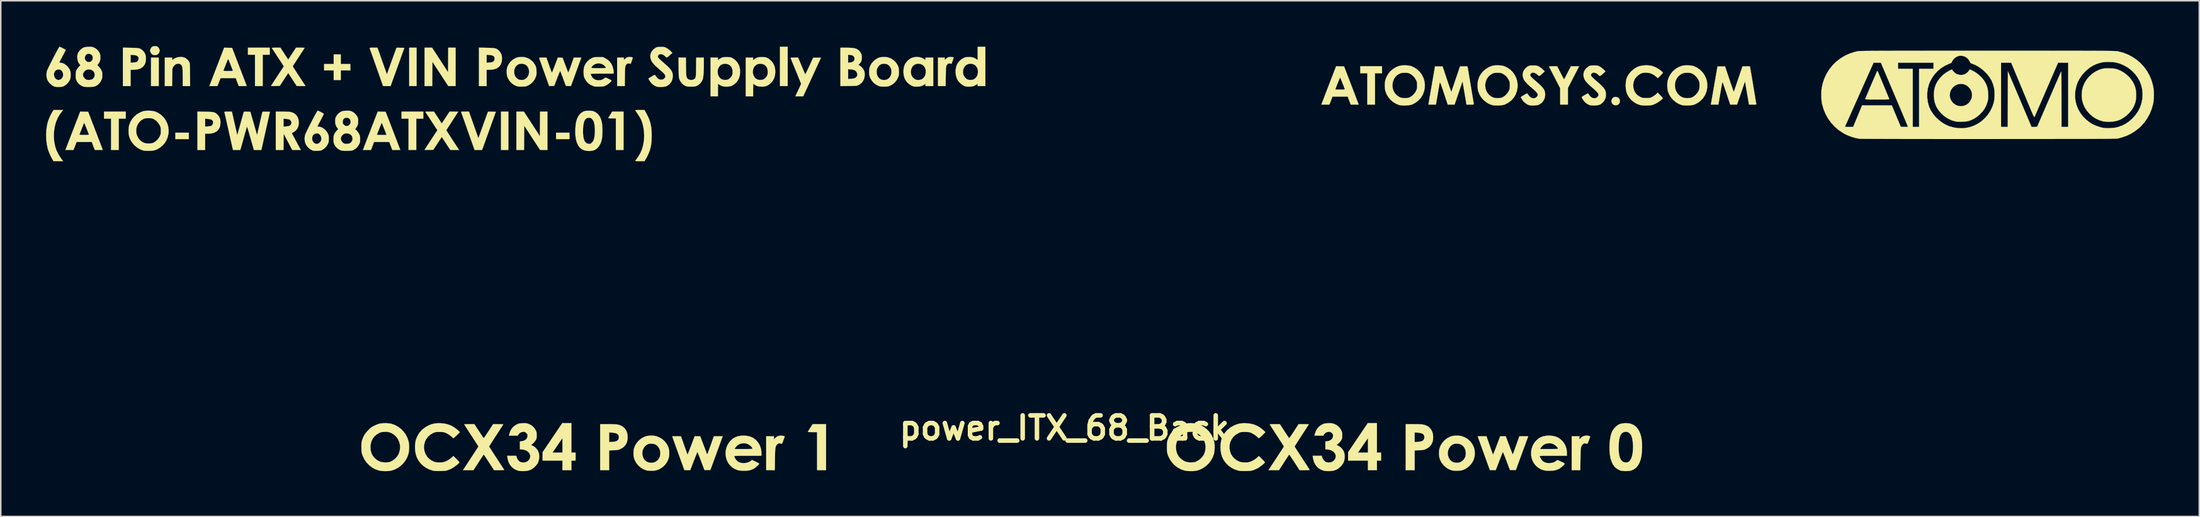
<source format=kicad_pcb>
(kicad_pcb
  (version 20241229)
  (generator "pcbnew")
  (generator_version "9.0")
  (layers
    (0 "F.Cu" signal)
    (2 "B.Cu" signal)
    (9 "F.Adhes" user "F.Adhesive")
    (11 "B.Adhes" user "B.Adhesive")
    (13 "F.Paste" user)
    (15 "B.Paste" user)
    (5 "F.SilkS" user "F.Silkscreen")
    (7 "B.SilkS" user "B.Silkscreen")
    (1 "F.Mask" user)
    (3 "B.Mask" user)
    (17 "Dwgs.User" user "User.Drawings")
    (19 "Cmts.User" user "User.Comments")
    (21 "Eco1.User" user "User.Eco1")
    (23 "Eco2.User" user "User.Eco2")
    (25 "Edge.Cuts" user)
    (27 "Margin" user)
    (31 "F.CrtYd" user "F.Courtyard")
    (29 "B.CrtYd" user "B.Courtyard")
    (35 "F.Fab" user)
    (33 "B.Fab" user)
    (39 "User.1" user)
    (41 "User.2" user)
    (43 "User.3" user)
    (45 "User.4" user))
  (footprint "power_ITX_68_Back"
    (layer "F.Cu")
    (at 67.376 25.299)
    (property "Reference" "power_ITX_68_Back" (at 0 0 0) (layer "F.SilkS") (effects (font (size 1.524 1.524) (thickness 0.3))))
    (attr through_hole)
    (fp_poly (pts (xy -59.923 -22.648) (xy -60.431 -22.648) (xy -60.431 -24.532) (xy -59.923 -24.532) (xy -59.923 -22.648)) (stroke (width 0.01) (type solid)) (fill yes) (layer "F.SilkS"))
    (fp_poly (pts (xy -57.933 -19.135) (xy -58.822 -19.135) (xy -58.822 -19.558) (xy -57.933 -19.558) (xy -57.933 -19.135)) (stroke (width 0.01) (type solid)) (fill yes) (layer "F.SilkS"))
    (fp_poly (pts (xy -42.862 -22.648) (xy -43.349 -22.648) (xy -43.349 -25.188) (xy -42.862 -25.188) (xy -42.862 -22.648)) (stroke (width 0.01) (type solid)) (fill yes) (layer "F.SilkS"))
    (fp_poly (pts (xy -36.788 -18.415) (xy -37.275 -18.415) (xy -37.275 -20.955) (xy -36.788 -20.955) (xy -36.788 -18.415)) (stroke (width 0.01) (type solid)) (fill yes) (layer "F.SilkS"))
    (fp_poly (pts (xy -32.745 -19.135) (xy -33.634 -19.135) (xy -33.634 -19.558) (xy -32.745 -19.558) (xy -32.745 -19.135)) (stroke (width 0.01) (type solid)) (fill yes) (layer "F.SilkS"))
    (fp_poly (pts (xy -18.309 -22.648) (xy -18.817 -22.648) (xy -18.817 -25.252) (xy -18.309 -25.252) (xy -18.309 -22.648)) (stroke (width 0.01) (type solid)) (fill yes) (layer "F.SilkS"))
    (fp_poly (pts (xy -62.103 -20.489) (xy -62.569 -20.489) (xy -62.569 -18.415) (xy -63.077 -18.415) (xy -63.077 -20.489) (xy -63.542 -20.489) (xy -63.542 -20.955) (xy -62.103 -20.955) (xy -62.103 -20.489)) (stroke (width 0.01) (type solid)) (fill yes) (layer "F.SilkS"))
    (fp_poly (pts (xy -52.578 -24.723) (xy -53.044 -24.723) (xy -53.044 -22.648) (xy -53.552 -22.648) (xy -53.552 -24.723) (xy -54.017 -24.723) (xy -54.017 -25.188) (xy -52.578 -25.188) (xy -52.578 -24.723)) (stroke (width 0.01) (type solid)) (fill yes) (layer "F.SilkS"))
    (fp_poly (pts (xy -42.418 -20.489) (xy -42.884 -20.489) (xy -42.884 -18.415) (xy -43.392 -18.415) (xy -43.392 -20.489) (xy -43.857 -20.489) (xy -43.857 -20.955) (xy -42.418 -20.955) (xy -42.418 -20.489)) (stroke (width 0.01) (type solid)) (fill yes) (layer "F.SilkS"))
    (fp_poly (pts (xy 21.018 -23.495) (xy 20.553 -23.495) (xy 20.553 -21.421) (xy 20.045 -21.421) (xy 20.045 -23.495) (xy 19.579 -23.495) (xy 19.579 -23.961) (xy 21.018 -23.961) (xy 21.018 -23.495)) (stroke (width 0.01) (type solid)) (fill yes) (layer "F.SilkS"))
    (fp_poly (pts (xy -47.879 -24.109) (xy -47.244 -24.109) (xy -47.244 -23.686) (xy -47.879 -23.686) (xy -47.879 -23.05) (xy -48.345 -23.05) (xy -48.345 -23.686) (xy -48.98 -23.686) (xy -48.98 -24.109) (xy -48.345 -24.109) (xy -48.345 -24.744) (xy -47.879 -24.744) (xy -47.879 -24.109)) (stroke (width 0.01) (type solid)) (fill yes) (layer "F.SilkS"))
    (fp_poly (pts (xy -34.205 -18.415) (xy -34.688 -18.415) (xy -35.214 -19.22) (xy -35.74 -20.024) (xy -35.745 -19.22) (xy -35.751 -18.415) (xy -36.258 -18.415) (xy -36.258 -20.955) (xy -35.761 -20.955) (xy -35.232 -20.141) (xy -34.703 -19.328) (xy -34.697 -20.142) (xy -34.692 -20.955) (xy -34.205 -20.955) (xy -34.205 -18.415)) (stroke (width 0.01) (type solid)) (fill yes) (layer "F.SilkS"))
    (fp_poly (pts (xy -40.28 -22.648) (xy -40.763 -22.648) (xy -41.289 -23.453) (xy -41.815 -24.258) (xy -41.82 -23.453) (xy -41.826 -22.648) (xy -42.333 -22.648) (xy -42.333 -25.188) (xy -42.085 -25.188) (xy -41.836 -25.188) (xy -41.307 -24.375) (xy -40.778 -23.561) (xy -40.772 -24.375) (xy -40.767 -25.188) (xy -40.28 -25.188) (xy -40.28 -22.648)) (stroke (width 0.01) (type solid)) (fill yes) (layer "F.SilkS"))
    (fp_poly (pts (xy -29.168 -18.415) (xy -29.676 -18.415) (xy -29.676 -20.511) (xy -29.931 -20.511) (xy -30.029 -20.512) (xy -30.108 -20.515) (xy -30.161 -20.521) (xy -30.18 -20.527) (xy -30.18 -20.527) (xy -30.167 -20.551) (xy -30.136 -20.603) (xy -30.092 -20.675) (xy -30.046 -20.75) (xy -29.919 -20.955) (xy -29.543 -20.955) (xy -29.168 -20.955) (xy -29.168 -18.415)) (stroke (width 0.01) (type solid)) (fill yes) (layer "F.SilkS"))
    (fp_poly (pts (xy -15.769 2.794) (xy -16.362 2.794) (xy -16.362 0.275) (xy -16.669 0.275) (xy -16.777 0.274) (xy -16.869 0.272) (xy -16.936 0.268) (xy -16.972 0.263) (xy -16.976 0.261) (xy -16.965 0.239) (xy -16.935 0.189) (xy -16.891 0.116) (xy -16.835 0.029) (xy -16.815 -0.003) (xy -16.654 -0.254) (xy -15.769 -0.254) (xy -15.769 2.794)) (stroke (width 0.01) (type solid)) (fill yes) (layer "F.SilkS"))
    (fp_poly (pts (xy 36.59 -21.912) (xy 36.674 -21.862) (xy 36.733 -21.779) (xy 36.748 -21.737) (xy 36.76 -21.63) (xy 36.733 -21.529) (xy 36.67 -21.443) (xy 36.659 -21.433) (xy 36.581 -21.392) (xy 36.488 -21.376) (xy 36.394 -21.385) (xy 36.316 -21.421) (xy 36.314 -21.423) (xy 36.241 -21.503) (xy 36.202 -21.598) (xy 36.199 -21.696) (xy 36.233 -21.791) (xy 36.288 -21.859) (xy 36.34 -21.901) (xy 36.388 -21.922) (xy 36.453 -21.928) (xy 36.479 -21.929) (xy 36.59 -21.912)) (stroke (width 0.01) (type solid)) (fill yes) (layer "F.SilkS"))
    (fp_poly (pts (xy -32.618 1.63) (xy -32.343 1.63) (xy -32.343 2.159) (xy -32.618 2.159) (xy -32.618 2.794) (xy -33.211 2.794) (xy -33.211 2.159) (xy -34.523 2.159) (xy -34.523 1.63) (xy -33.869 1.63) (xy -33.211 1.63) (xy -33.211 0.67) (xy -33.291 0.785) (xy -33.328 0.838) (xy -33.383 0.919) (xy -33.452 1.019) (xy -33.53 1.133) (xy -33.611 1.251) (xy -33.62 1.265) (xy -33.869 1.63) (xy -34.523 1.63) (xy -34.523 1.605) (xy -33.224 -0.318) (xy -32.618 -0.318) (xy -32.618 1.63)) (stroke (width 0.01) (type solid)) (fill yes) (layer "F.SilkS"))
    (fp_poly (pts (xy 20.68 1.63) (xy 20.955 1.63) (xy 20.955 2.159) (xy 20.68 2.159) (xy 20.68 2.794) (xy 20.087 2.794) (xy 20.087 2.159) (xy 18.775 2.159) (xy 18.775 1.63) (xy 19.428 1.63) (xy 20.087 1.63) (xy 20.087 0.67) (xy 20.007 0.785) (xy 19.97 0.838) (xy 19.914 0.919) (xy 19.845 1.019) (xy 19.768 1.133) (xy 19.687 1.251) (xy 19.677 1.265) (xy 19.428 1.63) (xy 18.775 1.63) (xy 18.775 1.605) (xy 20.074 -0.318) (xy 20.68 -0.318) (xy 20.68 1.63)) (stroke (width 0.01) (type solid)) (fill yes) (layer "F.SilkS"))
    (fp_poly (pts (xy -60.092 -25.29) (xy -60.037 -25.273) (xy -59.986 -25.238) (xy -59.985 -25.237) (xy -59.919 -25.162) (xy -59.874 -25.073) (xy -59.859 -24.995) (xy -59.874 -24.924) (xy -59.912 -24.844) (xy -59.962 -24.775) (xy -60.005 -24.738) (xy -60.078 -24.712) (xy -60.176 -24.702) (xy -60.184 -24.701) (xy -60.262 -24.706) (xy -60.317 -24.723) (xy -60.368 -24.758) (xy -60.369 -24.759) (xy -60.435 -24.834) (xy -60.48 -24.923) (xy -60.494 -25.001) (xy -60.48 -25.072) (xy -60.442 -25.151) (xy -60.391 -25.221) (xy -60.349 -25.258) (xy -60.275 -25.284) (xy -60.178 -25.294) (xy -60.17 -25.294) (xy -60.092 -25.29)) (stroke (width 0.01) (type solid)) (fill yes) (layer "F.SilkS"))
    (fp_poly (pts (xy -66.312 -20.987) (xy -66.482 -20.762) (xy -66.622 -20.51) (xy -66.732 -20.235) (xy -66.809 -19.941) (xy -66.854 -19.632) (xy -66.865 -19.312) (xy -66.841 -18.986) (xy -66.832 -18.926) (xy -66.776 -18.647) (xy -66.69 -18.388) (xy -66.57 -18.14) (xy -66.414 -17.894) (xy -66.377 -17.843) (xy -66.252 -17.674) (xy -66.885 -17.674) (xy -66.974 -17.827) (xy -67.077 -18.02) (xy -67.169 -18.227) (xy -67.243 -18.431) (xy -67.278 -18.553) (xy -67.335 -18.842) (xy -67.366 -19.152) (xy -67.371 -19.472) (xy -67.351 -19.788) (xy -67.305 -20.088) (xy -67.277 -20.209) (xy -67.238 -20.338) (xy -67.181 -20.489) (xy -67.112 -20.647) (xy -67.038 -20.799) (xy -66.966 -20.93) (xy -66.947 -20.96) (xy -66.882 -21.061) (xy -66.247 -21.061) (xy -66.312 -20.987)) (stroke (width 0.01) (type solid)) (fill yes) (layer "F.SilkS"))
    (fp_poly (pts (xy -28.671 -24.568) (xy -28.606 -24.561) (xy -28.566 -24.55) (xy -28.562 -24.547) (xy -28.563 -24.523) (xy -28.576 -24.468) (xy -28.599 -24.391) (xy -28.619 -24.332) (xy -28.69 -24.131) (xy -28.797 -24.143) (xy -28.865 -24.147) (xy -28.91 -24.139) (xy -28.947 -24.113) (xy -28.953 -24.108) (xy -28.985 -24.075) (xy -29.011 -24.042) (xy -29.031 -24.003) (xy -29.047 -23.954) (xy -29.058 -23.888) (xy -29.066 -23.803) (xy -29.072 -23.692) (xy -29.075 -23.55) (xy -29.078 -23.374) (xy -29.079 -23.278) (xy -29.086 -22.648) (xy -29.591 -22.648) (xy -29.591 -24.532) (xy -29.146 -24.532) (xy -29.146 -24.379) (xy -29.053 -24.465) (xy -28.975 -24.525) (xy -28.9 -24.561) (xy -28.883 -24.565) (xy -28.823 -24.571) (xy -28.748 -24.572) (xy -28.671 -24.568)) (stroke (width 0.01) (type solid)) (fill yes) (layer "F.SilkS"))
    (fp_poly (pts (xy -7.441 -24.568) (xy -7.376 -24.561) (xy -7.336 -24.55) (xy -7.332 -24.547) (xy -7.332 -24.523) (xy -7.346 -24.468) (xy -7.369 -24.391) (xy -7.389 -24.332) (xy -7.46 -24.131) (xy -7.566 -24.143) (xy -7.635 -24.147) (xy -7.68 -24.139) (xy -7.717 -24.113) (xy -7.723 -24.108) (xy -7.755 -24.075) (xy -7.781 -24.042) (xy -7.801 -24.003) (xy -7.816 -23.954) (xy -7.828 -23.888) (xy -7.836 -23.803) (xy -7.841 -23.692) (xy -7.845 -23.55) (xy -7.848 -23.374) (xy -7.849 -23.278) (xy -7.856 -22.648) (xy -8.361 -22.648) (xy -8.361 -24.532) (xy -7.916 -24.532) (xy -7.916 -24.379) (xy -7.823 -24.465) (xy -7.745 -24.525) (xy -7.67 -24.561) (xy -7.653 -24.565) (xy -7.593 -24.571) (xy -7.518 -24.572) (xy -7.441 -24.568)) (stroke (width 0.01) (type solid)) (fill yes) (layer "F.SilkS"))
    (fp_poly (pts (xy 33.965 -23.775) (xy 33.93 -23.707) (xy 33.879 -23.607) (xy 33.816 -23.485) (xy 33.744 -23.346) (xy 33.668 -23.199) (xy 33.594 -23.055) (xy 33.316 -22.52) (xy 33.316 -21.421) (xy 32.808 -21.421) (xy 32.808 -22.505) (xy 32.438 -23.22) (xy 32.355 -23.38) (xy 32.279 -23.529) (xy 32.211 -23.661) (xy 32.154 -23.773) (xy 32.109 -23.861) (xy 32.08 -23.92) (xy 32.068 -23.947) (xy 32.068 -23.948) (xy 32.087 -23.953) (xy 32.142 -23.957) (xy 32.222 -23.959) (xy 32.322 -23.961) (xy 32.337 -23.961) (xy 32.607 -23.96) (xy 32.83 -23.527) (xy 32.893 -23.404) (xy 32.951 -23.294) (xy 32.999 -23.203) (xy 33.036 -23.137) (xy 33.058 -23.1) (xy 33.062 -23.094) (xy 33.075 -23.112) (xy 33.103 -23.162) (xy 33.145 -23.24) (xy 33.198 -23.34) (xy 33.258 -23.456) (xy 33.295 -23.527) (xy 33.517 -23.961) (xy 34.058 -23.961) (xy 33.965 -23.775)) (stroke (width 0.01) (type solid)) (fill yes) (layer "F.SilkS"))
    (fp_poly (pts (xy -18.669 0.513) (xy -18.59 0.526) (xy -18.533 0.545) (xy -18.506 0.568) (xy -18.506 0.579) (xy -18.517 0.608) (xy -18.538 0.667) (xy -18.568 0.748) (xy -18.597 0.831) (xy -18.636 0.933) (xy -18.665 1) (xy -18.687 1.036) (xy -18.705 1.047) (xy -18.711 1.046) (xy -18.752 1.035) (xy -18.813 1.024) (xy -18.832 1.022) (xy -18.891 1.018) (xy -18.933 1.031) (xy -18.978 1.067) (xy -18.994 1.083) (xy -19.031 1.122) (xy -19.061 1.163) (xy -19.085 1.209) (xy -19.104 1.266) (xy -19.119 1.338) (xy -19.13 1.429) (xy -19.137 1.544) (xy -19.143 1.688) (xy -19.147 1.865) (xy -19.151 2.08) (xy -19.151 2.09) (xy -19.16 2.794) (xy -19.727 2.794) (xy -19.727 0.55) (xy -19.219 0.55) (xy -19.219 0.762) (xy -19.14 0.674) (xy -19.036 0.583) (xy -18.92 0.529) (xy -18.783 0.509) (xy -18.762 0.508) (xy -18.669 0.513)) (stroke (width 0.01) (type solid)) (fill yes) (layer "F.SilkS"))
    (fp_poly (pts (xy 34.629 0.513) (xy 34.708 0.526) (xy 34.765 0.545) (xy 34.792 0.568) (xy 34.791 0.579) (xy 34.781 0.608) (xy 34.759 0.667) (xy 34.73 0.748) (xy 34.7 0.831) (xy 34.662 0.933) (xy 34.633 1) (xy 34.611 1.036) (xy 34.592 1.047) (xy 34.586 1.046) (xy 34.546 1.035) (xy 34.484 1.024) (xy 34.465 1.022) (xy 34.407 1.018) (xy 34.365 1.031) (xy 34.32 1.067) (xy 34.303 1.083) (xy 34.267 1.122) (xy 34.237 1.163) (xy 34.213 1.209) (xy 34.194 1.266) (xy 34.179 1.338) (xy 34.168 1.429) (xy 34.16 1.544) (xy 34.154 1.688) (xy 34.15 1.865) (xy 34.147 2.08) (xy 34.147 2.09) (xy 34.138 2.794) (xy 33.57 2.794) (xy 33.57 0.55) (xy 34.078 0.55) (xy 34.078 0.762) (xy 34.158 0.674) (xy 34.261 0.583) (xy 34.377 0.529) (xy 34.514 0.509) (xy 34.536 0.508) (xy 34.629 0.513)) (stroke (width 0.01) (type solid)) (fill yes) (layer "F.SilkS"))
    (fp_poly (pts (xy -61.801 -25.183) (xy -61.615 -25.179) (xy -61.466 -25.173) (xy -61.347 -25.165) (xy -61.253 -25.151) (xy -61.178 -25.132) (xy -61.116 -25.105) (xy -61.061 -25.07) (xy -61.007 -25.026) (xy -60.971 -24.991) (xy -60.879 -24.883) (xy -60.817 -24.766) (xy -60.781 -24.632) (xy -60.77 -24.47) (xy -60.77 -24.458) (xy -60.786 -24.272) (xy -60.836 -24.112) (xy -60.919 -23.979) (xy -61.033 -23.874) (xy -61.178 -23.796) (xy -61.353 -23.747) (xy -61.557 -23.728) (xy -61.588 -23.728) (xy -61.785 -23.728) (xy -61.785 -22.648) (xy -62.294 -22.648) (xy -62.294 -24.19) (xy -61.785 -24.19) (xy -61.643 -24.203) (xy -61.557 -24.212) (xy -61.479 -24.221) (xy -61.432 -24.227) (xy -61.357 -24.258) (xy -61.3 -24.318) (xy -61.265 -24.396) (xy -61.255 -24.482) (xy -61.276 -24.565) (xy -61.299 -24.602) (xy -61.343 -24.643) (xy -61.404 -24.673) (xy -61.49 -24.694) (xy -61.609 -24.708) (xy -61.632 -24.71) (xy -61.785 -24.723) (xy -61.785 -24.19) (xy -62.294 -24.19) (xy -62.294 -25.192) (xy -61.801 -25.183)) (stroke (width 0.01) (type solid)) (fill yes) (layer "F.SilkS"))
    (fp_poly (pts (xy -56.87 -20.95) (xy -56.684 -20.946) (xy -56.534 -20.94) (xy -56.415 -20.931) (xy -56.321 -20.918) (xy -56.246 -20.899) (xy -56.184 -20.872) (xy -56.129 -20.837) (xy -56.076 -20.792) (xy -56.04 -20.758) (xy -55.947 -20.65) (xy -55.885 -20.533) (xy -55.85 -20.399) (xy -55.838 -20.237) (xy -55.838 -20.224) (xy -55.855 -20.039) (xy -55.905 -19.879) (xy -55.987 -19.746) (xy -56.101 -19.64) (xy -56.246 -19.563) (xy -56.421 -19.514) (xy -56.625 -19.495) (xy -56.656 -19.494) (xy -56.854 -19.494) (xy -56.854 -18.415) (xy -57.362 -18.415) (xy -57.362 -19.957) (xy -56.854 -19.957) (xy -56.711 -19.97) (xy -56.626 -19.978) (xy -56.548 -19.987) (xy -56.5 -19.993) (xy -56.425 -20.024) (xy -56.368 -20.085) (xy -56.333 -20.163) (xy -56.324 -20.249) (xy -56.344 -20.331) (xy -56.367 -20.369) (xy -56.411 -20.41) (xy -56.472 -20.439) (xy -56.558 -20.46) (xy -56.677 -20.475) (xy -56.7 -20.477) (xy -56.854 -20.49) (xy -56.854 -19.957) (xy -57.362 -19.957) (xy -57.362 -20.958) (xy -56.87 -20.95)) (stroke (width 0.01) (type solid)) (fill yes) (layer "F.SilkS"))
    (fp_poly (pts (xy -38.243 -25.183) (xy -38.057 -25.179) (xy -37.908 -25.173) (xy -37.789 -25.165) (xy -37.695 -25.151) (xy -37.619 -25.132) (xy -37.557 -25.105) (xy -37.503 -25.07) (xy -37.449 -25.026) (xy -37.413 -24.991) (xy -37.32 -24.883) (xy -37.258 -24.766) (xy -37.223 -24.632) (xy -37.211 -24.47) (xy -37.211 -24.458) (xy -37.228 -24.272) (xy -37.278 -24.112) (xy -37.36 -23.979) (xy -37.474 -23.874) (xy -37.619 -23.796) (xy -37.794 -23.747) (xy -37.998 -23.728) (xy -38.03 -23.728) (xy -38.227 -23.728) (xy -38.227 -22.648) (xy -38.735 -22.648) (xy -38.735 -24.19) (xy -38.227 -24.19) (xy -38.084 -24.203) (xy -37.999 -24.212) (xy -37.921 -24.221) (xy -37.874 -24.227) (xy -37.798 -24.258) (xy -37.741 -24.318) (xy -37.706 -24.396) (xy -37.697 -24.482) (xy -37.717 -24.565) (xy -37.74 -24.602) (xy -37.784 -24.643) (xy -37.845 -24.673) (xy -37.931 -24.694) (xy -38.051 -24.708) (xy -38.074 -24.71) (xy -38.227 -24.723) (xy -38.227 -24.19) (xy -38.735 -24.19) (xy -38.735 -25.192) (xy -38.243 -25.183)) (stroke (width 0.01) (type solid)) (fill yes) (layer "F.SilkS"))
    (fp_poly (pts (xy -27.661 -20.844) (xy -27.55 -20.627) (xy -27.462 -20.42) (xy -27.397 -20.216) (xy -27.35 -20.003) (xy -27.321 -19.774) (xy -27.307 -19.52) (xy -27.305 -19.35) (xy -27.312 -19.073) (xy -27.333 -18.827) (xy -27.372 -18.602) (xy -27.431 -18.389) (xy -27.512 -18.179) (xy -27.617 -17.961) (xy -27.703 -17.806) (xy -27.779 -17.674) (xy -28.095 -17.674) (xy -28.22 -17.675) (xy -28.307 -17.677) (xy -28.361 -17.682) (xy -28.388 -17.689) (xy -28.391 -17.699) (xy -28.39 -17.701) (xy -28.204 -17.955) (xy -28.056 -18.209) (xy -27.945 -18.47) (xy -27.867 -18.744) (xy -27.819 -19.04) (xy -27.812 -19.111) (xy -27.802 -19.37) (xy -27.815 -19.634) (xy -27.85 -19.895) (xy -27.905 -20.14) (xy -27.979 -20.36) (xy -28.004 -20.42) (xy -28.045 -20.499) (xy -28.105 -20.603) (xy -28.179 -20.722) (xy -28.261 -20.848) (xy -28.346 -20.971) (xy -28.382 -21.021) (xy -28.391 -21.036) (xy -28.39 -21.047) (xy -28.371 -21.054) (xy -28.33 -21.058) (xy -28.261 -21.06) (xy -28.158 -21.061) (xy -28.096 -21.061) (xy -27.78 -21.061) (xy -27.661 -20.844)) (stroke (width 0.01) (type solid)) (fill yes) (layer "F.SilkS"))
    (fp_poly (pts (xy -30.221 -0.254) (xy -30.071 -0.253) (xy -29.927 -0.25) (xy -29.797 -0.246) (xy -29.69 -0.24) (xy -29.613 -0.234) (xy -29.591 -0.231) (xy -29.404 -0.184) (xy -29.246 -0.106) (xy -29.114 0.004) (xy -29.105 0.014) (xy -29.012 0.136) (xy -28.948 0.269) (xy -28.911 0.424) (xy -28.897 0.557) (xy -28.903 0.762) (xy -28.944 0.943) (xy -29.02 1.1) (xy -29.131 1.233) (xy -29.277 1.342) (xy -29.441 1.421) (xy -29.507 1.442) (xy -29.582 1.457) (xy -29.677 1.468) (xy -29.801 1.475) (xy -29.84 1.477) (xy -30.12 1.487) (xy -30.12 2.794) (xy -30.713 2.794) (xy -30.713 0.934) (xy -30.12 0.934) (xy -29.914 0.92) (xy -29.805 0.909) (xy -29.711 0.894) (xy -29.645 0.875) (xy -29.635 0.871) (xy -29.547 0.81) (xy -29.495 0.728) (xy -29.477 0.621) (xy -29.477 0.616) (xy -29.489 0.518) (xy -29.527 0.442) (xy -29.594 0.384) (xy -29.694 0.344) (xy -29.83 0.318) (xy -29.924 0.309) (xy -30.12 0.295) (xy -30.12 0.934) (xy -30.713 0.934) (xy -30.713 -0.254) (xy -30.221 -0.254)) (stroke (width 0.01) (type solid)) (fill yes) (layer "F.SilkS"))
    (fp_poly (pts (xy 23.077 -0.254) (xy 23.227 -0.253) (xy 23.37 -0.25) (xy 23.5 -0.246) (xy 23.608 -0.24) (xy 23.685 -0.234) (xy 23.707 -0.231) (xy 23.893 -0.184) (xy 24.052 -0.106) (xy 24.183 0.004) (xy 24.193 0.014) (xy 24.286 0.136) (xy 24.349 0.269) (xy 24.387 0.424) (xy 24.4 0.557) (xy 24.394 0.762) (xy 24.354 0.943) (xy 24.278 1.1) (xy 24.167 1.233) (xy 24.021 1.342) (xy 23.857 1.421) (xy 23.791 1.442) (xy 23.716 1.457) (xy 23.621 1.468) (xy 23.497 1.475) (xy 23.458 1.477) (xy 23.177 1.487) (xy 23.177 2.794) (xy 22.585 2.794) (xy 22.585 0.934) (xy 23.177 0.934) (xy 23.384 0.92) (xy 23.493 0.909) (xy 23.586 0.894) (xy 23.653 0.875) (xy 23.663 0.871) (xy 23.751 0.81) (xy 23.803 0.728) (xy 23.821 0.621) (xy 23.821 0.616) (xy 23.809 0.518) (xy 23.771 0.442) (xy 23.703 0.384) (xy 23.603 0.344) (xy 23.468 0.318) (xy 23.373 0.309) (xy 23.177 0.295) (xy 23.177 0.934) (xy 22.585 0.934) (xy 22.585 -0.254) (xy 23.077 -0.254)) (stroke (width 0.01) (type solid)) (fill yes) (layer "F.SilkS"))
    (fp_poly (pts (xy -45.202 -24.485) (xy -45.141 -24.312) (xy -45.081 -24.144) (xy -45.026 -23.987) (xy -44.976 -23.847) (xy -44.935 -23.731) (xy -44.904 -23.644) (xy -44.889 -23.604) (xy -44.825 -23.427) (xy -44.512 -24.299) (xy -44.446 -24.482) (xy -44.385 -24.652) (xy -44.329 -24.805) (xy -44.281 -24.938) (xy -44.241 -25.046) (xy -44.212 -25.125) (xy -44.194 -25.17) (xy -44.189 -25.181) (xy -44.166 -25.184) (xy -44.109 -25.185) (xy -44.027 -25.185) (xy -43.928 -25.184) (xy -43.926 -25.184) (xy -43.672 -25.178) (xy -43.961 -24.373) (xy -44.033 -24.174) (xy -44.108 -23.968) (xy -44.182 -23.761) (xy -44.253 -23.562) (xy -44.319 -23.38) (xy -44.376 -23.223) (xy -44.417 -23.109) (xy -44.582 -22.648) (xy -45.078 -22.648) (xy -45.515 -23.883) (xy -45.592 -24.102) (xy -45.666 -24.31) (xy -45.734 -24.503) (xy -45.796 -24.678) (xy -45.85 -24.831) (xy -45.895 -24.958) (xy -45.93 -25.056) (xy -45.954 -25.122) (xy -45.965 -25.152) (xy -45.965 -25.153) (xy -45.967 -25.168) (xy -45.955 -25.178) (xy -45.922 -25.184) (xy -45.864 -25.187) (xy -45.772 -25.188) (xy -45.715 -25.188) (xy -45.451 -25.188) (xy -45.202 -24.485)) (stroke (width 0.01) (type solid)) (fill yes) (layer "F.SilkS"))
    (fp_poly (pts (xy -39.148 -20.251) (xy -39.087 -20.078) (xy -39.028 -19.91) (xy -38.972 -19.754) (xy -38.922 -19.614) (xy -38.881 -19.497) (xy -38.85 -19.411) (xy -38.835 -19.37) (xy -38.772 -19.193) (xy -38.458 -20.066) (xy -38.392 -20.248) (xy -38.331 -20.418) (xy -38.275 -20.572) (xy -38.227 -20.704) (xy -38.187 -20.812) (xy -38.158 -20.891) (xy -38.14 -20.937) (xy -38.136 -20.947) (xy -38.112 -20.95) (xy -38.055 -20.952) (xy -37.973 -20.952) (xy -37.874 -20.95) (xy -37.872 -20.95) (xy -37.618 -20.944) (xy -37.908 -20.14) (xy -37.979 -19.941) (xy -38.054 -19.734) (xy -38.128 -19.527) (xy -38.2 -19.329) (xy -38.265 -19.147) (xy -38.322 -18.989) (xy -38.363 -18.875) (xy -38.529 -18.415) (xy -39.024 -18.415) (xy -39.461 -19.65) (xy -39.538 -19.869) (xy -39.612 -20.077) (xy -39.68 -20.27) (xy -39.742 -20.445) (xy -39.797 -20.597) (xy -39.842 -20.725) (xy -39.877 -20.823) (xy -39.9 -20.889) (xy -39.911 -20.919) (xy -39.911 -20.92) (xy -39.913 -20.935) (xy -39.901 -20.944) (xy -39.869 -20.951) (xy -39.81 -20.954) (xy -39.718 -20.955) (xy -39.661 -20.955) (xy -39.397 -20.955) (xy -39.148 -20.251)) (stroke (width 0.01) (type solid)) (fill yes) (layer "F.SilkS"))
    (fp_poly (pts (xy -58.379 -24.574) (xy -58.245 -24.545) (xy -58.208 -24.531) (xy -58.094 -24.461) (xy -57.989 -24.364) (xy -57.909 -24.254) (xy -57.905 -24.246) (xy -57.893 -24.223) (xy -57.883 -24.197) (xy -57.875 -24.166) (xy -57.869 -24.124) (xy -57.864 -24.067) (xy -57.861 -23.991) (xy -57.858 -23.89) (xy -57.856 -23.76) (xy -57.854 -23.597) (xy -57.853 -23.405) (xy -57.847 -22.648) (xy -58.335 -22.648) (xy -58.335 -23.232) (xy -58.336 -23.43) (xy -58.338 -23.59) (xy -58.342 -23.718) (xy -58.349 -23.817) (xy -58.36 -23.894) (xy -58.375 -23.952) (xy -58.395 -23.996) (xy -58.42 -24.032) (xy -58.452 -24.064) (xy -58.455 -24.067) (xy -58.509 -24.106) (xy -58.562 -24.125) (xy -58.637 -24.13) (xy -58.638 -24.13) (xy -58.754 -24.112) (xy -58.852 -24.058) (xy -58.933 -23.966) (xy -58.965 -23.912) (xy -59.023 -23.802) (xy -59.03 -23.225) (xy -59.037 -22.648) (xy -59.521 -22.648) (xy -59.521 -24.532) (xy -59.034 -24.532) (xy -59.034 -24.458) (xy -59.031 -24.409) (xy -59.023 -24.385) (xy -59.022 -24.384) (xy -58.999 -24.396) (xy -58.956 -24.425) (xy -58.938 -24.438) (xy -58.82 -24.507) (xy -58.679 -24.553) (xy -58.528 -24.576) (xy -58.379 -24.574)) (stroke (width 0.01) (type solid)) (fill yes) (layer "F.SilkS"))
    (fp_poly (pts (xy 53.8 -23.642) (xy 53.825 -23.604) (xy 53.843 -23.565) (xy 53.858 -23.529) (xy 53.887 -23.459) (xy 53.928 -23.361) (xy 53.979 -23.24) (xy 54.037 -23.1) (xy 54.101 -22.947) (xy 54.168 -22.786) (xy 54.236 -22.622) (xy 54.304 -22.459) (xy 54.369 -22.303) (xy 54.429 -22.158) (xy 54.482 -22.031) (xy 54.526 -21.924) (xy 54.559 -21.845) (xy 54.578 -21.796) (xy 54.583 -21.786) (xy 54.577 -21.779) (xy 54.553 -21.773) (xy 54.506 -21.768) (xy 54.434 -21.765) (xy 54.332 -21.762) (xy 54.199 -21.761) (xy 54.03 -21.76) (xy 53.823 -21.759) (xy 53.785 -21.759) (xy 53.571 -21.76) (xy 53.396 -21.76) (xy 53.257 -21.762) (xy 53.15 -21.764) (xy 53.073 -21.768) (xy 53.022 -21.772) (xy 52.994 -21.778) (xy 52.986 -21.785) (xy 52.986 -21.786) (xy 53.004 -21.831) (xy 53.036 -21.908) (xy 53.079 -22.011) (xy 53.132 -22.136) (xy 53.193 -22.278) (xy 53.258 -22.433) (xy 53.328 -22.596) (xy 53.399 -22.761) (xy 53.469 -22.926) (xy 53.537 -23.084) (xy 53.601 -23.232) (xy 53.658 -23.365) (xy 53.707 -23.477) (xy 53.745 -23.565) (xy 53.771 -23.624) (xy 53.783 -23.649) (xy 53.784 -23.65) (xy 53.8 -23.642)) (stroke (width 0.01) (type solid)) (fill yes) (layer "F.SilkS"))
    (fp_poly (pts (xy -51.603 -20.954) (xy -51.469 -20.95) (xy -51.35 -20.945) (xy -51.256 -20.939) (xy -51.195 -20.931) (xy -51.194 -20.931) (xy -51.034 -20.879) (xy -50.899 -20.795) (xy -50.791 -20.681) (xy -50.713 -20.542) (xy -50.667 -20.38) (xy -50.655 -20.2) (xy -50.657 -20.174) (xy -50.685 -19.996) (xy -50.748 -19.842) (xy -50.845 -19.714) (xy -50.977 -19.61) (xy -51.031 -19.58) (xy -51.118 -19.536) (xy -51.073 -19.446) (xy -51.044 -19.391) (xy -51 -19.306) (xy -50.944 -19.2) (xy -50.88 -19.08) (xy -50.813 -18.953) (xy -50.747 -18.829) (xy -50.685 -18.714) (xy -50.633 -18.617) (xy -50.595 -18.547) (xy -50.523 -18.415) (xy -51.087 -18.415) (xy -51.372 -18.954) (xy -51.657 -19.492) (xy -51.663 -18.954) (xy -51.669 -18.415) (xy -52.176 -18.415) (xy -52.176 -19.958) (xy -51.668 -19.958) (xy -51.514 -19.971) (xy -51.426 -19.981) (xy -51.345 -19.994) (xy -51.29 -20.006) (xy -51.223 -20.046) (xy -51.169 -20.113) (xy -51.141 -20.189) (xy -51.139 -20.211) (xy -51.155 -20.293) (xy -51.199 -20.37) (xy -51.259 -20.425) (xy -51.273 -20.432) (xy -51.327 -20.449) (xy -51.407 -20.464) (xy -51.496 -20.475) (xy -51.504 -20.476) (xy -51.668 -20.489) (xy -51.668 -19.958) (xy -52.176 -19.958) (xy -52.176 -20.955) (xy -51.745 -20.955) (xy -51.603 -20.954)) (stroke (width 0.01) (type solid)) (fill yes) (layer "F.SilkS"))
    (fp_poly (pts (xy 69.109 -23.822) (xy 69.278 -23.819) (xy 69.415 -23.81) (xy 69.533 -23.792) (xy 69.644 -23.764) (xy 69.757 -23.722) (xy 69.868 -23.674) (xy 70.076 -23.559) (xy 70.272 -23.414) (xy 70.452 -23.246) (xy 70.607 -23.061) (xy 70.731 -22.866) (xy 70.791 -22.739) (xy 70.844 -22.599) (xy 70.88 -22.472) (xy 70.902 -22.344) (xy 70.914 -22.2) (xy 70.917 -22.056) (xy 70.915 -21.902) (xy 70.906 -21.777) (xy 70.887 -21.664) (xy 70.857 -21.549) (xy 70.812 -21.418) (xy 70.803 -21.395) (xy 70.714 -21.209) (xy 70.59 -21.023) (xy 70.437 -20.846) (xy 70.262 -20.684) (xy 70.073 -20.544) (xy 69.876 -20.432) (xy 69.795 -20.396) (xy 69.62 -20.34) (xy 69.42 -20.301) (xy 69.207 -20.281) (xy 68.995 -20.279) (xy 68.797 -20.298) (xy 68.728 -20.31) (xy 68.481 -20.384) (xy 68.242 -20.497) (xy 68.019 -20.645) (xy 67.837 -20.805) (xy 67.654 -21.016) (xy 67.509 -21.244) (xy 67.404 -21.487) (xy 67.338 -21.743) (xy 67.313 -22.012) (xy 67.328 -22.29) (xy 67.343 -22.386) (xy 67.406 -22.631) (xy 67.508 -22.864) (xy 67.643 -23.082) (xy 67.809 -23.281) (xy 68 -23.456) (xy 68.215 -23.603) (xy 68.448 -23.718) (xy 68.612 -23.774) (xy 68.686 -23.794) (xy 68.755 -23.807) (xy 68.831 -23.816) (xy 68.923 -23.821) (xy 69.042 -23.822) (xy 69.109 -23.822)) (stroke (width 0.01) (type solid)) (fill yes) (layer "F.SilkS"))
    (fp_poly (pts (xy -64.857 -20.95) (xy -64.594 -20.944) (xy -64.11 -19.686) (xy -64.026 -19.467) (xy -63.947 -19.259) (xy -63.873 -19.067) (xy -63.807 -18.894) (xy -63.749 -18.743) (xy -63.701 -18.616) (xy -63.664 -18.519) (xy -63.639 -18.453) (xy -63.628 -18.423) (xy -63.627 -18.421) (xy -63.647 -18.419) (xy -63.701 -18.417) (xy -63.781 -18.416) (xy -63.88 -18.415) (xy -63.889 -18.415) (xy -64.152 -18.415) (xy -64.227 -18.611) (xy -64.263 -18.703) (xy -64.295 -18.789) (xy -64.319 -18.854) (xy -64.327 -18.875) (xy -64.351 -18.944) (xy -65.36 -18.944) (xy -65.564 -18.415) (xy -66.097 -18.415) (xy -65.71 -19.421) (xy -65.172 -19.421) (xy -65.152 -19.417) (xy -65.097 -19.414) (xy -65.014 -19.411) (xy -64.911 -19.41) (xy -64.852 -19.41) (xy -64.73 -19.41) (xy -64.644 -19.412) (xy -64.588 -19.415) (xy -64.557 -19.421) (xy -64.545 -19.43) (xy -64.545 -19.443) (xy -64.546 -19.447) (xy -64.589 -19.561) (xy -64.636 -19.682) (xy -64.684 -19.805) (xy -64.731 -19.922) (xy -64.774 -20.027) (xy -64.81 -20.115) (xy -64.838 -20.178) (xy -64.854 -20.211) (xy -64.856 -20.214) (xy -64.866 -20.196) (xy -64.889 -20.145) (xy -64.921 -20.069) (xy -64.959 -19.975) (xy -65.001 -19.87) (xy -65.044 -19.762) (xy -65.085 -19.658) (xy -65.122 -19.564) (xy -65.15 -19.488) (xy -65.168 -19.438) (xy -65.172 -19.421) (xy -65.71 -19.421) (xy -65.608 -19.685) (xy -65.119 -20.956) (xy -64.857 -20.95)) (stroke (width 0.01) (type solid)) (fill yes) (layer "F.SilkS"))
    (fp_poly (pts (xy -55.332 -25.183) (xy -55.069 -25.178) (xy -54.585 -23.919) (xy -54.501 -23.7) (xy -54.422 -23.493) (xy -54.348 -23.301) (xy -54.282 -23.127) (xy -54.224 -22.976) (xy -54.176 -22.85) (xy -54.139 -22.752) (xy -54.114 -22.687) (xy -54.103 -22.656) (xy -54.102 -22.655) (xy -54.122 -22.652) (xy -54.176 -22.65) (xy -54.256 -22.649) (xy -54.355 -22.648) (xy -54.364 -22.648) (xy -54.627 -22.648) (xy -54.702 -22.844) (xy -54.738 -22.937) (xy -54.77 -23.022) (xy -54.794 -23.087) (xy -54.802 -23.109) (xy -54.826 -23.177) (xy -55.835 -23.177) (xy -55.937 -22.913) (xy -56.039 -22.648) (xy -56.572 -22.648) (xy -56.185 -23.655) (xy -55.647 -23.655) (xy -55.627 -23.651) (xy -55.572 -23.647) (xy -55.489 -23.645) (xy -55.386 -23.643) (xy -55.327 -23.643) (xy -55.205 -23.644) (xy -55.119 -23.645) (xy -55.063 -23.648) (xy -55.032 -23.654) (xy -55.02 -23.663) (xy -55.02 -23.677) (xy -55.021 -23.68) (xy -55.064 -23.794) (xy -55.111 -23.915) (xy -55.159 -24.038) (xy -55.206 -24.155) (xy -55.249 -24.261) (xy -55.285 -24.348) (xy -55.313 -24.412) (xy -55.329 -24.444) (xy -55.331 -24.447) (xy -55.341 -24.429) (xy -55.364 -24.378) (xy -55.396 -24.302) (xy -55.434 -24.208) (xy -55.476 -24.104) (xy -55.519 -23.995) (xy -55.56 -23.891) (xy -55.597 -23.797) (xy -55.625 -23.722) (xy -55.643 -23.672) (xy -55.647 -23.655) (xy -56.185 -23.655) (xy -55.594 -25.189) (xy -55.332 -25.183)) (stroke (width 0.01) (type solid)) (fill yes) (layer "F.SilkS"))
    (fp_poly (pts (xy -50.45 -25.188) (xy -50.363 -25.186) (xy -50.301 -25.183) (xy -50.272 -25.18) (xy -50.271 -25.179) (xy -50.282 -25.16) (xy -50.314 -25.11) (xy -50.363 -25.032) (xy -50.428 -24.932) (xy -50.506 -24.813) (xy -50.593 -24.679) (xy -50.662 -24.573) (xy -50.755 -24.43) (xy -50.84 -24.299) (xy -50.915 -24.183) (xy -50.976 -24.087) (xy -51.021 -24.014) (xy -51.048 -23.969) (xy -51.054 -23.956) (xy -51.043 -23.935) (xy -51.011 -23.882) (xy -50.961 -23.802) (xy -50.895 -23.699) (xy -50.817 -23.577) (xy -50.728 -23.44) (xy -50.632 -23.293) (xy -50.21 -22.648) (xy -50.5 -22.648) (xy -50.789 -22.649) (xy -51.072 -23.082) (xy -51.355 -23.515) (xy -51.916 -22.659) (xy -52.205 -22.653) (xy -52.31 -22.652) (xy -52.398 -22.652) (xy -52.461 -22.653) (xy -52.492 -22.656) (xy -52.493 -22.657) (xy -52.482 -22.676) (xy -52.45 -22.727) (xy -52.4 -22.805) (xy -52.335 -22.906) (xy -52.256 -23.027) (xy -52.167 -23.163) (xy -52.07 -23.31) (xy -52.069 -23.312) (xy -51.645 -23.957) (xy -52.03 -24.546) (xy -52.122 -24.688) (xy -52.208 -24.82) (xy -52.285 -24.936) (xy -52.348 -25.032) (xy -52.397 -25.105) (xy -52.427 -25.15) (xy -52.435 -25.162) (xy -52.435 -25.173) (xy -52.413 -25.18) (xy -52.363 -25.185) (xy -52.28 -25.187) (xy -52.163 -25.188) (xy -51.869 -25.187) (xy -51.613 -24.794) (xy -51.356 -24.4) (xy -50.838 -25.188) (xy -50.554 -25.188) (xy -50.45 -25.188)) (stroke (width 0.01) (type solid)) (fill yes) (layer "F.SilkS"))
    (fp_poly (pts (xy -45.172 -20.95) (xy -44.909 -20.944) (xy -44.425 -19.686) (xy -44.341 -19.467) (xy -44.262 -19.259) (xy -44.188 -19.067) (xy -44.122 -18.894) (xy -44.064 -18.743) (xy -44.016 -18.616) (xy -43.979 -18.519) (xy -43.954 -18.453) (xy -43.943 -18.423) (xy -43.942 -18.421) (xy -43.962 -18.419) (xy -44.016 -18.417) (xy -44.096 -18.416) (xy -44.195 -18.415) (xy -44.204 -18.415) (xy -44.467 -18.415) (xy -44.542 -18.611) (xy -44.578 -18.703) (xy -44.61 -18.789) (xy -44.634 -18.854) (xy -44.642 -18.875) (xy -44.666 -18.944) (xy -45.675 -18.944) (xy -45.879 -18.415) (xy -46.412 -18.415) (xy -46.025 -19.421) (xy -45.487 -19.421) (xy -45.467 -19.417) (xy -45.412 -19.414) (xy -45.329 -19.411) (xy -45.226 -19.41) (xy -45.167 -19.41) (xy -45.045 -19.41) (xy -44.959 -19.412) (xy -44.903 -19.415) (xy -44.872 -19.421) (xy -44.86 -19.43) (xy -44.86 -19.443) (xy -44.861 -19.447) (xy -44.904 -19.561) (xy -44.951 -19.682) (xy -44.999 -19.805) (xy -45.046 -19.922) (xy -45.089 -20.027) (xy -45.125 -20.115) (xy -45.153 -20.178) (xy -45.169 -20.211) (xy -45.171 -20.214) (xy -45.181 -20.196) (xy -45.204 -20.145) (xy -45.236 -20.069) (xy -45.274 -19.975) (xy -45.316 -19.87) (xy -45.359 -19.762) (xy -45.4 -19.658) (xy -45.437 -19.564) (xy -45.465 -19.488) (xy -45.483 -19.438) (xy -45.487 -19.421) (xy -46.025 -19.421) (xy -45.923 -19.685) (xy -45.434 -20.956) (xy -45.172 -20.95)) (stroke (width 0.01) (type solid)) (fill yes) (layer "F.SilkS"))
    (fp_poly (pts (xy -40.29 -20.954) (xy -40.203 -20.953) (xy -40.141 -20.95) (xy -40.112 -20.947) (xy -40.111 -20.946) (xy -40.122 -20.927) (xy -40.154 -20.877) (xy -40.203 -20.799) (xy -40.268 -20.699) (xy -40.346 -20.58) (xy -40.433 -20.446) (xy -40.502 -20.339) (xy -40.595 -20.197) (xy -40.68 -20.066) (xy -40.755 -19.95) (xy -40.816 -19.853) (xy -40.861 -19.78) (xy -40.888 -19.736) (xy -40.894 -19.723) (xy -40.883 -19.702) (xy -40.851 -19.649) (xy -40.801 -19.569) (xy -40.735 -19.466) (xy -40.657 -19.344) (xy -40.568 -19.207) (xy -40.472 -19.06) (xy -40.05 -18.415) (xy -40.34 -18.415) (xy -40.629 -18.415) (xy -40.912 -18.848) (xy -41.195 -19.282) (xy -41.756 -18.426) (xy -42.045 -18.42) (xy -42.15 -18.418) (xy -42.238 -18.418) (xy -42.301 -18.42) (xy -42.332 -18.422) (xy -42.333 -18.424) (xy -42.322 -18.443) (xy -42.29 -18.493) (xy -42.24 -18.571) (xy -42.175 -18.673) (xy -42.096 -18.794) (xy -42.007 -18.93) (xy -41.91 -19.077) (xy -41.909 -19.079) (xy -41.485 -19.724) (xy -41.87 -20.313) (xy -41.962 -20.455) (xy -42.048 -20.586) (xy -42.125 -20.702) (xy -42.188 -20.799) (xy -42.237 -20.872) (xy -42.267 -20.917) (xy -42.275 -20.929) (xy -42.275 -20.939) (xy -42.253 -20.947) (xy -42.203 -20.952) (xy -42.12 -20.954) (xy -42.003 -20.955) (xy -41.709 -20.954) (xy -41.453 -20.56) (xy -41.196 -20.166) (xy -40.678 -20.955) (xy -40.394 -20.955) (xy -40.29 -20.954)) (stroke (width 0.01) (type solid)) (fill yes) (layer "F.SilkS"))
    (fp_poly (pts (xy 18.244 -23.956) (xy 18.507 -23.95) (xy 18.99 -22.692) (xy 19.074 -22.472) (xy 19.154 -22.265) (xy 19.227 -22.073) (xy 19.294 -21.9) (xy 19.351 -21.748) (xy 19.4 -21.622) (xy 19.437 -21.525) (xy 19.462 -21.459) (xy 19.473 -21.429) (xy 19.473 -21.427) (xy 19.454 -21.424) (xy 19.399 -21.423) (xy 19.319 -21.421) (xy 19.221 -21.421) (xy 19.211 -21.421) (xy 18.949 -21.421) (xy 18.873 -21.616) (xy 18.837 -21.709) (xy 18.805 -21.794) (xy 18.781 -21.859) (xy 18.773 -21.881) (xy 18.75 -21.95) (xy 17.741 -21.95) (xy 17.639 -21.685) (xy 17.537 -21.421) (xy 17.003 -21.421) (xy 17.39 -22.427) (xy 17.928 -22.427) (xy 17.948 -22.423) (xy 18.003 -22.42) (xy 18.086 -22.417) (xy 18.189 -22.416) (xy 18.248 -22.416) (xy 18.37 -22.416) (xy 18.457 -22.417) (xy 18.512 -22.421) (xy 18.543 -22.427) (xy 18.555 -22.436) (xy 18.555 -22.449) (xy 18.554 -22.453) (xy 18.511 -22.566) (xy 18.464 -22.688) (xy 18.416 -22.81) (xy 18.369 -22.927) (xy 18.326 -23.033) (xy 18.29 -23.121) (xy 18.262 -23.184) (xy 18.247 -23.217) (xy 18.244 -23.22) (xy 18.234 -23.201) (xy 18.211 -23.15) (xy 18.18 -23.074) (xy 18.141 -22.98) (xy 18.099 -22.876) (xy 18.056 -22.768) (xy 18.015 -22.663) (xy 17.979 -22.57) (xy 17.95 -22.494) (xy 17.933 -22.444) (xy 17.928 -22.427) (xy 17.39 -22.427) (xy 17.981 -23.961) (xy 18.244 -23.956)) (stroke (width 0.01) (type solid)) (fill yes) (layer "F.SilkS"))
    (fp_poly (pts (xy -25.036 -23.924) (xy -25.033 -23.732) (xy -25.03 -23.579) (xy -25.025 -23.457) (xy -25.017 -23.363) (xy -25.007 -23.291) (xy -24.993 -23.237) (xy -24.973 -23.194) (xy -24.949 -23.16) (xy -24.918 -23.127) (xy -24.905 -23.115) (xy -24.835 -23.075) (xy -24.744 -23.055) (xy -24.645 -23.053) (xy -24.555 -23.073) (xy -24.517 -23.091) (xy -24.479 -23.116) (xy -24.448 -23.143) (xy -24.424 -23.175) (xy -24.405 -23.217) (xy -24.392 -23.275) (xy -24.382 -23.352) (xy -24.376 -23.454) (xy -24.371 -23.585) (xy -24.369 -23.75) (xy -24.367 -23.902) (xy -24.361 -24.532) (xy -23.855 -24.532) (xy -23.855 -24.093) (xy -23.858 -23.815) (xy -23.867 -23.579) (xy -23.881 -23.382) (xy -23.901 -23.225) (xy -23.927 -23.105) (xy -23.941 -23.063) (xy -24.009 -22.934) (xy -24.107 -22.814) (xy -24.226 -22.716) (xy -24.295 -22.676) (xy -24.352 -22.65) (xy -24.403 -22.633) (xy -24.462 -22.622) (xy -24.537 -22.615) (xy -24.642 -22.612) (xy -24.67 -22.611) (xy -24.792 -22.61) (xy -24.883 -22.613) (xy -24.953 -22.622) (xy -25.014 -22.638) (xy -25.033 -22.644) (xy -25.183 -22.718) (xy -25.307 -22.823) (xy -25.407 -22.963) (xy -25.467 -23.09) (xy -25.48 -23.125) (xy -25.491 -23.161) (xy -25.499 -23.202) (xy -25.506 -23.254) (xy -25.511 -23.322) (xy -25.515 -23.411) (xy -25.517 -23.526) (xy -25.52 -23.672) (xy -25.522 -23.855) (xy -25.523 -23.871) (xy -25.531 -24.532) (xy -25.044 -24.532) (xy -25.036 -23.924)) (stroke (width 0.01) (type solid)) (fill yes) (layer "F.SilkS"))
    (fp_poly (pts (xy -17.573 -24.432) (xy -17.552 -24.383) (xy -17.518 -24.302) (xy -17.475 -24.196) (xy -17.424 -24.073) (xy -17.369 -23.94) (xy -17.346 -23.887) (xy -17.293 -23.758) (xy -17.244 -23.643) (xy -17.203 -23.547) (xy -17.171 -23.475) (xy -17.152 -23.434) (xy -17.148 -23.426) (xy -17.135 -23.441) (xy -17.108 -23.489) (xy -17.068 -23.567) (xy -17.017 -23.669) (xy -16.959 -23.791) (xy -16.895 -23.929) (xy -16.878 -23.966) (xy -16.623 -24.522) (xy -16.364 -24.528) (xy -16.263 -24.528) (xy -16.182 -24.526) (xy -16.129 -24.522) (xy -16.111 -24.515) (xy -16.111 -24.515) (xy -16.121 -24.493) (xy -16.147 -24.435) (xy -16.188 -24.346) (xy -16.242 -24.228) (xy -16.308 -24.085) (xy -16.384 -23.919) (xy -16.469 -23.735) (xy -16.561 -23.534) (xy -16.659 -23.321) (xy -16.699 -23.233) (xy -17.28 -21.971) (xy -17.798 -21.971) (xy -17.609 -22.375) (xy -17.553 -22.496) (xy -17.503 -22.605) (xy -17.463 -22.695) (xy -17.435 -22.76) (xy -17.421 -22.795) (xy -17.42 -22.799) (xy -17.428 -22.822) (xy -17.45 -22.881) (xy -17.485 -22.969) (xy -17.532 -23.085) (xy -17.588 -23.223) (xy -17.651 -23.379) (xy -17.721 -23.549) (xy -17.758 -23.639) (xy -17.83 -23.816) (xy -17.898 -23.981) (xy -17.96 -24.13) (xy -18.013 -24.26) (xy -18.056 -24.366) (xy -18.088 -24.443) (xy -18.106 -24.487) (xy -18.109 -24.496) (xy -18.112 -24.511) (xy -18.101 -24.521) (xy -18.071 -24.528) (xy -18.014 -24.531) (xy -17.925 -24.532) (xy -17.87 -24.532) (xy -17.616 -24.532) (xy -17.573 -24.432)) (stroke (width 0.01) (type solid)) (fill yes) (layer "F.SilkS"))
    (fp_poly (pts (xy -5.228 -22.648) (xy -5.734 -22.648) (xy -5.74 -22.723) (xy -5.747 -22.799) (xy -5.82 -22.745) (xy -5.951 -22.669) (xy -6.1 -22.624) (xy -6.275 -22.608) (xy -6.303 -22.608) (xy -6.394 -22.61) (xy -6.474 -22.616) (xy -6.53 -22.623) (xy -6.54 -22.626) (xy -6.692 -22.692) (xy -6.837 -22.791) (xy -6.967 -22.917) (xy -7.052 -23.029) (xy -7.126 -23.18) (xy -7.175 -23.353) (xy -7.197 -23.54) (xy -7.197 -23.552) (xy -6.708 -23.552) (xy -6.683 -23.403) (xy -6.676 -23.383) (xy -6.631 -23.293) (xy -6.561 -23.203) (xy -6.48 -23.127) (xy -6.407 -23.081) (xy -6.328 -23.061) (xy -6.228 -23.052) (xy -6.125 -23.057) (xy -6.04 -23.074) (xy -6.027 -23.079) (xy -5.903 -23.152) (xy -5.811 -23.253) (xy -5.75 -23.383) (xy -5.72 -23.54) (xy -5.719 -23.553) (xy -5.723 -23.706) (xy -5.758 -23.835) (xy -5.827 -23.949) (xy -5.85 -23.977) (xy -5.95 -24.061) (xy -6.068 -24.112) (xy -6.196 -24.131) (xy -6.325 -24.119) (xy -6.447 -24.075) (xy -6.552 -23.999) (xy -6.582 -23.965) (xy -6.656 -23.844) (xy -6.699 -23.702) (xy -6.708 -23.552) (xy -7.197 -23.552) (xy -7.193 -23.729) (xy -7.162 -23.91) (xy -7.105 -24.073) (xy -7.075 -24.13) (xy -6.967 -24.279) (xy -6.834 -24.405) (xy -6.691 -24.495) (xy -6.616 -24.53) (xy -6.549 -24.552) (xy -6.477 -24.564) (xy -6.381 -24.57) (xy -6.356 -24.571) (xy -6.179 -24.567) (xy -6.03 -24.538) (xy -5.901 -24.482) (xy -5.828 -24.433) (xy -5.736 -24.363) (xy -5.736 -25.252) (xy -5.228 -25.252) (xy -5.228 -22.648)) (stroke (width 0.01) (type solid)) (fill yes) (layer "F.SilkS"))
    (fp_poly (pts (xy -9.653 -24.572) (xy -9.491 -24.539) (xy -9.348 -24.479) (xy -9.311 -24.457) (xy -9.253 -24.418) (xy -9.211 -24.392) (xy -9.195 -24.384) (xy -9.189 -24.403) (xy -9.186 -24.448) (xy -9.186 -24.458) (xy -9.186 -24.532) (xy -8.678 -24.532) (xy -8.678 -22.648) (xy -9.184 -22.648) (xy -9.19 -22.723) (xy -9.197 -22.799) (xy -9.27 -22.745) (xy -9.401 -22.669) (xy -9.55 -22.624) (xy -9.725 -22.608) (xy -9.753 -22.608) (xy -9.844 -22.61) (xy -9.924 -22.616) (xy -9.98 -22.623) (xy -9.991 -22.626) (xy -10.142 -22.692) (xy -10.288 -22.791) (xy -10.417 -22.917) (xy -10.503 -23.029) (xy -10.577 -23.18) (xy -10.625 -23.353) (xy -10.647 -23.54) (xy -10.647 -23.552) (xy -10.159 -23.552) (xy -10.133 -23.403) (xy -10.127 -23.383) (xy -10.081 -23.293) (xy -10.012 -23.203) (xy -9.93 -23.127) (xy -9.857 -23.081) (xy -9.778 -23.061) (xy -9.678 -23.052) (xy -9.576 -23.057) (xy -9.49 -23.074) (xy -9.477 -23.079) (xy -9.354 -23.152) (xy -9.261 -23.253) (xy -9.2 -23.383) (xy -9.171 -23.54) (xy -9.17 -23.553) (xy -9.173 -23.706) (xy -9.208 -23.835) (xy -9.277 -23.949) (xy -9.3 -23.977) (xy -9.4 -24.061) (xy -9.518 -24.112) (xy -9.646 -24.131) (xy -9.776 -24.119) (xy -9.897 -24.075) (xy -10.002 -23.999) (xy -10.032 -23.965) (xy -10.107 -23.844) (xy -10.149 -23.702) (xy -10.159 -23.552) (xy -10.647 -23.552) (xy -10.643 -23.729) (xy -10.612 -23.91) (xy -10.555 -24.073) (xy -10.526 -24.13) (xy -10.417 -24.279) (xy -10.284 -24.405) (xy -10.142 -24.495) (xy -9.989 -24.55) (xy -9.823 -24.575) (xy -9.653 -24.572)) (stroke (width 0.01) (type solid)) (fill yes) (layer "F.SilkS"))
    (fp_poly (pts (xy -33.201 -24.522) (xy -33.027 -24.056) (xy -32.976 -23.922) (xy -32.93 -23.8) (xy -32.891 -23.696) (xy -32.86 -23.616) (xy -32.841 -23.566) (xy -32.835 -23.553) (xy -32.825 -23.555) (xy -32.805 -23.588) (xy -32.776 -23.655) (xy -32.736 -23.758) (xy -32.684 -23.897) (xy -32.639 -24.024) (xy -32.459 -24.532) (xy -32.211 -24.532) (xy -31.964 -24.532) (xy -32.031 -24.347) (xy -32.054 -24.284) (xy -32.09 -24.187) (xy -32.135 -24.062) (xy -32.189 -23.915) (xy -32.248 -23.751) (xy -32.311 -23.577) (xy -32.374 -23.404) (xy -32.65 -22.647) (xy -32.816 -22.653) (xy -32.983 -22.659) (xy -33.165 -23.15) (xy -33.216 -23.285) (xy -33.263 -23.408) (xy -33.302 -23.511) (xy -33.333 -23.59) (xy -33.353 -23.638) (xy -33.36 -23.652) (xy -33.371 -23.636) (xy -33.394 -23.586) (xy -33.428 -23.506) (xy -33.47 -23.403) (xy -33.519 -23.279) (xy -33.564 -23.161) (xy -33.757 -22.659) (xy -33.923 -22.653) (xy -34.089 -22.648) (xy -34.415 -23.563) (xy -34.482 -23.751) (xy -34.545 -23.928) (xy -34.602 -24.088) (xy -34.652 -24.228) (xy -34.693 -24.344) (xy -34.724 -24.432) (xy -34.744 -24.487) (xy -34.751 -24.506) (xy -34.745 -24.518) (xy -34.713 -24.526) (xy -34.651 -24.53) (xy -34.554 -24.532) (xy -34.517 -24.532) (xy -34.273 -24.532) (xy -34.252 -24.474) (xy -34.239 -24.437) (xy -34.215 -24.367) (xy -34.181 -24.271) (xy -34.14 -24.155) (xy -34.095 -24.027) (xy -34.079 -23.982) (xy -34.034 -23.854) (xy -33.992 -23.74) (xy -33.957 -23.645) (xy -33.931 -23.576) (xy -33.915 -23.538) (xy -33.912 -23.534) (xy -33.901 -23.549) (xy -33.878 -23.598) (xy -33.844 -23.678) (xy -33.803 -23.781) (xy -33.754 -23.905) (xy -33.708 -24.026) (xy -33.518 -24.534) (xy -33.201 -24.522)) (stroke (width 0.01) (type solid)) (fill yes) (layer "F.SilkS"))
    (fp_poly (pts (xy -27.158 0.516) (xy -27.043 0.533) (xy -27.007 0.542) (xy -26.796 0.624) (xy -26.607 0.739) (xy -26.446 0.884) (xy -26.314 1.054) (xy -26.215 1.246) (xy -26.172 1.377) (xy -26.152 1.491) (xy -26.143 1.629) (xy -26.145 1.772) (xy -26.159 1.903) (xy -26.164 1.93) (xy -26.225 2.124) (xy -26.322 2.305) (xy -26.451 2.468) (xy -26.605 2.608) (xy -26.779 2.719) (xy -26.969 2.796) (xy -26.999 2.804) (xy -27.093 2.821) (xy -27.213 2.831) (xy -27.344 2.834) (xy -27.474 2.831) (xy -27.588 2.821) (xy -27.665 2.806) (xy -27.86 2.731) (xy -28.039 2.619) (xy -28.197 2.478) (xy -28.329 2.312) (xy -28.429 2.126) (xy -28.48 1.975) (xy -28.501 1.853) (xy -28.51 1.709) (xy -28.508 1.623) (xy -27.928 1.623) (xy -27.923 1.775) (xy -27.92 1.791) (xy -27.872 1.957) (xy -27.796 2.092) (xy -27.693 2.196) (xy -27.566 2.267) (xy -27.416 2.302) (xy -27.337 2.306) (xy -27.228 2.301) (xy -27.139 2.28) (xy -27.082 2.257) (xy -26.973 2.188) (xy -26.875 2.091) (xy -26.8 1.981) (xy -26.765 1.898) (xy -26.735 1.734) (xy -26.739 1.574) (xy -26.775 1.423) (xy -26.842 1.289) (xy -26.936 1.177) (xy -27.055 1.094) (xy -27.062 1.09) (xy -27.144 1.063) (xy -27.25 1.046) (xy -27.362 1.039) (xy -27.464 1.045) (xy -27.524 1.057) (xy -27.649 1.12) (xy -27.757 1.215) (xy -27.841 1.336) (xy -27.9 1.474) (xy -27.928 1.623) (xy -28.508 1.623) (xy -28.507 1.561) (xy -28.492 1.425) (xy -28.479 1.366) (xy -28.408 1.173) (xy -28.3 0.994) (xy -28.161 0.835) (xy -27.997 0.7) (xy -27.813 0.596) (xy -27.666 0.542) (xy -27.563 0.521) (xy -27.434 0.51) (xy -27.294 0.508) (xy -27.158 0.516)) (stroke (width 0.01) (type solid)) (fill yes) (layer "F.SilkS"))
    (fp_poly (pts (xy -14.238 -25.186) (xy -14.073 -25.177) (xy -13.939 -25.161) (xy -13.829 -25.136) (xy -13.737 -25.1) (xy -13.657 -25.052) (xy -13.583 -24.99) (xy -13.554 -24.962) (xy -13.473 -24.855) (xy -13.422 -24.731) (xy -13.4 -24.582) (xy -13.399 -24.523) (xy -13.412 -24.38) (xy -13.452 -24.262) (xy -13.522 -24.16) (xy -13.554 -24.127) (xy -13.629 -24.054) (xy -13.554 -24.013) (xy -13.501 -23.977) (xy -13.436 -23.92) (xy -13.376 -23.86) (xy -13.292 -23.749) (xy -13.238 -23.632) (xy -13.213 -23.497) (xy -13.212 -23.35) (xy -13.24 -23.172) (xy -13.304 -23.014) (xy -13.402 -22.878) (xy -13.532 -22.768) (xy -13.628 -22.715) (xy -13.666 -22.698) (xy -13.701 -22.684) (xy -13.739 -22.674) (xy -13.786 -22.667) (xy -13.848 -22.662) (xy -13.931 -22.658) (xy -14.04 -22.656) (xy -14.183 -22.654) (xy -14.282 -22.652) (xy -14.817 -22.646) (xy -14.817 -23.112) (xy -14.309 -23.112) (xy -14.176 -23.124) (xy -14.087 -23.133) (xy -14 -23.143) (xy -13.953 -23.148) (xy -13.86 -23.177) (xy -13.779 -23.232) (xy -13.723 -23.306) (xy -13.704 -23.36) (xy -13.704 -23.445) (xy -13.73 -23.536) (xy -13.774 -23.616) (xy -13.818 -23.661) (xy -13.9 -23.705) (xy -14.005 -23.736) (xy -14.142 -23.755) (xy -14.166 -23.757) (xy -14.309 -23.769) (xy -14.309 -23.112) (xy -14.817 -23.112) (xy -14.817 -24.193) (xy -14.309 -24.193) (xy -14.187 -24.207) (xy -14.109 -24.22) (xy -14.039 -24.237) (xy -14.008 -24.249) (xy -13.936 -24.307) (xy -13.894 -24.386) (xy -13.883 -24.475) (xy -13.906 -24.564) (xy -13.939 -24.614) (xy -13.971 -24.648) (xy -14.007 -24.671) (xy -14.057 -24.688) (xy -14.131 -24.702) (xy -14.208 -24.714) (xy -14.309 -24.727) (xy -14.309 -24.193) (xy -14.817 -24.193) (xy -14.817 -25.188) (xy -14.439 -25.188) (xy -14.238 -25.186)) (stroke (width 0.01) (type solid)) (fill yes) (layer "F.SilkS"))
    (fp_poly (pts (xy 26.139 0.516) (xy 26.255 0.533) (xy 26.29 0.542) (xy 26.502 0.624) (xy 26.69 0.739) (xy 26.852 0.884) (xy 26.984 1.054) (xy 27.082 1.246) (xy 27.126 1.377) (xy 27.146 1.491) (xy 27.155 1.629) (xy 27.153 1.772) (xy 27.139 1.903) (xy 27.134 1.93) (xy 27.073 2.124) (xy 26.975 2.305) (xy 26.847 2.468) (xy 26.693 2.608) (xy 26.518 2.719) (xy 26.329 2.796) (xy 26.299 2.804) (xy 26.205 2.821) (xy 26.085 2.831) (xy 25.953 2.834) (xy 25.824 2.831) (xy 25.71 2.821) (xy 25.633 2.806) (xy 25.438 2.731) (xy 25.259 2.619) (xy 25.101 2.478) (xy 24.969 2.312) (xy 24.869 2.126) (xy 24.818 1.975) (xy 24.797 1.853) (xy 24.788 1.709) (xy 24.79 1.623) (xy 25.369 1.623) (xy 25.375 1.775) (xy 25.377 1.791) (xy 25.426 1.957) (xy 25.502 2.092) (xy 25.604 2.196) (xy 25.732 2.267) (xy 25.882 2.302) (xy 25.961 2.306) (xy 26.07 2.301) (xy 26.158 2.28) (xy 26.216 2.257) (xy 26.325 2.188) (xy 26.423 2.091) (xy 26.498 1.981) (xy 26.533 1.898) (xy 26.563 1.734) (xy 26.559 1.574) (xy 26.522 1.423) (xy 26.456 1.289) (xy 26.362 1.177) (xy 26.243 1.094) (xy 26.235 1.09) (xy 26.153 1.063) (xy 26.048 1.046) (xy 25.936 1.039) (xy 25.833 1.045) (xy 25.774 1.057) (xy 25.648 1.12) (xy 25.541 1.215) (xy 25.456 1.336) (xy 25.398 1.474) (xy 25.369 1.623) (xy 24.79 1.623) (xy 24.791 1.561) (xy 24.806 1.425) (xy 24.819 1.366) (xy 24.89 1.173) (xy 24.998 0.994) (xy 25.136 0.835) (xy 25.3 0.7) (xy 25.485 0.596) (xy 25.631 0.542) (xy 25.735 0.521) (xy 25.864 0.51) (xy 26.004 0.508) (xy 26.139 0.516)) (stroke (width 0.01) (type solid)) (fill yes) (layer "F.SilkS"))
    (fp_poly (pts (xy -35.733 -24.564) (xy -35.635 -24.544) (xy -35.631 -24.543) (xy -35.456 -24.474) (xy -35.295 -24.37) (xy -35.154 -24.237) (xy -35.042 -24.08) (xy -35.003 -24.006) (xy -34.973 -23.935) (xy -34.952 -23.871) (xy -34.94 -23.801) (xy -34.933 -23.711) (xy -34.929 -23.64) (xy -34.926 -23.527) (xy -34.929 -23.443) (xy -34.939 -23.373) (xy -34.957 -23.304) (xy -34.966 -23.277) (xy -35.05 -23.089) (xy -35.168 -22.925) (xy -35.317 -22.789) (xy -35.492 -22.684) (xy -35.558 -22.655) (xy -35.615 -22.635) (xy -35.674 -22.623) (xy -35.749 -22.616) (xy -35.851 -22.612) (xy -35.877 -22.612) (xy -36.002 -22.611) (xy -36.096 -22.615) (xy -36.171 -22.627) (xy -36.237 -22.645) (xy -36.415 -22.725) (xy -36.574 -22.841) (xy -36.707 -22.986) (xy -36.812 -23.156) (xy -36.856 -23.26) (xy -36.884 -23.379) (xy -36.898 -23.521) (xy -36.898 -23.59) (xy -36.406 -23.59) (xy -36.388 -23.431) (xy -36.335 -23.292) (xy -36.248 -23.178) (xy -36.13 -23.09) (xy -36.121 -23.086) (xy -36.047 -23.062) (xy -35.95 -23.052) (xy -35.847 -23.055) (xy -35.755 -23.071) (xy -35.715 -23.085) (xy -35.602 -23.16) (xy -35.516 -23.26) (xy -35.456 -23.377) (xy -35.423 -23.506) (xy -35.418 -23.639) (xy -35.44 -23.769) (xy -35.489 -23.889) (xy -35.565 -23.993) (xy -35.67 -24.073) (xy -35.694 -24.086) (xy -35.801 -24.119) (xy -35.924 -24.13) (xy -36.044 -24.116) (xy -36.106 -24.097) (xy -36.223 -24.026) (xy -36.313 -23.925) (xy -36.374 -23.798) (xy -36.404 -23.649) (xy -36.406 -23.59) (xy -36.898 -23.59) (xy -36.898 -23.672) (xy -36.882 -23.813) (xy -36.855 -23.923) (xy -36.772 -24.094) (xy -36.655 -24.25) (xy -36.511 -24.383) (xy -36.345 -24.487) (xy -36.327 -24.496) (xy -36.251 -24.529) (xy -36.183 -24.55) (xy -36.108 -24.562) (xy -36.012 -24.57) (xy -35.976 -24.571) (xy -35.842 -24.573) (xy -35.733 -24.564)) (stroke (width 0.01) (type solid)) (fill yes) (layer "F.SilkS"))
    (fp_poly (pts (xy -11.752 -24.564) (xy -11.653 -24.544) (xy -11.649 -24.543) (xy -11.475 -24.474) (xy -11.313 -24.37) (xy -11.172 -24.237) (xy -11.06 -24.08) (xy -11.022 -24.006) (xy -10.991 -23.935) (xy -10.971 -23.871) (xy -10.958 -23.801) (xy -10.951 -23.711) (xy -10.947 -23.64) (xy -10.945 -23.527) (xy -10.947 -23.443) (xy -10.957 -23.373) (xy -10.975 -23.304) (xy -10.984 -23.277) (xy -11.068 -23.089) (xy -11.186 -22.925) (xy -11.335 -22.789) (xy -11.51 -22.684) (xy -11.576 -22.655) (xy -11.633 -22.635) (xy -11.693 -22.623) (xy -11.767 -22.616) (xy -11.869 -22.612) (xy -11.896 -22.612) (xy -12.02 -22.611) (xy -12.114 -22.615) (xy -12.189 -22.627) (xy -12.255 -22.645) (xy -12.433 -22.725) (xy -12.592 -22.841) (xy -12.726 -22.986) (xy -12.83 -23.156) (xy -12.874 -23.26) (xy -12.903 -23.379) (xy -12.917 -23.521) (xy -12.916 -23.59) (xy -12.424 -23.59) (xy -12.406 -23.431) (xy -12.353 -23.292) (xy -12.267 -23.178) (xy -12.148 -23.09) (xy -12.139 -23.086) (xy -12.065 -23.062) (xy -11.968 -23.052) (xy -11.865 -23.055) (xy -11.773 -23.071) (xy -11.733 -23.085) (xy -11.62 -23.16) (xy -11.534 -23.26) (xy -11.474 -23.377) (xy -11.442 -23.506) (xy -11.436 -23.639) (xy -11.458 -23.769) (xy -11.507 -23.889) (xy -11.584 -23.993) (xy -11.688 -24.073) (xy -11.712 -24.086) (xy -11.819 -24.119) (xy -11.943 -24.13) (xy -12.063 -24.116) (xy -12.124 -24.097) (xy -12.241 -24.026) (xy -12.331 -23.925) (xy -12.393 -23.798) (xy -12.422 -23.649) (xy -12.424 -23.59) (xy -12.916 -23.59) (xy -12.916 -23.672) (xy -12.9 -23.813) (xy -12.873 -23.923) (xy -12.79 -24.094) (xy -12.673 -24.25) (xy -12.529 -24.383) (xy -12.363 -24.487) (xy -12.345 -24.496) (xy -12.269 -24.529) (xy -12.201 -24.55) (xy -12.127 -24.562) (xy -12.03 -24.57) (xy -11.994 -24.571) (xy -11.86 -24.573) (xy -11.752 -24.564)) (stroke (width 0.01) (type solid)) (fill yes) (layer "F.SilkS"))
    (fp_poly (pts (xy -22.231 -24.563) (xy -22.153 -24.56) (xy -22.095 -24.553) (xy -22.046 -24.539) (xy -21.996 -24.517) (xy -21.966 -24.502) (xy -21.887 -24.454) (xy -21.801 -24.387) (xy -21.73 -24.321) (xy -21.614 -24.178) (xy -21.531 -24.026) (xy -21.48 -23.857) (xy -21.458 -23.664) (xy -21.457 -23.569) (xy -21.477 -23.355) (xy -21.533 -23.163) (xy -21.624 -22.994) (xy -21.752 -22.846) (xy -21.84 -22.771) (xy -21.963 -22.691) (xy -22.089 -22.639) (xy -22.23 -22.612) (xy -22.366 -22.606) (xy -22.543 -22.62) (xy -22.693 -22.664) (xy -22.823 -22.738) (xy -22.828 -22.742) (xy -22.875 -22.776) (xy -22.906 -22.795) (xy -22.912 -22.797) (xy -22.915 -22.776) (xy -22.918 -22.72) (xy -22.921 -22.635) (xy -22.923 -22.526) (xy -22.923 -22.401) (xy -22.924 -22.384) (xy -22.924 -21.971) (xy -23.41 -21.971) (xy -23.41 -23.626) (xy -22.943 -23.626) (xy -22.934 -23.481) (xy -22.894 -23.343) (xy -22.824 -23.223) (xy -22.818 -23.216) (xy -22.726 -23.129) (xy -22.62 -23.076) (xy -22.493 -23.055) (xy -22.422 -23.055) (xy -22.333 -23.062) (xy -22.27 -23.076) (xy -22.215 -23.102) (xy -22.179 -23.126) (xy -22.114 -23.183) (xy -22.05 -23.256) (xy -22.025 -23.293) (xy -21.988 -23.36) (xy -21.967 -23.425) (xy -21.956 -23.507) (xy -21.953 -23.552) (xy -21.961 -23.715) (xy -22.002 -23.855) (xy -22.073 -23.969) (xy -22.172 -24.054) (xy -22.295 -24.108) (xy -22.44 -24.128) (xy -22.488 -24.126) (xy -22.624 -24.1) (xy -22.738 -24.04) (xy -22.833 -23.943) (xy -22.868 -23.892) (xy -22.922 -23.766) (xy -22.943 -23.626) (xy -23.41 -23.626) (xy -23.41 -24.532) (xy -22.924 -24.532) (xy -22.924 -24.355) (xy -22.876 -24.399) (xy -22.831 -24.433) (xy -22.765 -24.474) (xy -22.712 -24.503) (xy -22.659 -24.529) (xy -22.613 -24.547) (xy -22.562 -24.557) (xy -22.496 -24.562) (xy -22.404 -24.564) (xy -22.341 -24.564) (xy -22.231 -24.563)) (stroke (width 0.01) (type solid)) (fill yes) (layer "F.SilkS"))
    (fp_poly (pts (xy -19.903 -24.563) (xy -19.824 -24.56) (xy -19.766 -24.553) (xy -19.718 -24.539) (xy -19.668 -24.517) (xy -19.637 -24.502) (xy -19.559 -24.454) (xy -19.473 -24.387) (xy -19.402 -24.321) (xy -19.285 -24.178) (xy -19.203 -24.026) (xy -19.152 -23.857) (xy -19.13 -23.664) (xy -19.129 -23.569) (xy -19.149 -23.355) (xy -19.204 -23.163) (xy -19.296 -22.994) (xy -19.424 -22.846) (xy -19.512 -22.771) (xy -19.635 -22.691) (xy -19.761 -22.639) (xy -19.902 -22.612) (xy -20.038 -22.606) (xy -20.215 -22.62) (xy -20.365 -22.664) (xy -20.495 -22.738) (xy -20.5 -22.742) (xy -20.546 -22.776) (xy -20.578 -22.795) (xy -20.583 -22.797) (xy -20.587 -22.776) (xy -20.59 -22.72) (xy -20.593 -22.635) (xy -20.594 -22.526) (xy -20.595 -22.401) (xy -20.595 -22.384) (xy -20.595 -21.971) (xy -21.082 -21.971) (xy -21.082 -23.626) (xy -20.615 -23.626) (xy -20.606 -23.481) (xy -20.565 -23.343) (xy -20.495 -23.223) (xy -20.49 -23.216) (xy -20.398 -23.129) (xy -20.292 -23.076) (xy -20.164 -23.055) (xy -20.094 -23.055) (xy -20.005 -23.062) (xy -19.942 -23.076) (xy -19.887 -23.102) (xy -19.851 -23.126) (xy -19.785 -23.183) (xy -19.722 -23.256) (xy -19.696 -23.293) (xy -19.66 -23.36) (xy -19.639 -23.425) (xy -19.628 -23.507) (xy -19.625 -23.552) (xy -19.633 -23.715) (xy -19.674 -23.855) (xy -19.745 -23.969) (xy -19.843 -24.054) (xy -19.966 -24.108) (xy -20.111 -24.128) (xy -20.16 -24.126) (xy -20.296 -24.1) (xy -20.409 -24.04) (xy -20.505 -23.943) (xy -20.539 -23.892) (xy -20.593 -23.766) (xy -20.615 -23.626) (xy -21.082 -23.626) (xy -21.082 -24.532) (xy -20.595 -24.532) (xy -20.595 -24.355) (xy -20.548 -24.399) (xy -20.503 -24.433) (xy -20.436 -24.474) (xy -20.384 -24.503) (xy -20.331 -24.529) (xy -20.284 -24.547) (xy -20.234 -24.557) (xy -20.167 -24.562) (xy -20.075 -24.564) (xy -20.013 -24.564) (xy -19.903 -24.563)) (stroke (width 0.01) (type solid)) (fill yes) (layer "F.SilkS"))
    (fp_poly (pts (xy -31.432 -21.015) (xy -31.327 -21.01) (xy -31.25 -21.003) (xy -31.188 -20.989) (xy -31.129 -20.967) (xy -31.068 -20.938) (xy -30.944 -20.863) (xy -30.842 -20.769) (xy -30.755 -20.646) (xy -30.7 -20.542) (xy -30.648 -20.412) (xy -30.61 -20.266) (xy -30.584 -20.097) (xy -30.569 -19.899) (xy -30.565 -19.685) (xy -30.569 -19.469) (xy -30.581 -19.286) (xy -30.604 -19.13) (xy -30.638 -18.993) (xy -30.684 -18.867) (xy -30.712 -18.805) (xy -30.811 -18.64) (xy -30.927 -18.513) (xy -31.061 -18.423) (xy -31.122 -18.397) (xy -31.247 -18.365) (xy -31.393 -18.35) (xy -31.545 -18.352) (xy -31.687 -18.37) (xy -31.798 -18.403) (xy -31.932 -18.469) (xy -32.037 -18.549) (xy -32.126 -18.655) (xy -32.155 -18.697) (xy -32.243 -18.869) (xy -32.306 -19.075) (xy -32.346 -19.316) (xy -32.359 -19.557) (xy -31.852 -19.557) (xy -31.837 -19.34) (xy -31.803 -19.161) (xy -31.751 -19.019) (xy -31.68 -18.915) (xy -31.591 -18.848) (xy -31.482 -18.819) (xy -31.447 -18.817) (xy -31.384 -18.82) (xy -31.338 -18.834) (xy -31.295 -18.866) (xy -31.254 -18.908) (xy -31.195 -18.98) (xy -31.151 -19.063) (xy -31.117 -19.165) (xy -31.091 -19.294) (xy -31.072 -19.451) (xy -31.062 -19.613) (xy -31.063 -19.783) (xy -31.074 -19.951) (xy -31.093 -20.105) (xy -31.121 -20.234) (xy -31.137 -20.287) (xy -31.197 -20.4) (xy -31.264 -20.477) (xy -31.322 -20.524) (xy -31.373 -20.546) (xy -31.438 -20.553) (xy -31.451 -20.553) (xy -31.555 -20.539) (xy -31.642 -20.497) (xy -31.712 -20.425) (xy -31.767 -20.32) (xy -31.807 -20.18) (xy -31.835 -20.003) (xy -31.849 -19.812) (xy -31.852 -19.557) (xy -32.359 -19.557) (xy -32.361 -19.59) (xy -32.357 -19.802) (xy -32.338 -20.054) (xy -32.304 -20.269) (xy -32.253 -20.452) (xy -32.185 -20.607) (xy -32.098 -20.737) (xy -32.014 -20.825) (xy -31.91 -20.909) (xy -31.805 -20.966) (xy -31.69 -21.001) (xy -31.554 -21.015) (xy -31.432 -21.015)) (stroke (width 0.01) (type solid)) (fill yes) (layer "F.SilkS"))
    (fp_poly (pts (xy -23.919 1.011) (xy -23.865 1.152) (xy -23.813 1.289) (xy -23.766 1.414) (xy -23.727 1.519) (xy -23.698 1.595) (xy -23.69 1.616) (xy -23.662 1.69) (xy -23.644 1.729) (xy -23.631 1.738) (xy -23.618 1.724) (xy -23.612 1.712) (xy -23.598 1.679) (xy -23.573 1.612) (xy -23.537 1.517) (xy -23.494 1.399) (xy -23.445 1.263) (xy -23.393 1.116) (xy -23.389 1.106) (xy -23.192 0.55) (xy -22.608 0.55) (xy -22.675 0.736) (xy -22.696 0.794) (xy -22.73 0.887) (xy -22.775 1.01) (xy -22.829 1.158) (xy -22.89 1.325) (xy -22.957 1.507) (xy -23.027 1.7) (xy -23.083 1.852) (xy -23.423 2.783) (xy -23.816 2.783) (xy -24.041 2.185) (xy -24.098 2.036) (xy -24.15 1.9) (xy -24.196 1.783) (xy -24.234 1.689) (xy -24.261 1.623) (xy -24.277 1.59) (xy -24.279 1.587) (xy -24.29 1.607) (xy -24.314 1.66) (xy -24.348 1.744) (xy -24.392 1.853) (xy -24.443 1.982) (xy -24.499 2.127) (xy -24.524 2.19) (xy -24.754 2.793) (xy -24.95 2.794) (xy -25.035 2.793) (xy -25.102 2.791) (xy -25.14 2.788) (xy -25.146 2.787) (xy -25.153 2.766) (xy -25.173 2.709) (xy -25.205 2.62) (xy -25.247 2.503) (xy -25.297 2.362) (xy -25.356 2.2) (xy -25.42 2.021) (xy -25.49 1.83) (xy -25.498 1.808) (xy -25.569 1.609) (xy -25.638 1.418) (xy -25.703 1.24) (xy -25.761 1.078) (xy -25.811 0.938) (xy -25.852 0.824) (xy -25.882 0.741) (xy -25.898 0.693) (xy -25.948 0.55) (xy -25.368 0.551) (xy -25.159 1.149) (xy -25.105 1.299) (xy -25.056 1.437) (xy -25.013 1.557) (xy -24.978 1.653) (xy -24.952 1.722) (xy -24.938 1.757) (xy -24.936 1.761) (xy -24.926 1.745) (xy -24.903 1.695) (xy -24.869 1.614) (xy -24.826 1.507) (xy -24.775 1.379) (xy -24.72 1.235) (xy -24.692 1.163) (xy -24.461 0.55) (xy -24.093 0.55) (xy -23.919 1.011)) (stroke (width 0.01) (type solid)) (fill yes) (layer "F.SilkS"))
    (fp_poly (pts (xy 29.379 1.011) (xy 29.432 1.152) (xy 29.484 1.289) (xy 29.531 1.414) (xy 29.571 1.519) (xy 29.599 1.595) (xy 29.607 1.616) (xy 29.635 1.69) (xy 29.654 1.729) (xy 29.667 1.738) (xy 29.679 1.724) (xy 29.686 1.712) (xy 29.7 1.679) (xy 29.725 1.612) (xy 29.76 1.517) (xy 29.803 1.399) (xy 29.852 1.263) (xy 29.905 1.116) (xy 29.908 1.106) (xy 30.106 0.55) (xy 30.69 0.55) (xy 30.623 0.736) (xy 30.601 0.794) (xy 30.567 0.887) (xy 30.523 1.01) (xy 30.469 1.158) (xy 30.407 1.325) (xy 30.341 1.507) (xy 30.271 1.7) (xy 30.215 1.852) (xy 29.874 2.783) (xy 29.481 2.783) (xy 29.257 2.185) (xy 29.2 2.036) (xy 29.148 1.9) (xy 29.102 1.783) (xy 29.064 1.689) (xy 29.036 1.623) (xy 29.021 1.59) (xy 29.018 1.587) (xy 29.008 1.607) (xy 28.984 1.66) (xy 28.949 1.744) (xy 28.906 1.853) (xy 28.854 1.982) (xy 28.798 2.127) (xy 28.774 2.19) (xy 28.543 2.793) (xy 28.347 2.794) (xy 28.262 2.793) (xy 28.196 2.791) (xy 28.157 2.788) (xy 28.152 2.787) (xy 28.145 2.766) (xy 28.125 2.709) (xy 28.093 2.62) (xy 28.051 2.503) (xy 28 2.362) (xy 27.942 2.2) (xy 27.877 2.021) (xy 27.808 1.83) (xy 27.8 1.808) (xy 27.728 1.609) (xy 27.659 1.418) (xy 27.595 1.24) (xy 27.537 1.078) (xy 27.487 0.938) (xy 27.446 0.824) (xy 27.416 0.741) (xy 27.399 0.693) (xy 27.35 0.55) (xy 27.64 0.551) (xy 27.929 0.551) (xy 28.139 1.149) (xy 28.192 1.299) (xy 28.241 1.437) (xy 28.284 1.557) (xy 28.32 1.653) (xy 28.345 1.722) (xy 28.359 1.757) (xy 28.361 1.761) (xy 28.372 1.745) (xy 28.395 1.695) (xy 28.429 1.614) (xy 28.472 1.507) (xy 28.522 1.379) (xy 28.578 1.235) (xy 28.605 1.163) (xy 28.837 0.55) (xy 29.205 0.55) (xy 29.379 1.011)) (stroke (width 0.01) (type solid)) (fill yes) (layer "F.SilkS"))
    (fp_poly (pts (xy 37.314 -0.31) (xy 37.445 -0.287) (xy 37.483 -0.276) (xy 37.655 -0.202) (xy 37.798 -0.104) (xy 37.917 0.024) (xy 38.019 0.186) (xy 38.038 0.222) (xy 38.109 0.39) (xy 38.162 0.571) (xy 38.198 0.772) (xy 38.22 0.999) (xy 38.227 1.26) (xy 38.227 1.27) (xy 38.215 1.588) (xy 38.18 1.871) (xy 38.122 2.118) (xy 38.041 2.33) (xy 37.936 2.507) (xy 37.809 2.648) (xy 37.658 2.754) (xy 37.488 2.824) (xy 37.405 2.84) (xy 37.294 2.85) (xy 37.169 2.855) (xy 37.042 2.854) (xy 36.929 2.847) (xy 36.843 2.834) (xy 36.724 2.792) (xy 36.599 2.725) (xy 36.484 2.642) (xy 36.416 2.576) (xy 36.301 2.421) (xy 36.21 2.236) (xy 36.141 2.019) (xy 36.095 1.769) (xy 36.072 1.485) (xy 36.068 1.309) (xy 36.07 1.238) (xy 36.672 1.238) (xy 36.675 1.445) (xy 36.69 1.64) (xy 36.716 1.813) (xy 36.745 1.93) (xy 36.8 2.06) (xy 36.877 2.167) (xy 36.969 2.243) (xy 36.989 2.254) (xy 37.071 2.278) (xy 37.17 2.284) (xy 37.265 2.273) (xy 37.318 2.253) (xy 37.401 2.188) (xy 37.472 2.086) (xy 37.532 1.952) (xy 37.578 1.789) (xy 37.61 1.603) (xy 37.626 1.398) (xy 37.627 1.177) (xy 37.616 1.012) (xy 37.595 0.822) (xy 37.566 0.668) (xy 37.528 0.545) (xy 37.479 0.447) (xy 37.416 0.369) (xy 37.353 0.315) (xy 37.288 0.276) (xy 37.223 0.258) (xy 37.154 0.254) (xy 37.037 0.268) (xy 36.938 0.31) (xy 36.857 0.383) (xy 36.792 0.489) (xy 36.742 0.63) (xy 36.706 0.808) (xy 36.682 1.024) (xy 36.682 1.027) (xy 36.672 1.238) (xy 36.07 1.238) (xy 36.077 1.023) (xy 36.104 0.759) (xy 36.148 0.523) (xy 36.208 0.319) (xy 36.25 0.218) (xy 36.316 0.108) (xy 36.408 -0.005) (xy 36.514 -0.109) (xy 36.624 -0.195) (xy 36.73 -0.252) (xy 36.735 -0.254) (xy 36.858 -0.289) (xy 37.006 -0.31) (xy 37.162 -0.317) (xy 37.314 -0.31)) (stroke (width 0.01) (type solid)) (fill yes) (layer "F.SilkS"))
    (fp_poly (pts (xy 38.667 -24.018) (xy 38.814 -23.998) (xy 38.952 -23.961) (xy 39.096 -23.902) (xy 39.148 -23.877) (xy 39.23 -23.832) (xy 39.319 -23.776) (xy 39.407 -23.714) (xy 39.487 -23.653) (xy 39.551 -23.598) (xy 39.592 -23.554) (xy 39.603 -23.531) (xy 39.589 -23.506) (xy 39.55 -23.459) (xy 39.493 -23.397) (xy 39.435 -23.337) (xy 39.266 -23.17) (xy 39.172 -23.257) (xy 39.017 -23.381) (xy 38.859 -23.467) (xy 38.693 -23.517) (xy 38.509 -23.534) (xy 38.439 -23.533) (xy 38.335 -23.526) (xy 38.259 -23.516) (xy 38.195 -23.498) (xy 38.129 -23.468) (xy 38.111 -23.459) (xy 38.012 -23.396) (xy 37.91 -23.311) (xy 37.818 -23.216) (xy 37.747 -23.122) (xy 37.729 -23.092) (xy 37.664 -22.921) (xy 37.637 -22.739) (xy 37.648 -22.553) (xy 37.696 -22.37) (xy 37.752 -22.247) (xy 37.843 -22.118) (xy 37.965 -22.01) (xy 38.119 -21.921) (xy 38.182 -21.892) (xy 38.236 -21.873) (xy 38.291 -21.862) (xy 38.359 -21.856) (xy 38.453 -21.855) (xy 38.503 -21.855) (xy 38.61 -21.855) (xy 38.687 -21.859) (xy 38.745 -21.867) (xy 38.796 -21.882) (xy 38.851 -21.907) (xy 38.884 -21.922) (xy 38.973 -21.973) (xy 39.069 -22.039) (xy 39.144 -22.1) (xy 39.267 -22.21) (xy 39.434 -22.032) (xy 39.5 -21.961) (xy 39.554 -21.9) (xy 39.59 -21.857) (xy 39.602 -21.839) (xy 39.587 -21.82) (xy 39.546 -21.781) (xy 39.487 -21.729) (xy 39.449 -21.697) (xy 39.281 -21.575) (xy 39.103 -21.475) (xy 38.927 -21.404) (xy 38.873 -21.389) (xy 38.779 -21.373) (xy 38.656 -21.363) (xy 38.517 -21.359) (xy 38.376 -21.361) (xy 38.245 -21.369) (xy 38.137 -21.382) (xy 38.1 -21.391) (xy 37.883 -21.468) (xy 37.687 -21.582) (xy 37.509 -21.734) (xy 37.507 -21.736) (xy 37.369 -21.895) (xy 37.266 -22.062) (xy 37.195 -22.241) (xy 37.154 -22.442) (xy 37.139 -22.669) (xy 37.139 -22.691) (xy 37.15 -22.908) (xy 37.184 -23.096) (xy 37.244 -23.264) (xy 37.334 -23.42) (xy 37.458 -23.572) (xy 37.517 -23.633) (xy 37.686 -23.781) (xy 37.862 -23.891) (xy 38.051 -23.967) (xy 38.26 -24.01) (xy 38.495 -24.024) (xy 38.495 -24.024) (xy 38.667 -24.018)) (stroke (width 0.01) (type solid)) (fill yes) (layer "F.SilkS"))
    (fp_poly (pts (xy 58.758 -23.702) (xy 58.829 -23.611) (xy 58.922 -23.525) (xy 59.021 -23.456) (xy 59.1 -23.42) (xy 59.264 -23.384) (xy 59.424 -23.389) (xy 59.573 -23.432) (xy 59.708 -23.512) (xy 59.822 -23.626) (xy 59.842 -23.653) (xy 59.908 -23.746) (xy 60.016 -23.704) (xy 60.186 -23.621) (xy 60.36 -23.507) (xy 60.531 -23.37) (xy 60.688 -23.218) (xy 60.822 -23.059) (xy 60.911 -22.923) (xy 60.991 -22.77) (xy 61.048 -22.628) (xy 61.088 -22.485) (xy 61.111 -22.328) (xy 61.124 -22.143) (xy 61.125 -22.118) (xy 61.128 -21.987) (xy 61.127 -21.887) (xy 61.122 -21.806) (xy 61.112 -21.734) (xy 61.096 -21.657) (xy 61.089 -21.632) (xy 61.01 -21.389) (xy 60.9 -21.169) (xy 60.755 -20.964) (xy 60.587 -20.784) (xy 60.395 -20.62) (xy 60.198 -20.49) (xy 59.984 -20.389) (xy 59.849 -20.341) (xy 59.744 -20.316) (xy 59.61 -20.298) (xy 59.458 -20.287) (xy 59.3 -20.283) (xy 59.149 -20.286) (xy 59.016 -20.297) (xy 58.949 -20.309) (xy 58.701 -20.382) (xy 58.464 -20.494) (xy 58.242 -20.638) (xy 58.042 -20.812) (xy 57.868 -21.01) (xy 57.726 -21.228) (xy 57.666 -21.35) (xy 57.591 -21.566) (xy 57.546 -21.803) (xy 57.53 -22.05) (xy 57.532 -22.079) (xy 58.584 -22.079) (xy 58.593 -21.937) (xy 58.639 -21.773) (xy 58.718 -21.628) (xy 58.826 -21.507) (xy 58.956 -21.413) (xy 59.104 -21.349) (xy 59.265 -21.318) (xy 59.432 -21.323) (xy 59.534 -21.346) (xy 59.689 -21.413) (xy 59.82 -21.51) (xy 59.926 -21.632) (xy 60.003 -21.773) (xy 60.048 -21.927) (xy 60.059 -22.088) (xy 60.033 -22.25) (xy 59.998 -22.346) (xy 59.926 -22.468) (xy 59.827 -22.582) (xy 59.714 -22.677) (xy 59.612 -22.735) (xy 59.45 -22.783) (xy 59.289 -22.793) (xy 59.134 -22.768) (xy 58.99 -22.711) (xy 58.861 -22.627) (xy 58.751 -22.518) (xy 58.665 -22.388) (xy 58.608 -22.24) (xy 58.584 -22.079) (xy 57.532 -22.079) (xy 57.544 -22.297) (xy 57.588 -22.534) (xy 57.662 -22.751) (xy 57.665 -22.759) (xy 57.786 -22.982) (xy 57.942 -23.191) (xy 58.129 -23.38) (xy 58.34 -23.543) (xy 58.569 -23.674) (xy 58.727 -23.75) (xy 58.758 -23.702)) (stroke (width 0.01) (type solid)) (fill yes) (layer "F.SilkS"))
    (fp_poly (pts (xy -66.456 -25.242) (xy -66.399 -25.218) (xy -66.327 -25.184) (xy -66.251 -25.144) (xy -66.179 -25.105) (xy -66.121 -25.07) (xy -66.087 -25.046) (xy -66.082 -25.039) (xy -66.092 -25.014) (xy -66.118 -24.958) (xy -66.159 -24.876) (xy -66.211 -24.774) (xy -66.272 -24.659) (xy -66.294 -24.617) (xy -66.357 -24.498) (xy -66.412 -24.393) (xy -66.457 -24.306) (xy -66.489 -24.242) (xy -66.504 -24.209) (xy -66.506 -24.205) (xy -66.487 -24.198) (xy -66.441 -24.194) (xy -66.432 -24.194) (xy -66.306 -24.174) (xy -66.177 -24.119) (xy -66.053 -24.035) (xy -65.941 -23.927) (xy -65.85 -23.802) (xy -65.824 -23.753) (xy -65.792 -23.686) (xy -65.772 -23.631) (xy -65.761 -23.575) (xy -65.756 -23.504) (xy -65.754 -23.406) (xy -65.754 -23.389) (xy -65.755 -23.286) (xy -65.76 -23.212) (xy -65.77 -23.155) (xy -65.789 -23.1) (xy -65.818 -23.036) (xy -65.824 -23.025) (xy -65.918 -22.878) (xy -66.044 -22.75) (xy -66.191 -22.652) (xy -66.204 -22.645) (xy -66.26 -22.621) (xy -66.319 -22.605) (xy -66.393 -22.596) (xy -66.494 -22.591) (xy -66.527 -22.591) (xy -66.669 -22.592) (xy -66.772 -22.602) (xy -66.828 -22.616) (xy -66.975 -22.692) (xy -67.108 -22.802) (xy -67.221 -22.936) (xy -67.292 -23.063) (xy -67.33 -23.183) (xy -67.348 -23.326) (xy -67.348 -23.38) (xy -66.858 -23.38) (xy -66.831 -23.262) (xy -66.767 -23.158) (xy -66.726 -23.115) (xy -66.637 -23.063) (xy -66.538 -23.049) (xy -66.439 -23.075) (xy -66.399 -23.098) (xy -66.312 -23.18) (xy -66.261 -23.284) (xy -66.246 -23.397) (xy -66.262 -23.517) (xy -66.307 -23.618) (xy -66.377 -23.694) (xy -66.467 -23.739) (xy -66.54 -23.749) (xy -66.654 -23.733) (xy -66.744 -23.682) (xy -66.799 -23.616) (xy -66.848 -23.5) (xy -66.858 -23.38) (xy -67.348 -23.38) (xy -67.347 -23.476) (xy -67.326 -23.616) (xy -67.314 -23.658) (xy -67.295 -23.709) (xy -67.259 -23.787) (xy -67.211 -23.89) (xy -67.151 -24.012) (xy -67.084 -24.148) (xy -67.01 -24.294) (xy -66.933 -24.445) (xy -66.855 -24.596) (xy -66.778 -24.741) (xy -66.706 -24.878) (xy -66.64 -25) (xy -66.583 -25.103) (xy -66.537 -25.183) (xy -66.505 -25.234) (xy -66.489 -25.251) (xy -66.456 -25.242)) (stroke (width 0.01) (type solid)) (fill yes) (layer "F.SilkS"))
    (fp_poly (pts (xy -49.375 -21.009) (xy -49.317 -20.985) (xy -49.246 -20.951) (xy -49.169 -20.911) (xy -49.097 -20.872) (xy -49.039 -20.837) (xy -49.006 -20.812) (xy -49.001 -20.805) (xy -49.01 -20.781) (xy -49.037 -20.725) (xy -49.078 -20.643) (xy -49.13 -20.541) (xy -49.19 -20.425) (xy -49.212 -20.384) (xy -49.275 -20.265) (xy -49.33 -20.159) (xy -49.375 -20.072) (xy -49.407 -20.009) (xy -49.423 -19.976) (xy -49.424 -19.972) (xy -49.406 -19.964) (xy -49.36 -19.96) (xy -49.351 -19.96) (xy -49.225 -19.941) (xy -49.095 -19.886) (xy -48.971 -19.802) (xy -48.859 -19.694) (xy -48.768 -19.568) (xy -48.742 -19.52) (xy -48.711 -19.453) (xy -48.69 -19.398) (xy -48.679 -19.342) (xy -48.674 -19.271) (xy -48.673 -19.173) (xy -48.673 -19.156) (xy -48.674 -19.053) (xy -48.678 -18.979) (xy -48.688 -18.921) (xy -48.707 -18.867) (xy -48.737 -18.803) (xy -48.742 -18.792) (xy -48.837 -18.644) (xy -48.963 -18.516) (xy -49.109 -18.418) (xy -49.123 -18.411) (xy -49.179 -18.388) (xy -49.238 -18.372) (xy -49.312 -18.363) (xy -49.413 -18.358) (xy -49.445 -18.357) (xy -49.587 -18.358) (xy -49.69 -18.368) (xy -49.747 -18.383) (xy -49.893 -18.459) (xy -50.027 -18.569) (xy -50.139 -18.703) (xy -50.211 -18.829) (xy -50.248 -18.95) (xy -50.267 -19.093) (xy -50.266 -19.146) (xy -49.776 -19.146) (xy -49.749 -19.029) (xy -49.686 -18.924) (xy -49.644 -18.882) (xy -49.555 -18.829) (xy -49.457 -18.816) (xy -49.358 -18.842) (xy -49.317 -18.865) (xy -49.23 -18.947) (xy -49.179 -19.05) (xy -49.164 -19.163) (xy -49.18 -19.284) (xy -49.226 -19.385) (xy -49.296 -19.461) (xy -49.386 -19.506) (xy -49.459 -19.516) (xy -49.573 -19.499) (xy -49.662 -19.449) (xy -49.718 -19.383) (xy -49.766 -19.267) (xy -49.776 -19.146) (xy -50.266 -19.146) (xy -50.266 -19.242) (xy -50.244 -19.383) (xy -50.233 -19.425) (xy -50.213 -19.475) (xy -50.178 -19.554) (xy -50.129 -19.657) (xy -50.07 -19.779) (xy -50.002 -19.915) (xy -49.928 -20.061) (xy -49.851 -20.212) (xy -49.773 -20.362) (xy -49.697 -20.508) (xy -49.624 -20.645) (xy -49.558 -20.767) (xy -49.501 -20.87) (xy -49.455 -20.95) (xy -49.423 -21) (xy -49.408 -21.018) (xy -49.375 -21.009)) (stroke (width 0.01) (type solid)) (fill yes) (layer "F.SilkS"))
    (fp_poly (pts (xy -60.501 -21.015) (xy -60.353 -21.001) (xy -60.222 -20.978) (xy -60.145 -20.955) (xy -59.932 -20.852) (xy -59.746 -20.719) (xy -59.588 -20.56) (xy -59.459 -20.379) (xy -59.362 -20.181) (xy -59.299 -19.97) (xy -59.269 -19.749) (xy -59.277 -19.524) (xy -59.321 -19.298) (xy -59.406 -19.075) (xy -59.414 -19.058) (xy -59.528 -18.873) (xy -59.676 -18.706) (xy -59.851 -18.564) (xy -60.047 -18.452) (xy -60.147 -18.411) (xy -60.24 -18.386) (xy -60.363 -18.369) (xy -60.503 -18.358) (xy -60.648 -18.355) (xy -60.785 -18.359) (xy -60.903 -18.372) (xy -60.958 -18.384) (xy -61.164 -18.462) (xy -61.355 -18.577) (xy -61.527 -18.722) (xy -61.674 -18.893) (xy -61.791 -19.084) (xy -61.874 -19.291) (xy -61.884 -19.328) (xy -61.907 -19.454) (xy -61.918 -19.605) (xy -61.918 -19.632) (xy -61.414 -19.632) (xy -61.389 -19.466) (xy -61.334 -19.308) (xy -61.248 -19.162) (xy -61.132 -19.035) (xy -61.028 -18.957) (xy -60.924 -18.9) (xy -60.824 -18.864) (xy -60.713 -18.847) (xy -60.578 -18.844) (xy -60.558 -18.845) (xy -60.454 -18.85) (xy -60.378 -18.86) (xy -60.316 -18.877) (xy -60.254 -18.905) (xy -60.243 -18.91) (xy -60.102 -19.004) (xy -59.976 -19.129) (xy -59.876 -19.275) (xy -59.853 -19.32) (xy -59.822 -19.388) (xy -59.802 -19.445) (xy -59.791 -19.504) (xy -59.786 -19.577) (xy -59.785 -19.679) (xy -59.785 -19.685) (xy -59.786 -19.788) (xy -59.79 -19.862) (xy -59.801 -19.919) (xy -59.82 -19.974) (xy -59.85 -20.039) (xy -59.856 -20.051) (xy -59.952 -20.205) (xy -60.075 -20.338) (xy -60.216 -20.44) (xy -60.255 -20.461) (xy -60.316 -20.489) (xy -60.369 -20.506) (xy -60.428 -20.516) (xy -60.505 -20.52) (xy -60.6 -20.521) (xy -60.706 -20.52) (xy -60.782 -20.515) (xy -60.842 -20.504) (xy -60.898 -20.485) (xy -60.945 -20.464) (xy -61.095 -20.372) (xy -61.217 -20.254) (xy -61.31 -20.115) (xy -61.374 -19.962) (xy -61.409 -19.799) (xy -61.414 -19.632) (xy -61.918 -19.632) (xy -61.918 -19.764) (xy -61.906 -19.916) (xy -61.883 -20.043) (xy -61.882 -20.045) (xy -61.804 -20.258) (xy -61.689 -20.454) (xy -61.544 -20.628) (xy -61.371 -20.776) (xy -61.176 -20.894) (xy -60.964 -20.977) (xy -60.918 -20.989) (xy -60.798 -21.009) (xy -60.654 -21.018) (xy -60.501 -21.015)) (stroke (width 0.01) (type solid)) (fill yes) (layer "F.SilkS"))
    (fp_poly (pts (xy -21.009 0.521) (xy -20.814 0.562) (xy -20.641 0.633) (xy -20.483 0.738) (xy -20.371 0.838) (xy -20.235 1.002) (xy -20.136 1.188) (xy -20.072 1.395) (xy -20.046 1.619) (xy -20.045 1.666) (xy -20.045 1.841) (xy -20.944 1.841) (xy -21.17 1.842) (xy -21.357 1.842) (xy -21.507 1.844) (xy -21.626 1.846) (xy -21.715 1.849) (xy -21.778 1.853) (xy -21.818 1.857) (xy -21.839 1.863) (xy -21.844 1.869) (xy -21.831 1.921) (xy -21.797 1.992) (xy -21.75 2.069) (xy -21.697 2.14) (xy -21.649 2.19) (xy -21.545 2.261) (xy -21.43 2.305) (xy -21.295 2.325) (xy -21.17 2.324) (xy -21.028 2.309) (xy -20.911 2.274) (xy -20.799 2.215) (xy -20.733 2.169) (xy -20.669 2.121) (xy -20.431 2.229) (xy -20.34 2.273) (xy -20.265 2.312) (xy -20.214 2.344) (xy -20.193 2.364) (xy -20.193 2.365) (xy -20.209 2.398) (xy -20.252 2.449) (xy -20.313 2.51) (xy -20.386 2.574) (xy -20.463 2.635) (xy -20.535 2.685) (xy -20.568 2.705) (xy -20.661 2.747) (xy -20.766 2.785) (xy -20.83 2.804) (xy -20.941 2.822) (xy -21.077 2.832) (xy -21.224 2.835) (xy -21.369 2.83) (xy -21.499 2.817) (xy -21.601 2.797) (xy -21.794 2.722) (xy -21.967 2.614) (xy -22.091 2.505) (xy -22.222 2.346) (xy -22.319 2.167) (xy -22.383 1.973) (xy -22.414 1.771) (xy -22.412 1.565) (xy -22.382 1.397) (xy -21.822 1.397) (xy -21.23 1.397) (xy -21.053 1.397) (xy -20.914 1.396) (xy -20.809 1.394) (xy -20.733 1.391) (xy -20.682 1.386) (xy -20.652 1.38) (xy -20.639 1.372) (xy -20.637 1.367) (xy -20.655 1.316) (xy -20.7 1.253) (xy -20.766 1.186) (xy -20.844 1.125) (xy -20.91 1.085) (xy -20.993 1.046) (xy -21.062 1.025) (xy -21.139 1.017) (xy -21.195 1.016) (xy -21.284 1.019) (xy -21.366 1.027) (xy -21.421 1.037) (xy -21.549 1.092) (xy -21.665 1.178) (xy -21.754 1.285) (xy -21.756 1.289) (xy -21.822 1.397) (xy -22.382 1.397) (xy -22.376 1.362) (xy -22.307 1.167) (xy -22.204 0.986) (xy -22.074 0.83) (xy -21.928 0.703) (xy -21.772 0.611) (xy -21.601 0.549) (xy -21.407 0.516) (xy -21.23 0.508) (xy -21.009 0.521)) (stroke (width 0.01) (type solid)) (fill yes) (layer "F.SilkS"))
    (fp_poly (pts (xy 22.62 -24.02) (xy 22.769 -24.007) (xy 22.899 -23.984) (xy 22.976 -23.961) (xy 23.189 -23.857) (xy 23.376 -23.724) (xy 23.534 -23.565) (xy 23.662 -23.385) (xy 23.759 -23.187) (xy 23.823 -22.975) (xy 23.852 -22.755) (xy 23.845 -22.53) (xy 23.8 -22.304) (xy 23.716 -22.081) (xy 23.707 -22.063) (xy 23.593 -21.878) (xy 23.446 -21.712) (xy 23.27 -21.57) (xy 23.074 -21.458) (xy 22.975 -21.416) (xy 22.881 -21.392) (xy 22.758 -21.374) (xy 22.618 -21.364) (xy 22.473 -21.36) (xy 22.336 -21.365) (xy 22.219 -21.378) (xy 22.163 -21.39) (xy 21.958 -21.468) (xy 21.766 -21.583) (xy 21.595 -21.728) (xy 21.448 -21.899) (xy 21.33 -22.09) (xy 21.248 -22.297) (xy 21.237 -22.333) (xy 21.214 -22.46) (xy 21.203 -22.611) (xy 21.203 -22.637) (xy 21.708 -22.637) (xy 21.732 -22.472) (xy 21.788 -22.314) (xy 21.873 -22.168) (xy 21.99 -22.041) (xy 22.094 -21.963) (xy 22.197 -21.906) (xy 22.297 -21.87) (xy 22.408 -21.852) (xy 22.544 -21.85) (xy 22.564 -21.85) (xy 22.668 -21.856) (xy 22.744 -21.866) (xy 22.806 -21.883) (xy 22.868 -21.91) (xy 22.879 -21.916) (xy 23.02 -22.01) (xy 23.145 -22.135) (xy 23.246 -22.281) (xy 23.269 -22.326) (xy 23.3 -22.394) (xy 23.319 -22.451) (xy 23.33 -22.509) (xy 23.335 -22.583) (xy 23.336 -22.685) (xy 23.336 -22.691) (xy 23.335 -22.794) (xy 23.331 -22.868) (xy 23.321 -22.925) (xy 23.302 -22.98) (xy 23.272 -23.045) (xy 23.266 -23.057) (xy 23.17 -23.211) (xy 23.047 -23.343) (xy 22.906 -23.446) (xy 22.866 -23.466) (xy 22.806 -23.494) (xy 22.753 -23.512) (xy 22.694 -23.522) (xy 22.617 -23.526) (xy 22.521 -23.527) (xy 22.416 -23.526) (xy 22.339 -23.52) (xy 22.28 -23.509) (xy 22.224 -23.49) (xy 22.177 -23.47) (xy 22.027 -23.378) (xy 21.905 -23.26) (xy 21.812 -23.121) (xy 21.747 -22.967) (xy 21.713 -22.804) (xy 21.708 -22.637) (xy 21.203 -22.637) (xy 21.203 -22.77) (xy 21.215 -22.921) (xy 21.239 -23.049) (xy 21.239 -23.05) (xy 21.318 -23.264) (xy 21.432 -23.46) (xy 21.578 -23.634) (xy 21.75 -23.782) (xy 21.945 -23.9) (xy 22.158 -23.983) (xy 22.203 -23.995) (xy 22.324 -24.015) (xy 22.467 -24.023) (xy 22.62 -24.02)) (stroke (width 0.01) (type solid)) (fill yes) (layer "F.SilkS"))
    (fp_poly (pts (xy 28.758 -24.02) (xy 28.907 -24.007) (xy 29.038 -23.984) (xy 29.115 -23.961) (xy 29.328 -23.857) (xy 29.514 -23.724) (xy 29.672 -23.565) (xy 29.801 -23.385) (xy 29.897 -23.187) (xy 29.961 -22.975) (xy 29.99 -22.755) (xy 29.983 -22.53) (xy 29.938 -22.304) (xy 29.854 -22.081) (xy 29.846 -22.063) (xy 29.732 -21.878) (xy 29.584 -21.712) (xy 29.409 -21.57) (xy 29.213 -21.458) (xy 29.113 -21.416) (xy 29.02 -21.392) (xy 28.897 -21.374) (xy 28.756 -21.364) (xy 28.612 -21.36) (xy 28.474 -21.365) (xy 28.357 -21.378) (xy 28.301 -21.39) (xy 28.096 -21.468) (xy 27.905 -21.583) (xy 27.733 -21.728) (xy 27.586 -21.899) (xy 27.469 -22.09) (xy 27.386 -22.297) (xy 27.376 -22.333) (xy 27.353 -22.46) (xy 27.342 -22.611) (xy 27.342 -22.637) (xy 27.846 -22.637) (xy 27.871 -22.472) (xy 27.926 -22.314) (xy 28.012 -22.168) (xy 28.128 -22.041) (xy 28.232 -21.963) (xy 28.336 -21.906) (xy 28.436 -21.87) (xy 28.547 -21.852) (xy 28.682 -21.85) (xy 28.702 -21.85) (xy 28.806 -21.856) (xy 28.882 -21.866) (xy 28.944 -21.883) (xy 29.006 -21.91) (xy 29.017 -21.916) (xy 29.158 -22.01) (xy 29.284 -22.135) (xy 29.384 -22.281) (xy 29.407 -22.326) (xy 29.438 -22.394) (xy 29.458 -22.451) (xy 29.469 -22.509) (xy 29.473 -22.583) (xy 29.475 -22.685) (xy 29.475 -22.691) (xy 29.474 -22.794) (xy 29.469 -22.868) (xy 29.459 -22.925) (xy 29.44 -22.98) (xy 29.41 -23.045) (xy 29.404 -23.057) (xy 29.308 -23.211) (xy 29.185 -23.343) (xy 29.044 -23.446) (xy 29.005 -23.466) (xy 28.944 -23.494) (xy 28.891 -23.512) (xy 28.832 -23.522) (xy 28.755 -23.526) (xy 28.66 -23.527) (xy 28.554 -23.526) (xy 28.478 -23.52) (xy 28.418 -23.509) (xy 28.362 -23.49) (xy 28.315 -23.47) (xy 28.165 -23.378) (xy 28.043 -23.26) (xy 27.95 -23.121) (xy 27.886 -22.967) (xy 27.851 -22.804) (xy 27.846 -22.637) (xy 27.342 -22.637) (xy 27.342 -22.77) (xy 27.354 -22.921) (xy 27.377 -23.049) (xy 27.378 -23.05) (xy 27.456 -23.264) (xy 27.57 -23.46) (xy 27.716 -23.634) (xy 27.889 -23.782) (xy 28.084 -23.9) (xy 28.296 -23.983) (xy 28.341 -23.995) (xy 28.462 -24.015) (xy 28.606 -24.023) (xy 28.758 -24.02)) (stroke (width 0.01) (type solid)) (fill yes) (layer "F.SilkS"))
    (fp_poly (pts (xy 32.289 0.521) (xy 32.483 0.562) (xy 32.656 0.633) (xy 32.815 0.738) (xy 32.927 0.838) (xy 33.062 1.002) (xy 33.162 1.188) (xy 33.226 1.395) (xy 33.252 1.619) (xy 33.253 1.666) (xy 33.253 1.841) (xy 32.353 1.841) (xy 32.128 1.842) (xy 31.941 1.842) (xy 31.79 1.844) (xy 31.672 1.846) (xy 31.583 1.849) (xy 31.52 1.853) (xy 31.48 1.857) (xy 31.459 1.863) (xy 31.454 1.869) (xy 31.467 1.921) (xy 31.501 1.992) (xy 31.548 2.069) (xy 31.601 2.14) (xy 31.649 2.19) (xy 31.752 2.261) (xy 31.867 2.305) (xy 32.003 2.325) (xy 32.128 2.324) (xy 32.269 2.309) (xy 32.387 2.274) (xy 32.498 2.215) (xy 32.565 2.169) (xy 32.628 2.121) (xy 32.867 2.229) (xy 32.958 2.273) (xy 33.033 2.312) (xy 33.084 2.344) (xy 33.105 2.364) (xy 33.105 2.365) (xy 33.089 2.398) (xy 33.046 2.449) (xy 32.984 2.51) (xy 32.911 2.574) (xy 32.835 2.635) (xy 32.763 2.685) (xy 32.729 2.705) (xy 32.637 2.747) (xy 32.532 2.785) (xy 32.468 2.804) (xy 32.356 2.822) (xy 32.221 2.832) (xy 32.074 2.835) (xy 31.928 2.83) (xy 31.798 2.817) (xy 31.697 2.797) (xy 31.504 2.722) (xy 31.331 2.614) (xy 31.207 2.505) (xy 31.076 2.346) (xy 30.978 2.167) (xy 30.914 1.973) (xy 30.883 1.771) (xy 30.886 1.565) (xy 30.916 1.397) (xy 31.475 1.397) (xy 32.068 1.397) (xy 32.245 1.397) (xy 32.384 1.396) (xy 32.489 1.394) (xy 32.565 1.391) (xy 32.616 1.386) (xy 32.645 1.38) (xy 32.658 1.372) (xy 32.66 1.367) (xy 32.643 1.316) (xy 32.597 1.253) (xy 32.531 1.186) (xy 32.453 1.125) (xy 32.387 1.085) (xy 32.305 1.046) (xy 32.236 1.025) (xy 32.158 1.017) (xy 32.103 1.016) (xy 32.014 1.019) (xy 31.932 1.027) (xy 31.876 1.037) (xy 31.749 1.092) (xy 31.633 1.178) (xy 31.544 1.285) (xy 31.542 1.289) (xy 31.475 1.397) (xy 30.916 1.397) (xy 30.922 1.362) (xy 30.991 1.167) (xy 31.093 0.986) (xy 31.224 0.83) (xy 31.37 0.703) (xy 31.525 0.611) (xy 31.697 0.549) (xy 31.891 0.516) (xy 32.068 0.508) (xy 32.289 0.521)) (stroke (width 0.01) (type solid)) (fill yes) (layer "F.SilkS"))
    (fp_poly (pts (xy 41.31 -24.02) (xy 41.459 -24.007) (xy 41.59 -23.984) (xy 41.667 -23.961) (xy 41.88 -23.857) (xy 42.066 -23.724) (xy 42.224 -23.565) (xy 42.352 -23.385) (xy 42.449 -23.187) (xy 42.513 -22.975) (xy 42.542 -22.755) (xy 42.535 -22.53) (xy 42.49 -22.304) (xy 42.406 -22.081) (xy 42.397 -22.063) (xy 42.283 -21.878) (xy 42.136 -21.712) (xy 41.961 -21.57) (xy 41.765 -21.458) (xy 41.665 -21.416) (xy 41.572 -21.392) (xy 41.448 -21.374) (xy 41.308 -21.364) (xy 41.163 -21.36) (xy 41.026 -21.365) (xy 40.909 -21.378) (xy 40.853 -21.39) (xy 40.648 -21.468) (xy 40.457 -21.583) (xy 40.285 -21.728) (xy 40.138 -21.899) (xy 40.02 -22.09) (xy 39.938 -22.297) (xy 39.928 -22.333) (xy 39.905 -22.46) (xy 39.893 -22.611) (xy 39.893 -22.637) (xy 40.398 -22.637) (xy 40.423 -22.472) (xy 40.478 -22.314) (xy 40.564 -22.168) (xy 40.68 -22.041) (xy 40.784 -21.963) (xy 40.888 -21.906) (xy 40.988 -21.87) (xy 41.098 -21.852) (xy 41.234 -21.85) (xy 41.254 -21.85) (xy 41.358 -21.856) (xy 41.434 -21.866) (xy 41.496 -21.883) (xy 41.558 -21.91) (xy 41.569 -21.916) (xy 41.71 -22.01) (xy 41.836 -22.135) (xy 41.936 -22.281) (xy 41.959 -22.326) (xy 41.99 -22.394) (xy 42.009 -22.451) (xy 42.02 -22.509) (xy 42.025 -22.583) (xy 42.026 -22.685) (xy 42.026 -22.691) (xy 42.026 -22.794) (xy 42.021 -22.868) (xy 42.011 -22.925) (xy 41.992 -22.98) (xy 41.962 -23.045) (xy 41.956 -23.057) (xy 41.86 -23.211) (xy 41.737 -23.343) (xy 41.596 -23.446) (xy 41.557 -23.466) (xy 41.496 -23.494) (xy 41.443 -23.512) (xy 41.384 -23.522) (xy 41.307 -23.526) (xy 41.212 -23.527) (xy 41.106 -23.526) (xy 41.029 -23.52) (xy 40.97 -23.509) (xy 40.914 -23.49) (xy 40.867 -23.47) (xy 40.717 -23.378) (xy 40.595 -23.26) (xy 40.502 -23.121) (xy 40.438 -22.967) (xy 40.403 -22.804) (xy 40.398 -22.637) (xy 39.893 -22.637) (xy 39.894 -22.77) (xy 39.906 -22.921) (xy 39.929 -23.049) (xy 39.929 -23.05) (xy 40.008 -23.264) (xy 40.122 -23.46) (xy 40.268 -23.634) (xy 40.441 -23.782) (xy 40.635 -23.9) (xy 40.848 -23.983) (xy 40.893 -23.995) (xy 41.014 -24.015) (xy 41.157 -24.023) (xy 41.31 -24.02)) (stroke (width 0.01) (type solid)) (fill yes) (layer "F.SilkS"))
    (fp_poly (pts (xy -41.073 -0.3) (xy -40.817 -0.247) (xy -40.579 -0.158) (xy -40.356 -0.03) (xy -40.144 0.137) (xy -40.111 0.167) (xy -39.996 0.275) (xy -40.154 0.436) (xy -40.226 0.507) (xy -40.294 0.572) (xy -40.349 0.62) (xy -40.372 0.639) (xy -40.432 0.683) (xy -40.52 0.598) (xy -40.702 0.452) (xy -40.909 0.336) (xy -40.943 0.321) (xy -41.002 0.298) (xy -41.056 0.282) (xy -41.114 0.272) (xy -41.189 0.267) (xy -41.291 0.265) (xy -41.349 0.265) (xy -41.462 0.265) (xy -41.543 0.267) (xy -41.604 0.274) (xy -41.655 0.286) (xy -41.708 0.306) (xy -41.772 0.335) (xy -41.791 0.344) (xy -41.968 0.451) (xy -42.116 0.585) (xy -42.232 0.744) (xy -42.315 0.921) (xy -42.362 1.114) (xy -42.372 1.316) (xy -42.343 1.522) (xy -42.277 1.716) (xy -42.175 1.887) (xy -42.04 2.033) (xy -41.873 2.153) (xy -41.792 2.195) (xy -41.71 2.232) (xy -41.641 2.256) (xy -41.57 2.27) (xy -41.481 2.278) (xy -41.419 2.282) (xy -41.285 2.284) (xy -41.165 2.277) (xy -41.088 2.266) (xy -40.936 2.216) (xy -40.777 2.135) (xy -40.624 2.03) (xy -40.559 1.976) (xy -40.425 1.856) (xy -40.226 2.055) (xy -40.152 2.13) (xy -40.09 2.197) (xy -40.047 2.248) (xy -40.027 2.277) (xy -40.026 2.28) (xy -40.043 2.307) (xy -40.087 2.352) (xy -40.153 2.411) (xy -40.234 2.476) (xy -40.323 2.542) (xy -40.412 2.604) (xy -40.46 2.635) (xy -40.558 2.69) (xy -40.672 2.744) (xy -40.777 2.786) (xy -40.778 2.786) (xy -40.846 2.808) (xy -40.907 2.824) (xy -40.971 2.835) (xy -41.047 2.842) (xy -41.145 2.847) (xy -41.275 2.85) (xy -41.296 2.85) (xy -41.472 2.851) (xy -41.611 2.847) (xy -41.716 2.837) (xy -41.772 2.827) (xy -42.01 2.752) (xy -42.231 2.642) (xy -42.43 2.501) (xy -42.604 2.331) (xy -42.747 2.137) (xy -42.856 1.923) (xy -42.86 1.912) (xy -42.918 1.721) (xy -42.954 1.507) (xy -42.967 1.282) (xy -42.958 1.06) (xy -42.925 0.853) (xy -42.897 0.751) (xy -42.801 0.52) (xy -42.669 0.31) (xy -42.504 0.125) (xy -42.308 -0.033) (xy -42.087 -0.161) (xy -41.908 -0.235) (xy -41.728 -0.285) (xy -41.536 -0.311) (xy -41.351 -0.317) (xy -41.073 -0.3)) (stroke (width 0.01) (type solid)) (fill yes) (layer "F.SilkS"))
    (fp_poly (pts (xy 12.225 -0.3) (xy 12.481 -0.247) (xy 12.719 -0.158) (xy 12.942 -0.03) (xy 13.154 0.137) (xy 13.186 0.167) (xy 13.302 0.275) (xy 13.144 0.436) (xy 13.071 0.507) (xy 13.003 0.572) (xy 12.949 0.62) (xy 12.926 0.639) (xy 12.866 0.683) (xy 12.778 0.598) (xy 12.595 0.452) (xy 12.388 0.336) (xy 12.354 0.321) (xy 12.296 0.298) (xy 12.242 0.282) (xy 12.183 0.272) (xy 12.108 0.267) (xy 12.007 0.265) (xy 11.949 0.265) (xy 11.836 0.265) (xy 11.754 0.267) (xy 11.693 0.274) (xy 11.642 0.286) (xy 11.59 0.306) (xy 11.525 0.335) (xy 11.507 0.344) (xy 11.33 0.451) (xy 11.182 0.585) (xy 11.066 0.744) (xy 10.983 0.921) (xy 10.935 1.114) (xy 10.926 1.316) (xy 10.955 1.522) (xy 11.021 1.716) (xy 11.123 1.887) (xy 11.258 2.033) (xy 11.425 2.153) (xy 11.506 2.195) (xy 11.588 2.232) (xy 11.657 2.256) (xy 11.728 2.27) (xy 11.816 2.278) (xy 11.879 2.282) (xy 12.013 2.284) (xy 12.132 2.277) (xy 12.21 2.266) (xy 12.362 2.216) (xy 12.521 2.135) (xy 12.674 2.03) (xy 12.739 1.976) (xy 12.873 1.856) (xy 13.072 2.055) (xy 13.146 2.13) (xy 13.208 2.197) (xy 13.251 2.248) (xy 13.271 2.277) (xy 13.271 2.28) (xy 13.255 2.307) (xy 13.21 2.352) (xy 13.144 2.411) (xy 13.064 2.476) (xy 12.975 2.542) (xy 12.886 2.604) (xy 12.838 2.635) (xy 12.74 2.69) (xy 12.626 2.744) (xy 12.52 2.786) (xy 12.52 2.786) (xy 12.452 2.808) (xy 12.391 2.824) (xy 12.327 2.835) (xy 12.25 2.842) (xy 12.152 2.847) (xy 12.023 2.85) (xy 12.002 2.85) (xy 11.825 2.851) (xy 11.687 2.847) (xy 11.581 2.837) (xy 11.525 2.827) (xy 11.287 2.752) (xy 11.066 2.642) (xy 10.867 2.501) (xy 10.694 2.331) (xy 10.551 2.137) (xy 10.442 1.923) (xy 10.438 1.912) (xy 10.38 1.721) (xy 10.344 1.507) (xy 10.33 1.282) (xy 10.34 1.06) (xy 10.372 0.853) (xy 10.4 0.751) (xy 10.497 0.52) (xy 10.629 0.31) (xy 10.794 0.125) (xy 10.99 -0.033) (xy 11.21 -0.161) (xy 11.39 -0.235) (xy 11.569 -0.285) (xy 11.762 -0.311) (xy 11.947 -0.317) (xy 12.225 -0.3)) (stroke (width 0.01) (type solid)) (fill yes) (layer "F.SilkS"))
    (fp_poly (pts (xy -38.736 0.212) (xy -38.654 0.336) (xy -38.58 0.448) (xy -38.516 0.543) (xy -38.466 0.616) (xy -38.432 0.662) (xy -38.419 0.677) (xy -38.404 0.66) (xy -38.369 0.612) (xy -38.318 0.538) (xy -38.253 0.442) (xy -38.178 0.33) (xy -38.1 0.212) (xy -37.797 -0.254) (xy -37.461 -0.254) (xy -37.348 -0.253) (xy -37.251 -0.251) (xy -37.177 -0.248) (xy -37.134 -0.244) (xy -37.126 -0.242) (xy -37.138 -0.222) (xy -37.169 -0.171) (xy -37.22 -0.091) (xy -37.286 0.012) (xy -37.365 0.135) (xy -37.456 0.275) (xy -37.555 0.428) (xy -37.597 0.493) (xy -37.699 0.649) (xy -37.793 0.795) (xy -37.877 0.926) (xy -37.948 1.039) (xy -38.004 1.13) (xy -38.043 1.194) (xy -38.061 1.228) (xy -38.063 1.233) (xy -38.05 1.254) (xy -38.017 1.306) (xy -37.966 1.387) (xy -37.898 1.492) (xy -37.817 1.617) (xy -37.725 1.759) (xy -37.624 1.914) (xy -37.56 2.012) (xy -37.455 2.173) (xy -37.358 2.323) (xy -37.27 2.458) (xy -37.195 2.574) (xy -37.135 2.669) (xy -37.091 2.737) (xy -37.067 2.776) (xy -37.063 2.784) (xy -37.083 2.787) (xy -37.138 2.79) (xy -37.221 2.792) (xy -37.326 2.794) (xy -37.399 2.794) (xy -37.735 2.794) (xy -38.071 2.276) (xy -38.157 2.145) (xy -38.235 2.025) (xy -38.303 1.923) (xy -38.358 1.841) (xy -38.397 1.785) (xy -38.416 1.76) (xy -38.417 1.758) (xy -38.431 1.775) (xy -38.465 1.824) (xy -38.516 1.899) (xy -38.58 1.996) (xy -38.656 2.111) (xy -38.74 2.24) (xy -38.764 2.276) (xy -39.099 2.794) (xy -39.791 2.794) (xy -39.283 2.019) (xy -39.177 1.857) (xy -39.078 1.705) (xy -38.989 1.568) (xy -38.912 1.449) (xy -38.849 1.353) (xy -38.804 1.281) (xy -38.777 1.24) (xy -38.771 1.23) (xy -38.781 1.209) (xy -38.813 1.157) (xy -38.862 1.078) (xy -38.928 0.974) (xy -39.007 0.851) (xy -39.097 0.711) (xy -39.196 0.558) (xy -39.238 0.494) (xy -39.34 0.338) (xy -39.434 0.192) (xy -39.519 0.062) (xy -39.59 -0.05) (xy -39.647 -0.14) (xy -39.687 -0.203) (xy -39.707 -0.236) (xy -39.709 -0.24) (xy -39.689 -0.245) (xy -39.634 -0.249) (xy -39.55 -0.252) (xy -39.446 -0.254) (xy -39.374 -0.254) (xy -39.039 -0.254) (xy -38.736 0.212)) (stroke (width 0.01) (type solid)) (fill yes) (layer "F.SilkS"))
    (fp_poly (pts (xy -30.371 -24.485) (xy -30.203 -24.379) (xy -30.063 -24.244) (xy -29.953 -24.082) (xy -29.876 -23.898) (xy -29.832 -23.695) (xy -29.824 -23.553) (xy -29.824 -23.474) (xy -30.586 -23.474) (xy -30.761 -23.474) (xy -30.921 -23.473) (xy -31.063 -23.472) (xy -31.182 -23.471) (xy -31.272 -23.469) (xy -31.329 -23.468) (xy -31.348 -23.466) (xy -31.341 -23.443) (xy -31.325 -23.394) (xy -31.317 -23.37) (xy -31.25 -23.239) (xy -31.154 -23.137) (xy -31.033 -23.067) (xy -30.892 -23.033) (xy -30.828 -23.029) (xy -30.702 -23.038) (xy -30.597 -23.066) (xy -30.493 -23.122) (xy -30.455 -23.148) (xy -30.355 -23.218) (xy -30.153 -23.122) (xy -30.062 -23.078) (xy -30.005 -23.047) (xy -29.975 -23.023) (xy -29.966 -23.004) (xy -29.97 -22.99) (xy -30.013 -22.934) (xy -30.083 -22.866) (xy -30.169 -22.797) (xy -30.26 -22.734) (xy -30.347 -22.685) (xy -30.348 -22.685) (xy -30.41 -22.657) (xy -30.463 -22.638) (xy -30.518 -22.626) (xy -30.585 -22.618) (xy -30.676 -22.614) (xy -30.766 -22.612) (xy -30.892 -22.61) (xy -30.986 -22.613) (xy -31.06 -22.621) (xy -31.123 -22.634) (xy -31.162 -22.646) (xy -31.348 -22.728) (xy -31.508 -22.843) (xy -31.639 -22.989) (xy -31.735 -23.152) (xy -31.766 -23.222) (xy -31.786 -23.283) (xy -31.799 -23.349) (xy -31.806 -23.433) (xy -31.81 -23.524) (xy -31.809 -23.706) (xy -31.789 -23.852) (xy -31.305 -23.852) (xy -31.285 -23.847) (xy -31.229 -23.842) (xy -31.142 -23.838) (xy -31.03 -23.835) (xy -30.899 -23.834) (xy -30.819 -23.834) (xy -30.68 -23.834) (xy -30.557 -23.837) (xy -30.455 -23.84) (xy -30.38 -23.844) (xy -30.339 -23.849) (xy -30.332 -23.852) (xy -30.343 -23.878) (xy -30.373 -23.925) (xy -30.393 -23.955) (xy -30.484 -24.046) (xy -30.598 -24.11) (xy -30.725 -24.144) (xy -30.858 -24.151) (xy -30.989 -24.128) (xy -31.109 -24.077) (xy -31.209 -23.998) (xy -31.241 -23.959) (xy -31.277 -23.905) (xy -31.301 -23.865) (xy -31.305 -23.852) (xy -31.789 -23.852) (xy -31.788 -23.86) (xy -31.747 -23.995) (xy -31.682 -24.123) (xy -31.666 -24.147) (xy -31.545 -24.299) (xy -31.397 -24.422) (xy -31.263 -24.498) (xy -31.207 -24.524) (xy -31.16 -24.542) (xy -31.111 -24.554) (xy -31.053 -24.56) (xy -30.974 -24.563) (xy -30.865 -24.564) (xy -30.828 -24.564) (xy -30.531 -24.564) (xy -30.371 -24.485)) (stroke (width 0.01) (type solid)) (fill yes) (layer "F.SilkS"))
    (fp_poly (pts (xy 14.562 0.212) (xy 14.643 0.336) (xy 14.718 0.448) (xy 14.782 0.543) (xy 14.832 0.616) (xy 14.866 0.662) (xy 14.879 0.677) (xy 14.894 0.66) (xy 14.929 0.612) (xy 14.98 0.538) (xy 15.045 0.442) (xy 15.12 0.33) (xy 15.197 0.212) (xy 15.501 -0.254) (xy 15.836 -0.254) (xy 15.95 -0.253) (xy 16.047 -0.251) (xy 16.121 -0.248) (xy 16.163 -0.244) (xy 16.171 -0.242) (xy 16.16 -0.222) (xy 16.128 -0.171) (xy 16.078 -0.091) (xy 16.012 0.012) (xy 15.932 0.135) (xy 15.842 0.275) (xy 15.742 0.428) (xy 15.7 0.493) (xy 15.599 0.649) (xy 15.505 0.795) (xy 15.421 0.926) (xy 15.35 1.039) (xy 15.294 1.13) (xy 15.255 1.194) (xy 15.236 1.228) (xy 15.235 1.233) (xy 15.247 1.254) (xy 15.281 1.306) (xy 15.332 1.387) (xy 15.4 1.492) (xy 15.481 1.617) (xy 15.573 1.759) (xy 15.674 1.914) (xy 15.738 2.012) (xy 15.843 2.173) (xy 15.94 2.323) (xy 16.027 2.458) (xy 16.102 2.574) (xy 16.163 2.669) (xy 16.206 2.737) (xy 16.231 2.776) (xy 16.235 2.784) (xy 16.215 2.787) (xy 16.16 2.79) (xy 16.076 2.792) (xy 15.972 2.794) (xy 15.899 2.794) (xy 15.562 2.794) (xy 15.227 2.276) (xy 15.141 2.145) (xy 15.062 2.025) (xy 14.994 1.923) (xy 14.94 1.841) (xy 14.901 1.785) (xy 14.882 1.76) (xy 14.88 1.758) (xy 14.866 1.775) (xy 14.833 1.824) (xy 14.782 1.899) (xy 14.717 1.996) (xy 14.641 2.111) (xy 14.558 2.24) (xy 14.534 2.276) (xy 14.199 2.794) (xy 13.506 2.794) (xy 14.014 2.019) (xy 14.12 1.857) (xy 14.219 1.705) (xy 14.309 1.568) (xy 14.386 1.449) (xy 14.448 1.353) (xy 14.494 1.281) (xy 14.521 1.24) (xy 14.526 1.23) (xy 14.516 1.209) (xy 14.485 1.157) (xy 14.436 1.078) (xy 14.37 0.974) (xy 14.291 0.851) (xy 14.201 0.711) (xy 14.102 0.558) (xy 14.06 0.494) (xy 13.958 0.338) (xy 13.864 0.192) (xy 13.779 0.062) (xy 13.707 -0.05) (xy 13.65 -0.14) (xy 13.611 -0.203) (xy 13.591 -0.236) (xy 13.589 -0.24) (xy 13.609 -0.245) (xy 13.664 -0.249) (xy 13.747 -0.252) (xy 13.852 -0.254) (xy 13.924 -0.254) (xy 14.259 -0.254) (xy 14.562 0.212)) (stroke (width 0.01) (type solid)) (fill yes) (layer "F.SilkS"))
    (fp_poly (pts (xy -26.596 -25.24) (xy -26.521 -25.237) (xy -26.463 -25.227) (xy -26.411 -25.21) (xy -26.352 -25.184) (xy -26.331 -25.174) (xy -26.212 -25.101) (xy -26.095 -25.004) (xy -26.067 -24.977) (xy -25.94 -24.847) (xy -26.088 -24.712) (xy -26.176 -24.633) (xy -26.239 -24.58) (xy -26.285 -24.552) (xy -26.32 -24.546) (xy -26.352 -24.56) (xy -26.385 -24.592) (xy -26.404 -24.612) (xy -26.495 -24.693) (xy -26.592 -24.745) (xy -26.689 -24.767) (xy -26.777 -24.758) (xy -26.849 -24.715) (xy -26.851 -24.713) (xy -26.894 -24.65) (xy -26.897 -24.583) (xy -26.86 -24.51) (xy -26.831 -24.479) (xy -26.776 -24.425) (xy -26.699 -24.354) (xy -26.606 -24.27) (xy -26.503 -24.18) (xy -26.47 -24.152) (xy -26.31 -24.011) (xy -26.181 -23.889) (xy -26.082 -23.781) (xy -26.008 -23.682) (xy -25.958 -23.587) (xy -25.926 -23.492) (xy -25.912 -23.39) (xy -25.911 -23.278) (xy -25.912 -23.246) (xy -25.943 -23.075) (xy -26.01 -22.922) (xy -26.112 -22.791) (xy -26.245 -22.686) (xy -26.328 -22.642) (xy -26.409 -22.617) (xy -26.519 -22.6) (xy -26.644 -22.59) (xy -26.771 -22.589) (xy -26.887 -22.596) (xy -26.978 -22.613) (xy -26.985 -22.616) (xy -27.107 -22.671) (xy -27.229 -22.753) (xy -27.335 -22.852) (xy -27.371 -22.896) (xy -27.42 -22.964) (xy -27.464 -23.034) (xy -27.498 -23.095) (xy -27.516 -23.136) (xy -27.517 -23.143) (xy -27.5 -23.158) (xy -27.455 -23.19) (xy -27.391 -23.23) (xy -27.318 -23.275) (xy -27.244 -23.319) (xy -27.178 -23.356) (xy -27.13 -23.381) (xy -27.109 -23.388) (xy -27.084 -23.371) (xy -27.048 -23.328) (xy -27.026 -23.295) (xy -26.972 -23.223) (xy -26.905 -23.156) (xy -26.88 -23.136) (xy -26.812 -23.094) (xy -26.747 -23.075) (xy -26.678 -23.072) (xy -26.603 -23.076) (xy -26.55 -23.093) (xy -26.498 -23.132) (xy -26.491 -23.138) (xy -26.435 -23.195) (xy -26.405 -23.252) (xy -26.4 -23.312) (xy -26.422 -23.378) (xy -26.474 -23.455) (xy -26.557 -23.544) (xy -26.672 -23.651) (xy -26.79 -23.751) (xy -26.967 -23.904) (xy -27.109 -24.04) (xy -27.218 -24.162) (xy -27.296 -24.271) (xy -27.332 -24.338) (xy -27.385 -24.495) (xy -27.397 -24.651) (xy -27.37 -24.801) (xy -27.306 -24.94) (xy -27.205 -25.063) (xy -27.07 -25.167) (xy -27.025 -25.193) (xy -26.979 -25.215) (xy -26.931 -25.229) (xy -26.87 -25.237) (xy -26.787 -25.241) (xy -26.701 -25.241) (xy -26.596 -25.24)) (stroke (width 0.01) (type solid)) (fill yes) (layer "F.SilkS"))
    (fp_poly (pts (xy 31.125 -24.013) (xy 31.201 -24.009) (xy 31.258 -24) (xy 31.31 -23.983) (xy 31.369 -23.956) (xy 31.39 -23.946) (xy 31.509 -23.873) (xy 31.627 -23.776) (xy 31.655 -23.749) (xy 31.782 -23.62) (xy 31.634 -23.485) (xy 31.546 -23.405) (xy 31.482 -23.353) (xy 31.436 -23.325) (xy 31.401 -23.318) (xy 31.37 -23.333) (xy 31.336 -23.365) (xy 31.318 -23.385) (xy 31.227 -23.465) (xy 31.129 -23.517) (xy 31.033 -23.54) (xy 30.945 -23.53) (xy 30.872 -23.487) (xy 30.871 -23.485) (xy 30.827 -23.422) (xy 30.825 -23.356) (xy 30.862 -23.282) (xy 30.89 -23.251) (xy 30.946 -23.197) (xy 31.023 -23.126) (xy 31.116 -23.043) (xy 31.219 -22.953) (xy 31.252 -22.924) (xy 31.412 -22.783) (xy 31.54 -22.661) (xy 31.64 -22.554) (xy 31.713 -22.455) (xy 31.764 -22.36) (xy 31.795 -22.264) (xy 31.81 -22.162) (xy 31.811 -22.05) (xy 31.809 -22.019) (xy 31.779 -21.848) (xy 31.711 -21.695) (xy 31.61 -21.563) (xy 31.477 -21.458) (xy 31.394 -21.414) (xy 31.313 -21.389) (xy 31.203 -21.372) (xy 31.078 -21.362) (xy 30.951 -21.361) (xy 30.835 -21.369) (xy 30.743 -21.386) (xy 30.736 -21.388) (xy 30.615 -21.443) (xy 30.493 -21.526) (xy 30.387 -21.624) (xy 30.35 -21.668) (xy 30.302 -21.737) (xy 30.258 -21.806) (xy 30.223 -21.867) (xy 30.206 -21.908) (xy 30.205 -21.915) (xy 30.222 -21.931) (xy 30.267 -21.962) (xy 30.33 -22.003) (xy 30.404 -22.048) (xy 30.478 -22.091) (xy 30.544 -22.128) (xy 30.592 -22.153) (xy 30.613 -22.161) (xy 30.638 -22.144) (xy 30.673 -22.101) (xy 30.695 -22.067) (xy 30.749 -21.996) (xy 30.817 -21.928) (xy 30.841 -21.909) (xy 30.91 -21.867) (xy 30.975 -21.848) (xy 31.043 -21.844) (xy 31.118 -21.848) (xy 31.171 -21.866) (xy 31.224 -21.904) (xy 31.231 -21.91) (xy 31.286 -21.967) (xy 31.317 -22.024) (xy 31.322 -22.084) (xy 31.299 -22.151) (xy 31.247 -22.227) (xy 31.165 -22.317) (xy 31.049 -22.423) (xy 30.932 -22.523) (xy 30.755 -22.677) (xy 30.613 -22.813) (xy 30.504 -22.934) (xy 30.425 -23.043) (xy 30.389 -23.11) (xy 30.336 -23.268) (xy 30.324 -23.424) (xy 30.351 -23.573) (xy 30.416 -23.712) (xy 30.516 -23.835) (xy 30.651 -23.94) (xy 30.696 -23.965) (xy 30.743 -23.987) (xy 30.791 -24.001) (xy 30.851 -24.009) (xy 30.934 -24.013) (xy 31.02 -24.014) (xy 31.125 -24.013)) (stroke (width 0.01) (type solid)) (fill yes) (layer "F.SilkS"))
    (fp_poly (pts (xy 35.147 -24.013) (xy 35.222 -24.009) (xy 35.28 -24) (xy 35.332 -23.983) (xy 35.391 -23.956) (xy 35.412 -23.946) (xy 35.531 -23.873) (xy 35.648 -23.776) (xy 35.676 -23.749) (xy 35.803 -23.62) (xy 35.655 -23.485) (xy 35.567 -23.405) (xy 35.504 -23.353) (xy 35.458 -23.325) (xy 35.423 -23.318) (xy 35.392 -23.333) (xy 35.358 -23.365) (xy 35.339 -23.385) (xy 35.249 -23.465) (xy 35.151 -23.517) (xy 35.055 -23.54) (xy 34.966 -23.53) (xy 34.894 -23.487) (xy 34.892 -23.485) (xy 34.849 -23.422) (xy 34.846 -23.356) (xy 34.883 -23.282) (xy 34.912 -23.251) (xy 34.967 -23.197) (xy 35.044 -23.126) (xy 35.137 -23.043) (xy 35.241 -22.953) (xy 35.273 -22.924) (xy 35.434 -22.783) (xy 35.562 -22.661) (xy 35.661 -22.554) (xy 35.735 -22.455) (xy 35.786 -22.36) (xy 35.817 -22.264) (xy 35.831 -22.162) (xy 35.832 -22.05) (xy 35.831 -22.019) (xy 35.801 -21.848) (xy 35.733 -21.695) (xy 35.631 -21.563) (xy 35.498 -21.458) (xy 35.416 -21.414) (xy 35.334 -21.389) (xy 35.224 -21.372) (xy 35.099 -21.362) (xy 34.972 -21.361) (xy 34.856 -21.369) (xy 34.765 -21.386) (xy 34.758 -21.388) (xy 34.636 -21.443) (xy 34.514 -21.526) (xy 34.408 -21.624) (xy 34.372 -21.668) (xy 34.324 -21.737) (xy 34.279 -21.806) (xy 34.245 -21.867) (xy 34.228 -21.908) (xy 34.227 -21.915) (xy 34.243 -21.931) (xy 34.288 -21.962) (xy 34.352 -22.003) (xy 34.425 -22.048) (xy 34.5 -22.091) (xy 34.565 -22.128) (xy 34.614 -22.153) (xy 34.634 -22.161) (xy 34.659 -22.144) (xy 34.695 -22.101) (xy 34.717 -22.067) (xy 34.771 -21.996) (xy 34.839 -21.928) (xy 34.863 -21.909) (xy 34.931 -21.867) (xy 34.996 -21.848) (xy 35.065 -21.844) (xy 35.14 -21.848) (xy 35.193 -21.866) (xy 35.246 -21.904) (xy 35.253 -21.91) (xy 35.308 -21.967) (xy 35.339 -22.024) (xy 35.344 -22.084) (xy 35.321 -22.151) (xy 35.269 -22.227) (xy 35.186 -22.317) (xy 35.071 -22.423) (xy 34.954 -22.523) (xy 34.777 -22.677) (xy 34.635 -22.813) (xy 34.526 -22.934) (xy 34.447 -23.043) (xy 34.411 -23.11) (xy 34.358 -23.268) (xy 34.346 -23.424) (xy 34.373 -23.573) (xy 34.438 -23.712) (xy 34.538 -23.835) (xy 34.673 -23.94) (xy 34.718 -23.965) (xy 34.764 -23.987) (xy 34.812 -24.001) (xy 34.873 -24.009) (xy 34.956 -24.013) (xy 35.042 -24.014) (xy 35.147 -24.013)) (stroke (width 0.01) (type solid)) (fill yes) (layer "F.SilkS"))
    (fp_poly (pts (xy 26.599 -23.958) (xy 26.641 -23.954) (xy 26.664 -23.945) (xy 26.675 -23.93) (xy 26.68 -23.914) (xy 26.685 -23.883) (xy 26.697 -23.816) (xy 26.714 -23.717) (xy 26.736 -23.59) (xy 26.761 -23.441) (xy 26.789 -23.272) (xy 26.82 -23.09) (xy 26.852 -22.899) (xy 26.885 -22.702) (xy 26.918 -22.505) (xy 26.95 -22.311) (xy 26.981 -22.126) (xy 27.01 -21.954) (xy 27.035 -21.799) (xy 27.057 -21.667) (xy 27.074 -21.56) (xy 27.087 -21.485) (xy 27.093 -21.445) (xy 27.093 -21.439) (xy 27.074 -21.432) (xy 27.02 -21.426) (xy 26.94 -21.422) (xy 26.85 -21.421) (xy 26.754 -21.421) (xy 26.676 -21.423) (xy 26.624 -21.425) (xy 26.607 -21.428) (xy 26.603 -21.45) (xy 26.593 -21.508) (xy 26.578 -21.599) (xy 26.558 -21.718) (xy 26.534 -21.859) (xy 26.507 -22.019) (xy 26.48 -22.181) (xy 26.45 -22.354) (xy 26.423 -22.514) (xy 26.399 -22.657) (xy 26.379 -22.777) (xy 26.364 -22.869) (xy 26.354 -22.929) (xy 26.351 -22.952) (xy 26.344 -22.942) (xy 26.326 -22.897) (xy 26.3 -22.825) (xy 26.267 -22.732) (xy 26.245 -22.669) (xy 26.206 -22.554) (xy 26.157 -22.41) (xy 26.103 -22.25) (xy 26.046 -22.084) (xy 25.991 -21.924) (xy 25.98 -21.892) (xy 25.818 -21.421) (xy 25.368 -21.421) (xy 25.114 -22.182) (xy 25.058 -22.351) (xy 25.005 -22.506) (xy 24.957 -22.643) (xy 24.916 -22.756) (xy 24.883 -22.843) (xy 24.86 -22.898) (xy 24.849 -22.918) (xy 24.848 -22.918) (xy 24.842 -22.891) (xy 24.829 -22.828) (xy 24.811 -22.733) (xy 24.789 -22.611) (xy 24.764 -22.467) (xy 24.736 -22.306) (xy 24.71 -22.156) (xy 24.585 -21.421) (xy 24.335 -21.421) (xy 24.086 -21.421) (xy 24.098 -21.489) (xy 24.104 -21.523) (xy 24.117 -21.594) (xy 24.135 -21.698) (xy 24.158 -21.833) (xy 24.186 -21.993) (xy 24.218 -22.175) (xy 24.252 -22.375) (xy 24.289 -22.589) (xy 24.318 -22.754) (xy 24.524 -23.95) (xy 25.026 -23.95) (xy 25.312 -23.093) (xy 25.372 -22.913) (xy 25.429 -22.747) (xy 25.48 -22.6) (xy 25.525 -22.475) (xy 25.561 -22.375) (xy 25.588 -22.306) (xy 25.604 -22.271) (xy 25.608 -22.267) (xy 25.617 -22.294) (xy 25.638 -22.356) (xy 25.669 -22.449) (xy 25.71 -22.569) (xy 25.758 -22.712) (xy 25.813 -22.873) (xy 25.872 -23.047) (xy 25.898 -23.125) (xy 26.178 -23.95) (xy 26.424 -23.956) (xy 26.529 -23.958) (xy 26.599 -23.958)) (stroke (width 0.01) (type solid)) (fill yes) (layer "F.SilkS"))
    (fp_poly (pts (xy 45.289 -23.958) (xy 45.332 -23.954) (xy 45.355 -23.945) (xy 45.365 -23.93) (xy 45.37 -23.914) (xy 45.376 -23.883) (xy 45.387 -23.816) (xy 45.404 -23.717) (xy 45.426 -23.59) (xy 45.451 -23.441) (xy 45.48 -23.272) (xy 45.51 -23.09) (xy 45.542 -22.899) (xy 45.575 -22.702) (xy 45.608 -22.505) (xy 45.641 -22.311) (xy 45.671 -22.126) (xy 45.7 -21.954) (xy 45.725 -21.799) (xy 45.747 -21.667) (xy 45.765 -21.56) (xy 45.777 -21.485) (xy 45.783 -21.445) (xy 45.783 -21.439) (xy 45.764 -21.432) (xy 45.71 -21.426) (xy 45.631 -21.422) (xy 45.54 -21.421) (xy 45.444 -21.421) (xy 45.366 -21.423) (xy 45.314 -21.425) (xy 45.297 -21.428) (xy 45.293 -21.45) (xy 45.283 -21.508) (xy 45.268 -21.599) (xy 45.248 -21.718) (xy 45.224 -21.859) (xy 45.197 -22.019) (xy 45.17 -22.181) (xy 45.14 -22.354) (xy 45.113 -22.514) (xy 45.089 -22.657) (xy 45.069 -22.777) (xy 45.054 -22.869) (xy 45.044 -22.929) (xy 45.041 -22.952) (xy 45.034 -22.942) (xy 45.016 -22.897) (xy 44.99 -22.825) (xy 44.957 -22.732) (xy 44.936 -22.669) (xy 44.896 -22.554) (xy 44.848 -22.41) (xy 44.793 -22.25) (xy 44.736 -22.084) (xy 44.681 -21.924) (xy 44.67 -21.892) (xy 44.509 -21.421) (xy 44.058 -21.421) (xy 43.805 -22.182) (xy 43.748 -22.351) (xy 43.695 -22.506) (xy 43.647 -22.643) (xy 43.606 -22.756) (xy 43.573 -22.843) (xy 43.551 -22.898) (xy 43.539 -22.918) (xy 43.538 -22.918) (xy 43.532 -22.891) (xy 43.519 -22.828) (xy 43.502 -22.733) (xy 43.48 -22.611) (xy 43.454 -22.467) (xy 43.426 -22.306) (xy 43.4 -22.156) (xy 43.275 -21.421) (xy 43.026 -21.421) (xy 42.776 -21.421) (xy 42.789 -21.489) (xy 42.794 -21.523) (xy 42.807 -21.594) (xy 42.825 -21.698) (xy 42.848 -21.833) (xy 42.876 -21.993) (xy 42.908 -22.175) (xy 42.942 -22.375) (xy 42.979 -22.589) (xy 43.008 -22.754) (xy 43.215 -23.95) (xy 43.716 -23.95) (xy 44.002 -23.093) (xy 44.062 -22.913) (xy 44.119 -22.747) (xy 44.17 -22.6) (xy 44.215 -22.475) (xy 44.251 -22.375) (xy 44.278 -22.306) (xy 44.294 -22.271) (xy 44.298 -22.267) (xy 44.307 -22.294) (xy 44.328 -22.356) (xy 44.359 -22.449) (xy 44.4 -22.569) (xy 44.449 -22.712) (xy 44.503 -22.873) (xy 44.562 -23.047) (xy 44.588 -23.125) (xy 44.868 -23.95) (xy 45.114 -23.956) (xy 45.219 -23.958) (xy 45.289 -23.958)) (stroke (width 0.01) (type solid)) (fill yes) (layer "F.SilkS"))
    (fp_poly (pts (xy -35.626 -0.312) (xy -35.551 -0.301) (xy -35.493 -0.286) (xy -35.317 -0.208) (xy -35.166 -0.098) (xy -35.043 0.041) (xy -34.97 0.167) (xy -34.943 0.232) (xy -34.926 0.292) (xy -34.917 0.361) (xy -34.915 0.455) (xy -34.915 0.487) (xy -34.916 0.587) (xy -34.922 0.658) (xy -34.935 0.714) (xy -34.957 0.768) (xy -34.972 0.796) (xy -35.008 0.853) (xy -35.061 0.919) (xy -35.121 0.985) (xy -35.181 1.043) (xy -35.232 1.084) (xy -35.265 1.101) (xy -35.266 1.101) (xy -35.287 1.108) (xy -35.273 1.127) (xy -35.23 1.153) (xy -35.187 1.172) (xy -35.098 1.224) (xy -35.002 1.302) (xy -34.913 1.394) (xy -34.843 1.489) (xy -34.822 1.527) (xy -34.769 1.683) (xy -34.747 1.855) (xy -34.756 2.034) (xy -34.796 2.208) (xy -34.834 2.304) (xy -34.895 2.405) (xy -34.983 2.513) (xy -35.086 2.615) (xy -35.19 2.698) (xy -35.254 2.736) (xy -35.379 2.792) (xy -35.501 2.829) (xy -35.633 2.849) (xy -35.789 2.856) (xy -35.823 2.856) (xy -35.97 2.852) (xy -36.086 2.839) (xy -36.178 2.817) (xy -36.345 2.748) (xy -36.486 2.654) (xy -36.58 2.566) (xy -36.697 2.415) (xy -36.781 2.245) (xy -36.835 2.051) (xy -36.847 1.974) (xy -36.865 1.841) (xy -36.267 1.841) (xy -36.24 1.945) (xy -36.196 2.05) (xy -36.127 2.148) (xy -36.042 2.225) (xy -35.997 2.252) (xy -35.906 2.278) (xy -35.795 2.286) (xy -35.684 2.276) (xy -35.591 2.248) (xy -35.584 2.245) (xy -35.475 2.17) (xy -35.396 2.073) (xy -35.35 1.963) (xy -35.34 1.846) (xy -35.35 1.792) (xy -35.401 1.673) (xy -35.486 1.574) (xy -35.603 1.497) (xy -35.745 1.445) (xy -35.874 1.425) (xy -36.026 1.412) (xy -36.026 0.895) (xy -35.917 0.882) (xy -35.777 0.85) (xy -35.663 0.793) (xy -35.58 0.713) (xy -35.53 0.614) (xy -35.518 0.522) (xy -35.521 0.456) (xy -35.538 0.409) (xy -35.576 0.361) (xy -35.6 0.336) (xy -35.653 0.288) (xy -35.697 0.263) (xy -35.753 0.255) (xy -35.794 0.254) (xy -35.913 0.272) (xy -36.018 0.321) (xy -36.099 0.397) (xy -36.122 0.432) (xy -36.162 0.508) (xy -36.749 0.508) (xy -36.734 0.439) (xy -36.674 0.238) (xy -36.583 0.067) (xy -36.462 -0.076) (xy -36.309 -0.192) (xy -36.204 -0.248) (xy -36.14 -0.275) (xy -36.08 -0.293) (xy -36.01 -0.304) (xy -35.918 -0.311) (xy -35.842 -0.314) (xy -35.719 -0.316) (xy -35.626 -0.312)) (stroke (width 0.01) (type solid)) (fill yes) (layer "F.SilkS"))
    (fp_poly (pts (xy 17.672 -0.312) (xy 17.746 -0.301) (xy 17.805 -0.286) (xy 17.981 -0.208) (xy 18.132 -0.098) (xy 18.254 0.041) (xy 18.327 0.167) (xy 18.355 0.232) (xy 18.372 0.292) (xy 18.38 0.361) (xy 18.383 0.455) (xy 18.383 0.487) (xy 18.382 0.587) (xy 18.376 0.658) (xy 18.363 0.714) (xy 18.34 0.768) (xy 18.326 0.796) (xy 18.289 0.853) (xy 18.237 0.919) (xy 18.177 0.985) (xy 18.117 1.043) (xy 18.066 1.084) (xy 18.032 1.101) (xy 18.032 1.101) (xy 18.011 1.108) (xy 18.024 1.127) (xy 18.068 1.153) (xy 18.11 1.172) (xy 18.2 1.224) (xy 18.296 1.302) (xy 18.384 1.394) (xy 18.454 1.489) (xy 18.475 1.527) (xy 18.528 1.683) (xy 18.55 1.855) (xy 18.542 2.034) (xy 18.502 2.208) (xy 18.464 2.304) (xy 18.402 2.405) (xy 18.314 2.513) (xy 18.212 2.615) (xy 18.107 2.698) (xy 18.044 2.736) (xy 17.918 2.792) (xy 17.797 2.829) (xy 17.665 2.849) (xy 17.509 2.856) (xy 17.475 2.856) (xy 17.327 2.852) (xy 17.212 2.839) (xy 17.12 2.817) (xy 16.952 2.748) (xy 16.811 2.654) (xy 16.717 2.566) (xy 16.6 2.415) (xy 16.516 2.245) (xy 16.463 2.051) (xy 16.45 1.974) (xy 16.432 1.841) (xy 17.031 1.841) (xy 17.058 1.945) (xy 17.101 2.05) (xy 17.171 2.148) (xy 17.256 2.225) (xy 17.301 2.252) (xy 17.392 2.278) (xy 17.502 2.286) (xy 17.613 2.276) (xy 17.707 2.248) (xy 17.714 2.245) (xy 17.823 2.17) (xy 17.902 2.073) (xy 17.948 1.963) (xy 17.957 1.846) (xy 17.948 1.792) (xy 17.897 1.673) (xy 17.811 1.574) (xy 17.695 1.497) (xy 17.553 1.445) (xy 17.423 1.425) (xy 17.272 1.412) (xy 17.272 0.895) (xy 17.38 0.882) (xy 17.521 0.85) (xy 17.635 0.793) (xy 17.718 0.713) (xy 17.767 0.614) (xy 17.78 0.522) (xy 17.776 0.456) (xy 17.76 0.409) (xy 17.722 0.361) (xy 17.698 0.336) (xy 17.645 0.288) (xy 17.6 0.263) (xy 17.545 0.255) (xy 17.504 0.254) (xy 17.385 0.272) (xy 17.28 0.321) (xy 17.199 0.397) (xy 17.176 0.432) (xy 17.135 0.508) (xy 16.549 0.508) (xy 16.564 0.439) (xy 16.624 0.238) (xy 16.714 0.067) (xy 16.835 -0.076) (xy 16.988 -0.192) (xy 17.094 -0.248) (xy 17.157 -0.275) (xy 17.218 -0.293) (xy 17.288 -0.304) (xy 17.379 -0.311) (xy 17.456 -0.314) (xy 17.579 -0.316) (xy 17.672 -0.312)) (stroke (width 0.01) (type solid)) (fill yes) (layer "F.SilkS"))
    (fp_poly (pts (xy -44.852 -0.316) (xy -44.689 -0.304) (xy -44.546 -0.281) (xy -44.527 -0.276) (xy -44.296 -0.196) (xy -44.082 -0.079) (xy -43.888 0.069) (xy -43.718 0.246) (xy -43.575 0.445) (xy -43.465 0.664) (xy -43.39 0.898) (xy -43.37 1.001) (xy -43.356 1.139) (xy -43.354 1.298) (xy -43.362 1.462) (xy -43.38 1.614) (xy -43.403 1.725) (xy -43.485 1.95) (xy -43.604 2.161) (xy -43.754 2.353) (xy -43.93 2.52) (xy -44.129 2.659) (xy -44.344 2.764) (xy -44.505 2.816) (xy -44.651 2.842) (xy -44.822 2.856) (xy -45.002 2.857) (xy -45.176 2.845) (xy -45.329 2.821) (xy -45.36 2.814) (xy -45.595 2.732) (xy -45.811 2.613) (xy -46.006 2.461) (xy -46.177 2.278) (xy -46.319 2.069) (xy -46.43 1.835) (xy -46.457 1.76) (xy -46.479 1.693) (xy -46.494 1.633) (xy -46.503 1.569) (xy -46.509 1.493) (xy -46.511 1.393) (xy -46.512 1.27) (xy -46.512 1.259) (xy -45.916 1.259) (xy -45.9 1.478) (xy -45.847 1.674) (xy -45.759 1.848) (xy -45.635 1.999) (xy -45.479 2.125) (xy -45.35 2.2) (xy -45.225 2.249) (xy -45.09 2.275) (xy -44.931 2.282) (xy -44.894 2.281) (xy -44.789 2.277) (xy -44.713 2.27) (xy -44.652 2.257) (xy -44.592 2.235) (xy -44.523 2.203) (xy -44.394 2.124) (xy -44.268 2.02) (xy -44.158 1.901) (xy -44.074 1.779) (xy -44.061 1.753) (xy -44.028 1.673) (xy -43.996 1.572) (xy -43.971 1.473) (xy -43.97 1.471) (xy -43.95 1.274) (xy -43.968 1.079) (xy -44.022 0.893) (xy -44.107 0.72) (xy -44.222 0.567) (xy -44.363 0.437) (xy -44.527 0.338) (xy -44.632 0.296) (xy -44.708 0.273) (xy -44.78 0.26) (xy -44.861 0.255) (xy -44.967 0.257) (xy -44.986 0.258) (xy -45.093 0.263) (xy -45.173 0.273) (xy -45.239 0.289) (xy -45.306 0.315) (xy -45.339 0.331) (xy -45.517 0.437) (xy -45.664 0.571) (xy -45.78 0.731) (xy -45.861 0.913) (xy -45.906 1.115) (xy -45.916 1.259) (xy -46.512 1.259) (xy -46.511 1.14) (xy -46.509 1.042) (xy -46.503 0.967) (xy -46.493 0.903) (xy -46.478 0.843) (xy -46.457 0.78) (xy -46.387 0.6) (xy -46.303 0.442) (xy -46.197 0.296) (xy -46.06 0.146) (xy -46.05 0.137) (xy -45.958 0.047) (xy -45.88 -0.019) (xy -45.806 -0.072) (xy -45.722 -0.12) (xy -45.657 -0.153) (xy -45.554 -0.199) (xy -45.448 -0.241) (xy -45.354 -0.274) (xy -45.316 -0.284) (xy -45.182 -0.306) (xy -45.022 -0.317) (xy -44.852 -0.316)) (stroke (width 0.01) (type solid)) (fill yes) (layer "F.SilkS"))
    (fp_poly (pts (xy 8.446 -0.316) (xy 8.609 -0.304) (xy 8.751 -0.281) (xy 8.771 -0.276) (xy 9.002 -0.196) (xy 9.216 -0.079) (xy 9.41 0.069) (xy 9.58 0.246) (xy 9.722 0.445) (xy 9.833 0.664) (xy 9.908 0.898) (xy 9.928 1.001) (xy 9.942 1.139) (xy 9.944 1.298) (xy 9.936 1.462) (xy 9.918 1.614) (xy 9.895 1.725) (xy 9.812 1.95) (xy 9.694 2.161) (xy 9.544 2.353) (xy 9.367 2.52) (xy 9.169 2.659) (xy 8.953 2.764) (xy 8.792 2.816) (xy 8.647 2.842) (xy 8.476 2.856) (xy 8.296 2.857) (xy 8.121 2.845) (xy 7.968 2.821) (xy 7.938 2.814) (xy 7.703 2.732) (xy 7.486 2.613) (xy 7.291 2.461) (xy 7.121 2.278) (xy 6.978 2.069) (xy 6.867 1.835) (xy 6.84 1.76) (xy 6.819 1.693) (xy 6.804 1.633) (xy 6.794 1.569) (xy 6.789 1.493) (xy 6.786 1.393) (xy 6.786 1.27) (xy 6.786 1.259) (xy 7.382 1.259) (xy 7.398 1.478) (xy 7.45 1.674) (xy 7.538 1.848) (xy 7.662 1.999) (xy 7.818 2.125) (xy 7.947 2.2) (xy 8.073 2.249) (xy 8.208 2.275) (xy 8.366 2.282) (xy 8.404 2.281) (xy 8.509 2.277) (xy 8.585 2.27) (xy 8.646 2.257) (xy 8.705 2.235) (xy 8.774 2.203) (xy 8.904 2.124) (xy 9.029 2.02) (xy 9.14 1.901) (xy 9.223 1.779) (xy 9.237 1.753) (xy 9.27 1.673) (xy 9.302 1.572) (xy 9.327 1.473) (xy 9.327 1.471) (xy 9.347 1.274) (xy 9.329 1.079) (xy 9.276 0.893) (xy 9.19 0.72) (xy 9.075 0.567) (xy 8.934 0.437) (xy 8.77 0.338) (xy 8.666 0.296) (xy 8.589 0.273) (xy 8.518 0.26) (xy 8.437 0.255) (xy 8.331 0.257) (xy 8.311 0.258) (xy 8.204 0.263) (xy 8.125 0.273) (xy 8.059 0.289) (xy 7.992 0.315) (xy 7.959 0.331) (xy 7.781 0.437) (xy 7.633 0.571) (xy 7.518 0.731) (xy 7.437 0.913) (xy 7.391 1.115) (xy 7.382 1.259) (xy 6.786 1.259) (xy 6.786 1.14) (xy 6.789 1.042) (xy 6.795 0.967) (xy 6.805 0.903) (xy 6.82 0.843) (xy 6.84 0.78) (xy 6.91 0.6) (xy 6.995 0.442) (xy 7.101 0.296) (xy 7.238 0.146) (xy 7.247 0.137) (xy 7.34 0.047) (xy 7.418 -0.019) (xy 7.492 -0.072) (xy 7.575 -0.12) (xy 7.641 -0.153) (xy 7.743 -0.199) (xy 7.85 -0.241) (xy 7.944 -0.274) (xy 7.981 -0.284) (xy 8.116 -0.306) (xy 8.276 -0.317) (xy 8.446 -0.316)) (stroke (width 0.01) (type solid)) (fill yes) (layer "F.SilkS"))
    (fp_poly (pts (xy -54.905 -20.169) (xy -54.866 -19.995) (xy -54.829 -19.834) (xy -54.796 -19.693) (xy -54.768 -19.575) (xy -54.746 -19.484) (xy -54.73 -19.425) (xy -54.723 -19.402) (xy -54.723 -19.402) (xy -54.716 -19.426) (xy -54.699 -19.486) (xy -54.674 -19.577) (xy -54.641 -19.696) (xy -54.602 -19.836) (xy -54.558 -19.993) (xy -54.514 -20.151) (xy -54.467 -20.321) (xy -54.423 -20.479) (xy -54.384 -20.62) (xy -54.351 -20.74) (xy -54.325 -20.833) (xy -54.307 -20.894) (xy -54.3 -20.919) (xy -54.291 -20.936) (xy -54.27 -20.946) (xy -54.229 -20.952) (xy -54.16 -20.952) (xy -54.075 -20.95) (xy -53.86 -20.944) (xy -53.642 -20.182) (xy -53.593 -20.01) (xy -53.547 -19.85) (xy -53.507 -19.708) (xy -53.472 -19.588) (xy -53.445 -19.494) (xy -53.427 -19.432) (xy -53.419 -19.405) (xy -53.419 -19.404) (xy -53.414 -19.421) (xy -53.4 -19.474) (xy -53.379 -19.559) (xy -53.353 -19.673) (xy -53.321 -19.81) (xy -53.286 -19.967) (xy -53.248 -20.138) (xy -53.245 -20.152) (xy -53.206 -20.326) (xy -53.17 -20.487) (xy -53.137 -20.631) (xy -53.109 -20.752) (xy -53.086 -20.847) (xy -53.071 -20.909) (xy -53.063 -20.936) (xy -53.063 -20.936) (xy -53.038 -20.944) (xy -52.977 -20.949) (xy -52.89 -20.951) (xy -52.808 -20.95) (xy -52.565 -20.944) (xy -52.825 -19.791) (xy -52.874 -19.573) (xy -52.921 -19.364) (xy -52.965 -19.169) (xy -53.004 -18.992) (xy -53.039 -18.837) (xy -53.068 -18.708) (xy -53.09 -18.61) (xy -53.104 -18.546) (xy -53.108 -18.526) (xy -53.131 -18.415) (xy -53.379 -18.415) (xy -53.626 -18.415) (xy -53.848 -19.197) (xy -53.898 -19.37) (xy -53.944 -19.53) (xy -53.986 -19.671) (xy -54.022 -19.789) (xy -54.051 -19.88) (xy -54.072 -19.94) (xy -54.083 -19.964) (xy -54.084 -19.964) (xy -54.092 -19.941) (xy -54.111 -19.882) (xy -54.138 -19.792) (xy -54.171 -19.677) (xy -54.21 -19.541) (xy -54.252 -19.39) (xy -54.27 -19.325) (xy -54.316 -19.162) (xy -54.36 -19.004) (xy -54.4 -18.86) (xy -54.435 -18.735) (xy -54.463 -18.636) (xy -54.482 -18.569) (xy -54.485 -18.558) (xy -54.527 -18.415) (xy -54.77 -18.415) (xy -54.865 -18.416) (xy -54.943 -18.417) (xy -54.995 -18.419) (xy -55.012 -18.422) (xy -55.017 -18.443) (xy -55.03 -18.501) (xy -55.05 -18.591) (xy -55.076 -18.71) (xy -55.108 -18.852) (xy -55.145 -19.014) (xy -55.185 -19.191) (xy -55.227 -19.379) (xy -55.271 -19.573) (xy -55.315 -19.77) (xy -55.359 -19.964) (xy -55.402 -20.151) (xy -55.442 -20.328) (xy -55.478 -20.489) (xy -55.51 -20.631) (xy -55.537 -20.748) (xy -55.557 -20.837) (xy -55.57 -20.893) (xy -55.573 -20.907) (xy -55.577 -20.928) (xy -55.571 -20.941) (xy -55.55 -20.949) (xy -55.506 -20.953) (xy -55.433 -20.955) (xy -55.334 -20.955) (xy -55.083 -20.955) (xy -54.905 -20.169)) (stroke (width 0.01) (type solid)) (fill yes) (layer "F.SilkS"))
    (fp_poly (pts (xy -64.391 -25.248) (xy -64.328 -25.238) (xy -64.266 -25.221) (xy -64.231 -25.208) (xy -64.093 -25.135) (xy -63.97 -25.03) (xy -63.871 -24.902) (xy -63.844 -24.852) (xy -63.815 -24.787) (xy -63.797 -24.727) (xy -63.789 -24.659) (xy -63.786 -24.566) (xy -63.786 -24.543) (xy -63.792 -24.415) (xy -63.813 -24.312) (xy -63.855 -24.217) (xy -63.923 -24.114) (xy -63.938 -24.095) (xy -63.989 -24.027) (xy -63.893 -23.938) (xy -63.824 -23.862) (xy -63.758 -23.766) (xy -63.728 -23.71) (xy -63.695 -23.639) (xy -63.674 -23.581) (xy -63.663 -23.52) (xy -63.659 -23.442) (xy -63.659 -23.368) (xy -63.66 -23.268) (xy -63.666 -23.196) (xy -63.68 -23.135) (xy -63.704 -23.072) (xy -63.725 -23.026) (xy -63.821 -22.869) (xy -63.942 -22.744) (xy -64.087 -22.653) (xy -64.09 -22.652) (xy -64.142 -22.63) (xy -64.19 -22.614) (xy -64.246 -22.604) (xy -64.317 -22.597) (xy -64.414 -22.594) (xy -64.505 -22.592) (xy -64.621 -22.591) (xy -64.727 -22.594) (xy -64.815 -22.598) (xy -64.874 -22.605) (xy -64.881 -22.607) (xy -65.039 -22.667) (xy -65.176 -22.764) (xy -65.291 -22.893) (xy -65.357 -23.005) (xy -65.383 -23.062) (xy -65.4 -23.114) (xy -65.41 -23.171) (xy -65.415 -23.246) (xy -65.416 -23.351) (xy -65.416 -23.357) (xy -65.415 -23.397) (xy -64.939 -23.397) (xy -64.921 -23.306) (xy -64.874 -23.213) (xy -64.805 -23.134) (xy -64.763 -23.103) (xy -64.709 -23.073) (xy -64.659 -23.058) (xy -64.595 -23.053) (xy -64.522 -23.055) (xy -64.425 -23.063) (xy -64.357 -23.08) (xy -64.311 -23.106) (xy -64.222 -23.193) (xy -64.17 -23.295) (xy -64.156 -23.384) (xy -64.175 -23.506) (xy -64.227 -23.607) (xy -64.308 -23.684) (xy -64.414 -23.733) (xy -64.54 -23.75) (xy -64.653 -23.74) (xy -64.746 -23.703) (xy -64.829 -23.635) (xy -64.895 -23.547) (xy -64.933 -23.45) (xy -64.939 -23.397) (xy -65.415 -23.397) (xy -65.414 -23.466) (xy -65.41 -23.544) (xy -65.4 -23.603) (xy -65.383 -23.657) (xy -65.361 -23.707) (xy -65.314 -23.787) (xy -65.252 -23.873) (xy -65.206 -23.926) (xy -65.107 -24.028) (xy -65.162 -24.101) (xy -65.238 -24.217) (xy -65.284 -24.334) (xy -65.305 -24.467) (xy -65.306 -24.499) (xy -64.812 -24.499) (xy -64.808 -24.436) (xy -64.79 -24.388) (xy -64.751 -24.339) (xy -64.73 -24.318) (xy -64.676 -24.269) (xy -64.63 -24.244) (xy -64.574 -24.236) (xy -64.55 -24.236) (xy -64.48 -24.242) (xy -64.426 -24.265) (xy -64.375 -24.306) (xy -64.326 -24.359) (xy -64.3 -24.412) (xy -64.288 -24.485) (xy -64.294 -24.598) (xy -64.334 -24.687) (xy -64.405 -24.75) (xy -64.505 -24.782) (xy -64.565 -24.786) (xy -64.665 -24.768) (xy -64.741 -24.717) (xy -64.791 -24.635) (xy -64.812 -24.524) (xy -64.812 -24.499) (xy -65.306 -24.499) (xy -65.308 -24.555) (xy -65.306 -24.654) (xy -65.297 -24.727) (xy -65.279 -24.789) (xy -65.25 -24.854) (xy -65.17 -24.979) (xy -65.061 -25.09) (xy -64.937 -25.176) (xy -64.901 -25.195) (xy -64.835 -25.218) (xy -64.756 -25.234) (xy -64.653 -25.244) (xy -64.579 -25.248) (xy -64.471 -25.25) (xy -64.391 -25.248)) (stroke (width 0.01) (type solid)) (fill yes) (layer "F.SilkS"))
    (fp_poly (pts (xy -47.331 -21.014) (xy -47.267 -21.005) (xy -47.206 -20.987) (xy -47.171 -20.975) (xy -47.033 -20.902) (xy -46.909 -20.797) (xy -46.811 -20.669) (xy -46.784 -20.619) (xy -46.755 -20.553) (xy -46.737 -20.494) (xy -46.728 -20.425) (xy -46.726 -20.333) (xy -46.726 -20.309) (xy -46.732 -20.182) (xy -46.753 -20.079) (xy -46.795 -19.984) (xy -46.863 -19.881) (xy -46.878 -19.861) (xy -46.929 -19.794) (xy -46.833 -19.705) (xy -46.764 -19.628) (xy -46.698 -19.533) (xy -46.667 -19.476) (xy -46.634 -19.406) (xy -46.614 -19.347) (xy -46.603 -19.286) (xy -46.599 -19.208) (xy -46.598 -19.135) (xy -46.6 -19.035) (xy -46.606 -18.962) (xy -46.62 -18.902) (xy -46.644 -18.838) (xy -46.665 -18.793) (xy -46.76 -18.636) (xy -46.882 -18.511) (xy -47.027 -18.42) (xy -47.029 -18.419) (xy -47.081 -18.396) (xy -47.13 -18.381) (xy -47.185 -18.37) (xy -47.257 -18.364) (xy -47.354 -18.36) (xy -47.445 -18.358) (xy -47.56 -18.358) (xy -47.667 -18.36) (xy -47.755 -18.365) (xy -47.813 -18.372) (xy -47.821 -18.373) (xy -47.978 -18.434) (xy -48.116 -18.531) (xy -48.231 -18.66) (xy -48.296 -18.771) (xy -48.323 -18.829) (xy -48.34 -18.881) (xy -48.35 -18.938) (xy -48.354 -19.013) (xy -48.355 -19.118) (xy -48.355 -19.124) (xy -48.355 -19.163) (xy -47.879 -19.163) (xy -47.861 -19.072) (xy -47.813 -18.98) (xy -47.745 -18.901) (xy -47.703 -18.869) (xy -47.649 -18.84) (xy -47.598 -18.825) (xy -47.535 -18.82) (xy -47.462 -18.822) (xy -47.364 -18.83) (xy -47.297 -18.847) (xy -47.25 -18.872) (xy -47.162 -18.96) (xy -47.11 -19.061) (xy -47.096 -19.15) (xy -47.114 -19.273) (xy -47.166 -19.374) (xy -47.248 -19.451) (xy -47.354 -19.499) (xy -47.48 -19.517) (xy -47.593 -19.507) (xy -47.685 -19.47) (xy -47.769 -19.402) (xy -47.835 -19.314) (xy -47.873 -19.217) (xy -47.879 -19.163) (xy -48.355 -19.163) (xy -48.354 -19.232) (xy -48.35 -19.31) (xy -48.34 -19.37) (xy -48.322 -19.423) (xy -48.301 -19.473) (xy -48.254 -19.554) (xy -48.192 -19.64) (xy -48.146 -19.692) (xy -48.046 -19.795) (xy -48.102 -19.867) (xy -48.177 -19.984) (xy -48.224 -20.101) (xy -48.245 -20.234) (xy -48.246 -20.266) (xy -47.752 -20.266) (xy -47.748 -20.202) (xy -47.73 -20.155) (xy -47.69 -20.106) (xy -47.67 -20.085) (xy -47.615 -20.035) (xy -47.57 -20.011) (xy -47.514 -20.003) (xy -47.49 -20.003) (xy -47.419 -20.008) (xy -47.365 -20.032) (xy -47.315 -20.073) (xy -47.266 -20.125) (xy -47.24 -20.179) (xy -47.228 -20.251) (xy -47.234 -20.365) (xy -47.273 -20.454) (xy -47.344 -20.516) (xy -47.444 -20.549) (xy -47.505 -20.553) (xy -47.605 -20.535) (xy -47.681 -20.484) (xy -47.73 -20.401) (xy -47.751 -20.29) (xy -47.752 -20.266) (xy -48.246 -20.266) (xy -48.248 -20.321) (xy -48.245 -20.42) (xy -48.237 -20.493) (xy -48.219 -20.556) (xy -48.19 -20.621) (xy -48.109 -20.745) (xy -48.001 -20.857) (xy -47.877 -20.943) (xy -47.84 -20.961) (xy -47.775 -20.985) (xy -47.696 -21.001) (xy -47.592 -21.011) (xy -47.519 -21.014) (xy -47.411 -21.017) (xy -47.331 -21.014)) (stroke (width 0.01) (type solid)) (fill yes) (layer "F.SilkS"))
    (fp_poly (pts (xy 61.799 -24.987) (xy 62.47 -24.987) (xy 63.101 -24.987) (xy 63.694 -24.987) (xy 64.249 -24.987) (xy 64.768 -24.987) (xy 65.253 -24.987) (xy 65.703 -24.986) (xy 66.122 -24.986) (xy 66.509 -24.986) (xy 66.866 -24.985) (xy 67.195 -24.985) (xy 67.497 -24.984) (xy 67.772 -24.984) (xy 68.023 -24.983) (xy 68.25 -24.982) (xy 68.455 -24.981) (xy 68.638 -24.98) (xy 68.802 -24.979) (xy 68.947 -24.978) (xy 69.075 -24.977) (xy 69.187 -24.975) (xy 69.284 -24.974) (xy 69.367 -24.972) (xy 69.438 -24.97) (xy 69.498 -24.968) (xy 69.548 -24.966) (xy 69.59 -24.963) (xy 69.624 -24.961) (xy 69.652 -24.958) (xy 69.675 -24.955) (xy 69.695 -24.952) (xy 69.712 -24.949) (xy 69.712 -24.949) (xy 70.054 -24.859) (xy 70.377 -24.733) (xy 70.679 -24.573) (xy 70.959 -24.382) (xy 71.213 -24.161) (xy 71.44 -23.913) (xy 71.637 -23.64) (xy 71.802 -23.345) (xy 71.933 -23.03) (xy 72.028 -22.697) (xy 72.063 -22.511) (xy 72.08 -22.355) (xy 72.089 -22.176) (xy 72.089 -21.986) (xy 72.081 -21.799) (xy 72.066 -21.627) (xy 72.043 -21.484) (xy 71.949 -21.146) (xy 71.819 -20.823) (xy 71.655 -20.52) (xy 71.46 -20.24) (xy 71.235 -19.988) (xy 71.109 -19.872) (xy 70.852 -19.669) (xy 70.581 -19.499) (xy 70.29 -19.359) (xy 69.973 -19.246) (xy 69.744 -19.184) (xy 69.729 -19.181) (xy 69.712 -19.178) (xy 69.691 -19.175) (xy 69.665 -19.173) (xy 69.632 -19.17) (xy 69.592 -19.168) (xy 69.543 -19.166) (xy 69.484 -19.164) (xy 69.413 -19.162) (xy 69.33 -19.16) (xy 69.233 -19.158) (xy 69.121 -19.157) (xy 68.993 -19.155) (xy 68.847 -19.154) (xy 68.682 -19.153) (xy 68.498 -19.152) (xy 68.292 -19.151) (xy 68.063 -19.15) (xy 67.811 -19.149) (xy 67.533 -19.148) (xy 67.23 -19.148) (xy 66.898 -19.147) (xy 66.538 -19.147) (xy 66.148 -19.146) (xy 65.727 -19.146) (xy 65.273 -19.145) (xy 64.786 -19.145) (xy 64.263 -19.145) (xy 63.704 -19.144) (xy 63.108 -19.144) (xy 62.473 -19.144) (xy 61.798 -19.143) (xy 61.172 -19.143) (xy 60.526 -19.143) (xy 59.896 -19.143) (xy 59.284 -19.143) (xy 58.691 -19.143) (xy 58.118 -19.143) (xy 57.566 -19.143) (xy 57.037 -19.144) (xy 56.531 -19.144) (xy 56.05 -19.145) (xy 55.595 -19.145) (xy 55.168 -19.146) (xy 54.769 -19.147) (xy 54.4 -19.148) (xy 54.062 -19.149) (xy 53.755 -19.15) (xy 53.483 -19.151) (xy 53.245 -19.152) (xy 53.042 -19.153) (xy 52.877 -19.154) (xy 52.75 -19.155) (xy 52.663 -19.157) (xy 52.616 -19.158) (xy 52.61 -19.159) (xy 52.379 -19.201) (xy 52.134 -19.269) (xy 51.89 -19.358) (xy 51.662 -19.461) (xy 51.552 -19.521) (xy 51.254 -19.718) (xy 50.986 -19.944) (xy 50.974 -19.957) (xy 51.65 -19.957) (xy 51.667 -19.95) (xy 51.719 -19.945) (xy 51.798 -19.941) (xy 51.897 -19.939) (xy 51.917 -19.939) (xy 52.19 -19.939) (xy 52.486 -20.653) (xy 52.782 -21.368) (xy 54.748 -21.368) (xy 55.046 -20.659) (xy 55.344 -19.95) (xy 55.58 -19.944) (xy 55.675 -19.943) (xy 55.751 -19.944) (xy 55.801 -19.949) (xy 55.817 -19.954) (xy 55.809 -19.976) (xy 55.785 -20.033) (xy 55.747 -20.125) (xy 55.696 -20.248) (xy 55.632 -20.4) (xy 55.558 -20.578) (xy 55.473 -20.78) (xy 55.379 -21.003) (xy 55.276 -21.245) (xy 55.167 -21.503) (xy 55.052 -21.775) (xy 54.933 -22.058) (xy 54.922 -22.082) (xy 54.028 -24.192) (xy 53.785 -24.193) (xy 53.541 -24.193) (xy 52.599 -22.084) (xy 52.473 -21.801) (xy 52.352 -21.53) (xy 52.236 -21.271) (xy 52.128 -21.029) (xy 52.028 -20.805) (xy 51.937 -20.601) (xy 51.857 -20.421) (xy 51.788 -20.267) (xy 51.732 -20.141) (xy 51.689 -20.045) (xy 51.662 -19.984) (xy 51.65 -19.957) (xy 51.65 -19.957) (xy 50.974 -19.957) (xy 50.749 -20.198) (xy 50.544 -20.478) (xy 50.373 -20.782) (xy 50.237 -21.108) (xy 50.138 -21.454) (xy 50.131 -21.484) (xy 50.108 -21.627) (xy 50.093 -21.799) (xy 50.085 -21.986) (xy 50.085 -22.176) (xy 50.094 -22.355) (xy 50.111 -22.511) (xy 50.185 -22.852) (xy 50.297 -23.177) (xy 50.444 -23.483) (xy 50.624 -23.768) (xy 50.835 -24.03) (xy 51.001 -24.194) (xy 55.16 -24.194) (xy 55.16 -23.791) (xy 56.134 -23.791) (xy 56.134 -19.939) (xy 56.557 -19.939) (xy 56.557 -22.178) (xy 57.091 -22.178) (xy 57.092 -21.885) (xy 57.13 -21.595) (xy 57.205 -21.315) (xy 57.232 -21.24) (xy 57.342 -21.011) (xy 57.488 -20.789) (xy 57.666 -20.58) (xy 57.869 -20.389) (xy 58.091 -20.222) (xy 58.328 -20.083) (xy 58.574 -19.979) (xy 58.593 -19.972) (xy 58.872 -19.899) (xy 59.167 -19.861) (xy 59.465 -19.859) (xy 59.661 -19.877) (xy 59.941 -19.937) (xy 60.21 -20.035) (xy 60.464 -20.169) (xy 60.7 -20.335) (xy 60.915 -20.531) (xy 61.105 -20.752) (xy 61.267 -20.997) (xy 61.397 -21.261) (xy 61.492 -21.543) (xy 61.492 -21.544) (xy 61.523 -21.697) (xy 61.542 -21.877) (xy 61.55 -22.069) (xy 61.546 -22.26) (xy 61.53 -22.435) (xy 61.514 -22.526) (xy 61.442 -22.791) (xy 61.339 -23.033) (xy 61.201 -23.259) (xy 61.025 -23.476) (xy 61.002 -23.501) (xy 60.814 -23.684) (xy 60.612 -23.844) (xy 60.405 -23.978) (xy 60.2 -24.08) (xy 60.053 -24.132) (xy 59.998 -24.152) (xy 59.961 -24.18) (xy 59.952 -24.194) (xy 61.976 -24.194) (xy 61.976 -19.939) (xy 62.42 -19.939) (xy 62.431 -23.63) (xy 63.214 -21.784) (xy 63.996 -19.939) (xy 64.18 -19.939) (xy 64.282 -19.942) (xy 64.346 -19.95) (xy 64.373 -19.964) (xy 64.374 -19.965) (xy 64.39 -20.004) (xy 64.421 -20.077) (xy 64.465 -20.18) (xy 64.522 -20.311) (xy 64.588 -20.467) (xy 64.664 -20.643) (xy 64.748 -20.837) (xy 64.838 -21.045) (xy 64.932 -21.263) (xy 65.03 -21.49) (xy 65.13 -21.72) (xy 65.23 -21.952) (xy 65.329 -22.181) (xy 65.425 -22.404) (xy 65.518 -22.618) (xy 65.605 -22.82) (xy 65.686 -23.005) (xy 65.758 -23.172) (xy 65.821 -23.316) (xy 65.873 -23.434) (xy 65.912 -23.524) (xy 65.937 -23.58) (xy 65.946 -23.601) (xy 65.951 -23.605) (xy 65.956 -23.597) (xy 65.959 -23.574) (xy 65.963 -23.534) (xy 65.966 -23.473) (xy 65.968 -23.391) (xy 65.97 -23.285) (xy 65.972 -23.152) (xy 65.973 -22.989) (xy 65.974 -22.796) (xy 65.975 -22.568) (xy 65.975 -22.304) (xy 65.976 -22.002) (xy 65.976 -21.796) (xy 65.977 -19.939) (xy 66.421 -19.939) (xy 66.421 -21.982) (xy 66.872 -21.982) (xy 66.897 -21.693) (xy 66.963 -21.414) (xy 67.066 -21.146) (xy 67.205 -20.894) (xy 67.379 -20.659) (xy 67.586 -20.445) (xy 67.826 -20.254) (xy 67.979 -20.155) (xy 68.113 -20.085) (xy 68.274 -20.016) (xy 68.445 -19.955) (xy 68.611 -19.907) (xy 68.749 -19.878) (xy 68.875 -19.865) (xy 69.027 -19.861) (xy 69.192 -19.864) (xy 69.357 -19.874) (xy 69.508 -19.89) (xy 69.633 -19.912) (xy 69.656 -19.918) (xy 69.938 -20.011) (xy 70.196 -20.135) (xy 70.436 -20.296) (xy 70.662 -20.494) (xy 70.675 -20.507) (xy 70.882 -20.739) (xy 71.048 -20.982) (xy 71.177 -21.239) (xy 71.268 -21.515) (xy 71.325 -21.812) (xy 71.332 -21.865) (xy 71.344 -22.159) (xy 71.315 -22.446) (xy 71.248 -22.722) (xy 71.145 -22.985) (xy 71.006 -23.232) (xy 70.834 -23.461) (xy 70.631 -23.668) (xy 70.399 -23.85) (xy 70.138 -24.005) (xy 69.926 -24.101) (xy 69.758 -24.161) (xy 69.595 -24.203) (xy 69.424 -24.23) (xy 69.233 -24.243) (xy 69.077 -24.245) (xy 68.933 -24.243) (xy 68.818 -24.238) (xy 68.722 -24.227) (xy 68.632 -24.211) (xy 68.574 -24.198) (xy 68.315 -24.119) (xy 68.08 -24.014) (xy 67.861 -23.879) (xy 67.649 -23.709) (xy 67.565 -23.631) (xy 67.354 -23.402) (xy 67.183 -23.16) (xy 67.05 -22.902) (xy 66.953 -22.625) (xy 66.893 -22.327) (xy 66.886 -22.277) (xy 66.872 -21.982) (xy 66.421 -21.982) (xy 66.421 -24.194) (xy 65.75 -24.194) (xy 65.724 -24.135) (xy 65.712 -24.108) (xy 65.684 -24.044) (xy 65.642 -23.947) (xy 65.587 -23.82) (xy 65.52 -23.666) (xy 65.443 -23.487) (xy 65.356 -23.287) (xy 65.261 -23.068) (xy 65.16 -22.834) (xy 65.053 -22.587) (xy 64.956 -22.363) (xy 64.846 -22.107) (xy 64.739 -21.862) (xy 64.639 -21.63) (xy 64.545 -21.414) (xy 64.46 -21.217) (xy 64.384 -21.043) (xy 64.319 -20.893) (xy 64.265 -20.771) (xy 64.225 -20.679) (xy 64.2 -20.621) (xy 64.19 -20.6) (xy 64.184 -20.594) (xy 64.176 -20.597) (xy 64.164 -20.611) (xy 64.147 -20.638) (xy 64.125 -20.682) (xy 64.095 -20.743) (xy 64.058 -20.825) (xy 64.012 -20.93) (xy 63.956 -21.061) (xy 63.889 -21.219) (xy 63.81 -21.407) (xy 63.718 -21.627) (xy 63.612 -21.882) (xy 63.511 -22.124) (xy 63.407 -22.375) (xy 63.305 -22.621) (xy 63.207 -22.856) (xy 63.114 -23.079) (xy 63.029 -23.284) (xy 62.951 -23.469) (xy 62.884 -23.631) (xy 62.829 -23.764) (xy 62.786 -23.866) (xy 62.758 -23.934) (xy 62.753 -23.945) (xy 62.649 -24.194) (xy 61.976 -24.194) (xy 59.952 -24.194) (xy 59.93 -24.228) (xy 59.905 -24.276) (xy 59.817 -24.418) (xy 59.703 -24.529) (xy 59.568 -24.607) (xy 59.418 -24.65) (xy 59.259 -24.655) (xy 59.164 -24.639) (xy 59.041 -24.592) (xy 58.924 -24.515) (xy 58.823 -24.417) (xy 58.749 -24.308) (xy 58.723 -24.247) (xy 58.706 -24.21) (xy 58.675 -24.182) (xy 58.62 -24.154) (xy 58.556 -24.129) (xy 58.283 -24.006) (xy 58.029 -23.848) (xy 57.797 -23.658) (xy 57.592 -23.44) (xy 57.417 -23.199) (xy 57.276 -22.938) (xy 57.199 -22.744) (xy 57.126 -22.467) (xy 57.091 -22.178) (xy 56.557 -22.178) (xy 56.557 -23.791) (xy 57.51 -23.791) (xy 57.51 -24.194) (xy 55.16 -24.194) (xy 51.001 -24.194) (xy 51.075 -24.266) (xy 51.341 -24.474) (xy 51.631 -24.651) (xy 51.943 -24.796) (xy 52.275 -24.905) (xy 52.462 -24.949) (xy 52.479 -24.952) (xy 52.499 -24.955) (xy 52.522 -24.958) (xy 52.55 -24.961) (xy 52.584 -24.963) (xy 52.625 -24.966) (xy 52.676 -24.968) (xy 52.735 -24.97) (xy 52.806 -24.972) (xy 52.89 -24.973) (xy 52.987 -24.975) (xy 53.098 -24.977) (xy 53.226 -24.978) (xy 53.371 -24.979) (xy 53.535 -24.98) (xy 53.719 -24.981) (xy 53.923 -24.982) (xy 54.15 -24.983) (xy 54.401 -24.984) (xy 54.676 -24.984) (xy 54.978 -24.985) (xy 55.307 -24.985) (xy 55.664 -24.986) (xy 56.052 -24.986) (xy 56.47 -24.986) (xy 56.921 -24.987) (xy 57.405 -24.987) (xy 57.924 -24.987) (xy 58.479 -24.987) (xy 59.072 -24.987) (xy 59.703 -24.987) (xy 60.374 -24.987) (xy 61.085 -24.987) (xy 61.087 -24.987) (xy 61.799 -24.987)) (stroke (width 0.01) (type solid)) (fill yes) (layer "F.SilkS")))
  (gr_rect
    (start -3 -3)
    (end 142.471 31.161)
    (stroke (width 0.1) (type default))
    (fill no)
    (layer "Edge.Cuts")))
</source>
